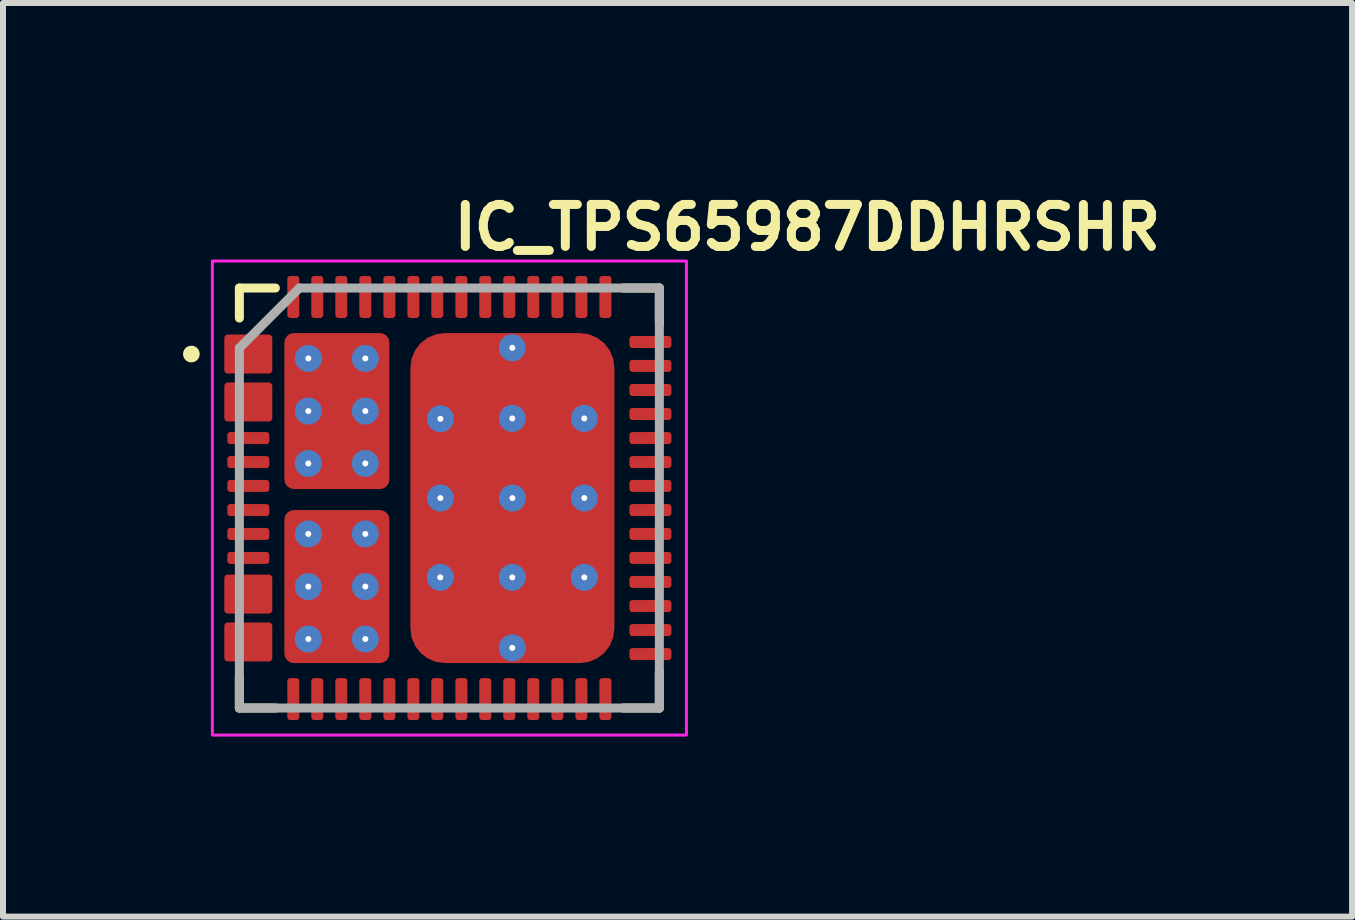
<source format=kicad_pcb>
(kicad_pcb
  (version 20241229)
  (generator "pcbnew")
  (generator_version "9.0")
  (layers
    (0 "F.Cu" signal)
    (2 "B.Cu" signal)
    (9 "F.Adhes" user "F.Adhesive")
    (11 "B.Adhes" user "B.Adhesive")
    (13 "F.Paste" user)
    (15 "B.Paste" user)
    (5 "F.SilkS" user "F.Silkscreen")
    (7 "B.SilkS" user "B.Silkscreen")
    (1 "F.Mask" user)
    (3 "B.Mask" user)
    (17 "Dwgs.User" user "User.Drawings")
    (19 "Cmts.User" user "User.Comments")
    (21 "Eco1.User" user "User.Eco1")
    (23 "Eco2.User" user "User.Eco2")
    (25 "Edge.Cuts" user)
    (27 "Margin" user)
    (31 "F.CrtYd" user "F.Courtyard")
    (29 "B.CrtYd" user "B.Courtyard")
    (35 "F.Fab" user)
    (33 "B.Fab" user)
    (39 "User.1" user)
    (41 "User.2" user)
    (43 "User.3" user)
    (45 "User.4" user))
  (footprint "IC_TPS65987DDHRSHR"
    (layer "F.Cu")
    (at 4.439 5.25)
    (property "Reference" "IC_TPS65987DDHRSHR" (at 0 -4.1 0) (layer "F.SilkS") (effects (font (size 0.7 0.7) (thickness 0.15)) (justify left bottom)))
    (attr smd)
    (fp_poly (pts (xy 2.548 3.624) (xy 2.548 3.075) (xy 2.548 3.072) (xy 2.548 3.071) (xy 2.551 3.068) (xy 2.551 3.067) (xy 2.551 3.064) (xy 2.551 3.063) (xy 2.552 3.059) (xy 2.555 3.059) (xy 2.555 3.056) (xy 2.555 3.055) (xy 2.556 3.055) (xy 2.559 3.055) (xy 2.56 3.055) (xy 2.56 3.052) (xy 2.563 3.051) (xy 2.564 3.051) (xy 2.567 3.051) (xy 2.568 3.051) (xy 2.571 3.048) (xy 2.572 3.048) (xy 2.575 3.048) (xy 2.624 3.048) (xy 2.628 3.048) (xy 2.628 3.051) (xy 2.629 3.051) (xy 2.632 3.051) (xy 2.633 3.051) (xy 2.636 3.051) (xy 2.637 3.052) (xy 2.64 3.055) (xy 2.641 3.055) (xy 2.644 3.056) (xy 2.644 3.059) (xy 2.645 3.063) (xy 2.648 3.063) (xy 2.648 3.064) (xy 2.648 3.067) (xy 2.648 3.068) (xy 2.648 3.071) (xy 2.648 3.072) (xy 2.648 3.075) (xy 2.648 3.624) (xy 2.648 3.628) (xy 2.648 3.629) (xy 2.648 3.632) (xy 2.648 3.633) (xy 2.645 3.636) (xy 2.644 3.637) (xy 2.644 3.64) (xy 2.641 3.641) (xy 2.64 3.644) (xy 2.637 3.644) (xy 2.636 3.645) (xy 2.633 3.648) (xy 2.632 3.648) (xy 2.629 3.648) (xy 2.628 3.648) (xy 2.624 3.648) (xy 2.575 3.648) (xy 2.572 3.648) (xy 2.571 3.648) (xy 2.568 3.648) (xy 2.567 3.648) (xy 2.564 3.648) (xy 2.564 3.645) (xy 2.563 3.645) (xy 2.56 3.644) (xy 2.559 3.644) (xy 2.556 3.644) (xy 2.555 3.641) (xy 2.555 3.64) (xy 2.552 3.637) (xy 2.551 3.636) (xy 2.551 3.633) (xy 2.551 3.632) (xy 2.551 3.629) (xy 2.551 3.628) (xy 2.548 3.628) (xy 2.548 3.624)) (stroke (width 0.0001) (type solid)) (fill yes) (layer "F.Mask"))
    (fp_poly (pts (xy 3.075 2.548) (xy 3.624 2.548) (xy 3.628 2.548) (xy 3.628 2.551) (xy 3.629 2.551) (xy 3.632 2.551) (xy 3.633 2.551) (xy 3.636 2.551) (xy 3.637 2.552) (xy 3.64 2.555) (xy 3.641 2.555) (xy 3.644 2.556) (xy 3.644 2.559) (xy 3.644 2.56) (xy 3.645 2.563) (xy 3.645 2.564) (xy 3.648 2.564) (xy 3.648 2.567) (xy 3.648 2.568) (xy 3.648 2.571) (xy 3.648 2.572) (xy 3.648 2.575) (xy 3.648 2.624) (xy 3.648 2.628) (xy 3.648 2.629) (xy 3.648 2.632) (xy 3.648 2.633) (xy 3.645 2.636) (xy 3.644 2.637) (xy 3.644 2.64) (xy 3.641 2.641) (xy 3.64 2.644) (xy 3.637 2.644) (xy 3.636 2.645) (xy 3.633 2.648) (xy 3.632 2.648) (xy 3.629 2.648) (xy 3.628 2.648) (xy 3.624 2.648) (xy 3.075 2.648) (xy 3.072 2.648) (xy 3.071 2.648) (xy 3.068 2.648) (xy 3.067 2.648) (xy 3.064 2.648) (xy 3.063 2.648) (xy 3.063 2.645) (xy 3.059 2.644) (xy 3.056 2.644) (xy 3.055 2.641) (xy 3.055 2.64) (xy 3.052 2.637) (xy 3.051 2.636) (xy 3.051 2.633) (xy 3.051 2.632) (xy 3.051 2.629) (xy 3.051 2.628) (xy 3.048 2.628) (xy 3.048 2.624) (xy 3.048 2.575) (xy 3.048 2.572) (xy 3.048 2.571) (xy 3.051 2.568) (xy 3.051 2.567) (xy 3.051 2.564) (xy 3.051 2.563) (xy 3.052 2.56) (xy 3.055 2.56) (xy 3.055 2.559) (xy 3.055 2.556) (xy 3.055 2.555) (xy 3.056 2.555) (xy 3.059 2.555) (xy 3.059 2.552) (xy 3.063 2.551) (xy 3.064 2.551) (xy 3.067 2.551) (xy 3.068 2.551) (xy 3.071 2.548) (xy 3.072 2.548) (xy 3.075 2.548)) (stroke (width 0.0001) (type solid)) (fill yes) (layer "F.Mask"))
    (fp_poly (pts (xy 3.075 -1.851) (xy 3.624 -1.851) (xy 3.628 -1.851) (xy 3.628 -1.849) (xy 3.629 -1.849) (xy 3.632 -1.849) (xy 3.633 -1.849) (xy 3.636 -1.847) (xy 3.637 -1.847) (xy 3.64 -1.845) (xy 3.641 -1.843) (xy 3.644 -1.843) (xy 3.644 -1.841) (xy 3.644 -1.839) (xy 3.645 -1.837) (xy 3.648 -1.835) (xy 3.648 -1.833) (xy 3.648 -1.831) (xy 3.648 -1.829) (xy 3.648 -1.827) (xy 3.648 -1.825) (xy 3.648 -1.776) (xy 3.648 -1.774) (xy 3.648 -1.772) (xy 3.648 -1.77) (xy 3.648 -1.768) (xy 3.648 -1.766) (xy 3.645 -1.764) (xy 3.645 -1.762) (xy 3.644 -1.762) (xy 3.644 -1.76) (xy 3.644 -1.758) (xy 3.641 -1.758) (xy 3.64 -1.756) (xy 3.637 -1.754) (xy 3.636 -1.754) (xy 3.633 -1.752) (xy 3.632 -1.752) (xy 3.629 -1.752) (xy 3.628 -1.752) (xy 3.628 -1.75) (xy 3.624 -1.75) (xy 3.075 -1.75) (xy 3.072 -1.75) (xy 3.071 -1.75) (xy 3.068 -1.752) (xy 3.067 -1.752) (xy 3.064 -1.752) (xy 3.063 -1.752) (xy 3.063 -1.754) (xy 3.059 -1.754) (xy 3.059 -1.756) (xy 3.056 -1.756) (xy 3.055 -1.758) (xy 3.055 -1.76) (xy 3.052 -1.762) (xy 3.051 -1.764) (xy 3.051 -1.766) (xy 3.051 -1.768) (xy 3.051 -1.77) (xy 3.048 -1.772) (xy 3.048 -1.774) (xy 3.048 -1.776) (xy 3.048 -1.825) (xy 3.048 -1.827) (xy 3.048 -1.829) (xy 3.051 -1.831) (xy 3.051 -1.833) (xy 3.051 -1.835) (xy 3.051 -1.837) (xy 3.052 -1.839) (xy 3.055 -1.841) (xy 3.055 -1.843) (xy 3.056 -1.845) (xy 3.059 -1.845) (xy 3.059 -1.847) (xy 3.063 -1.847) (xy 3.063 -1.849) (xy 3.064 -1.849) (xy 3.067 -1.849) (xy 3.068 -1.849) (xy 3.071 -1.851) (xy 3.072 -1.851) (xy 3.075 -1.851)) (stroke (width 0.0001) (type solid)) (fill yes) (layer "F.Mask"))
    (fp_poly (pts (xy -1.851 3.624) (xy -1.851 3.075) (xy -1.851 3.072) (xy -1.851 3.071) (xy -1.849 3.068) (xy -1.849 3.067) (xy -1.849 3.064) (xy -1.849 3.063) (xy -1.847 3.063) (xy -1.847 3.059) (xy -1.845 3.059) (xy -1.845 3.056) (xy -1.843 3.055) (xy -1.841 3.055) (xy -1.839 3.052) (xy -1.837 3.051) (xy -1.835 3.051) (xy -1.833 3.051) (xy -1.831 3.051) (xy -1.829 3.048) (xy -1.827 3.048) (xy -1.825 3.048) (xy -1.776 3.048) (xy -1.774 3.048) (xy -1.772 3.048) (xy -1.77 3.051) (xy -1.768 3.051) (xy -1.766 3.051) (xy -1.764 3.051) (xy -1.762 3.051) (xy -1.762 3.052) (xy -1.76 3.055) (xy -1.758 3.055) (xy -1.756 3.056) (xy -1.756 3.059) (xy -1.754 3.059) (xy -1.754 3.063) (xy -1.752 3.063) (xy -1.752 3.064) (xy -1.752 3.067) (xy -1.752 3.068) (xy -1.75 3.071) (xy -1.75 3.072) (xy -1.75 3.075) (xy -1.75 3.624) (xy -1.75 3.628) (xy -1.752 3.628) (xy -1.752 3.629) (xy -1.752 3.632) (xy -1.752 3.633) (xy -1.754 3.636) (xy -1.754 3.637) (xy -1.756 3.64) (xy -1.758 3.641) (xy -1.758 3.644) (xy -1.76 3.644) (xy -1.762 3.644) (xy -1.762 3.645) (xy -1.764 3.645) (xy -1.766 3.648) (xy -1.768 3.648) (xy -1.77 3.648) (xy -1.772 3.648) (xy -1.774 3.648) (xy -1.776 3.648) (xy -1.825 3.648) (xy -1.827 3.648) (xy -1.829 3.648) (xy -1.831 3.648) (xy -1.833 3.648) (xy -1.835 3.648) (xy -1.837 3.645) (xy -1.839 3.644) (xy -1.841 3.644) (xy -1.843 3.644) (xy -1.843 3.641) (xy -1.845 3.64) (xy -1.847 3.637) (xy -1.847 3.636) (xy -1.849 3.633) (xy -1.849 3.632) (xy -1.849 3.629) (xy -1.849 3.628) (xy -1.851 3.628) (xy -1.851 3.624)) (stroke (width 0.0001) (type solid)) (fill yes) (layer "F.Mask"))
    (fp_poly (pts (xy 1.749 3.624) (xy 1.749 3.075) (xy 1.749 3.072) (xy 1.749 3.071) (xy 1.749 3.068) (xy 1.749 3.067) (xy 1.751 3.064) (xy 1.751 3.063) (xy 1.753 3.059) (xy 1.755 3.059) (xy 1.755 3.056) (xy 1.755 3.055) (xy 1.757 3.055) (xy 1.759 3.055) (xy 1.759 3.052) (xy 1.761 3.051) (xy 1.763 3.051) (xy 1.765 3.051) (xy 1.767 3.051) (xy 1.769 3.051) (xy 1.769 3.048) (xy 1.771 3.048) (xy 1.773 3.048) (xy 1.824 3.048) (xy 1.826 3.048) (xy 1.828 3.048) (xy 1.83 3.051) (xy 1.832 3.051) (xy 1.834 3.051) (xy 1.836 3.051) (xy 1.838 3.052) (xy 1.84 3.055) (xy 1.842 3.055) (xy 1.844 3.056) (xy 1.844 3.059) (xy 1.846 3.059) (xy 1.846 3.063) (xy 1.848 3.063) (xy 1.848 3.064) (xy 1.848 3.067) (xy 1.848 3.068) (xy 1.85 3.071) (xy 1.85 3.072) (xy 1.85 3.075) (xy 1.85 3.624) (xy 1.85 3.628) (xy 1.848 3.628) (xy 1.848 3.629) (xy 1.848 3.632) (xy 1.848 3.633) (xy 1.846 3.636) (xy 1.846 3.637) (xy 1.844 3.64) (xy 1.842 3.641) (xy 1.842 3.644) (xy 1.84 3.644) (xy 1.838 3.644) (xy 1.836 3.645) (xy 1.834 3.648) (xy 1.832 3.648) (xy 1.83 3.648) (xy 1.828 3.648) (xy 1.826 3.648) (xy 1.824 3.648) (xy 1.773 3.648) (xy 1.771 3.648) (xy 1.769 3.648) (xy 1.767 3.648) (xy 1.765 3.648) (xy 1.763 3.648) (xy 1.763 3.645) (xy 1.761 3.645) (xy 1.759 3.644) (xy 1.757 3.644) (xy 1.755 3.641) (xy 1.755 3.64) (xy 1.753 3.64) (xy 1.753 3.637) (xy 1.751 3.636) (xy 1.751 3.633) (xy 1.751 3.632) (xy 1.749 3.632) (xy 1.749 3.629) (xy 1.749 3.628) (xy 1.749 3.624)) (stroke (width 0.0001) (type solid)) (fill yes) (layer "F.Mask"))
    (fp_poly (pts (xy 3.075 1.749) (xy 3.624 1.749) (xy 3.628 1.749) (xy 3.629 1.749) (xy 3.632 1.749) (xy 3.632 1.751) (xy 3.633 1.751) (xy 3.636 1.751) (xy 3.637 1.753) (xy 3.64 1.753) (xy 3.64 1.755) (xy 3.641 1.755) (xy 3.644 1.757) (xy 3.644 1.759) (xy 3.645 1.761) (xy 3.645 1.763) (xy 3.648 1.763) (xy 3.648 1.765) (xy 3.648 1.767) (xy 3.648 1.769) (xy 3.648 1.771) (xy 3.648 1.773) (xy 3.648 1.824) (xy 3.648 1.826) (xy 3.648 1.828) (xy 3.648 1.83) (xy 3.648 1.832) (xy 3.648 1.834) (xy 3.645 1.836) (xy 3.644 1.838) (xy 3.644 1.84) (xy 3.644 1.842) (xy 3.641 1.842) (xy 3.64 1.844) (xy 3.637 1.846) (xy 3.636 1.846) (xy 3.633 1.848) (xy 3.632 1.848) (xy 3.629 1.848) (xy 3.628 1.848) (xy 3.628 1.85) (xy 3.624 1.85) (xy 3.075 1.85) (xy 3.072 1.85) (xy 3.071 1.85) (xy 3.068 1.848) (xy 3.067 1.848) (xy 3.064 1.848) (xy 3.063 1.848) (xy 3.063 1.846) (xy 3.059 1.846) (xy 3.059 1.844) (xy 3.056 1.844) (xy 3.055 1.842) (xy 3.055 1.84) (xy 3.052 1.838) (xy 3.051 1.836) (xy 3.051 1.834) (xy 3.051 1.832) (xy 3.051 1.83) (xy 3.048 1.828) (xy 3.048 1.826) (xy 3.048 1.824) (xy 3.048 1.773) (xy 3.048 1.771) (xy 3.048 1.769) (xy 3.051 1.769) (xy 3.051 1.767) (xy 3.051 1.765) (xy 3.051 1.763) (xy 3.051 1.761) (xy 3.052 1.759) (xy 3.055 1.759) (xy 3.055 1.757) (xy 3.055 1.755) (xy 3.056 1.755) (xy 3.059 1.755) (xy 3.059 1.753) (xy 3.063 1.751) (xy 3.064 1.751) (xy 3.067 1.749) (xy 3.068 1.749) (xy 3.071 1.749) (xy 3.072 1.749) (xy 3.075 1.749)) (stroke (width 0.0001) (type solid)) (fill yes) (layer "F.Mask"))
    (fp_poly (pts (xy -1.45 3.624) (xy -1.45 3.075) (xy -1.45 3.072) (xy -1.45 3.071) (xy -1.45 3.068) (xy -1.45 3.067) (xy -1.448 3.064) (xy -1.448 3.063) (xy -1.446 3.059) (xy -1.444 3.059) (xy -1.444 3.056) (xy -1.444 3.055) (xy -1.442 3.055) (xy -1.44 3.055) (xy -1.44 3.052) (xy -1.438 3.051) (xy -1.436 3.051) (xy -1.434 3.051) (xy -1.432 3.051) (xy -1.43 3.051) (xy -1.43 3.048) (xy -1.428 3.048) (xy -1.426 3.048) (xy -1.375 3.048) (xy -1.373 3.048) (xy -1.371 3.048) (xy -1.371 3.051) (xy -1.369 3.051) (xy -1.367 3.051) (xy -1.365 3.051) (xy -1.363 3.051) (xy -1.361 3.052) (xy -1.361 3.055) (xy -1.359 3.055) (xy -1.357 3.055) (xy -1.357 3.056) (xy -1.357 3.059) (xy -1.355 3.059) (xy -1.353 3.063) (xy -1.353 3.064) (xy -1.351 3.067) (xy -1.351 3.068) (xy -1.351 3.071) (xy -1.351 3.072) (xy -1.351 3.075) (xy -1.351 3.624) (xy -1.351 3.628) (xy -1.351 3.629) (xy -1.351 3.632) (xy -1.353 3.632) (xy -1.353 3.633) (xy -1.353 3.636) (xy -1.355 3.637) (xy -1.355 3.64) (xy -1.357 3.64) (xy -1.357 3.641) (xy -1.359 3.644) (xy -1.361 3.644) (xy -1.363 3.645) (xy -1.365 3.645) (xy -1.365 3.648) (xy -1.367 3.648) (xy -1.369 3.648) (xy -1.371 3.648) (xy -1.373 3.648) (xy -1.375 3.648) (xy -1.426 3.648) (xy -1.428 3.648) (xy -1.43 3.648) (xy -1.432 3.648) (xy -1.434 3.648) (xy -1.436 3.648) (xy -1.436 3.645) (xy -1.438 3.645) (xy -1.44 3.644) (xy -1.442 3.644) (xy -1.444 3.641) (xy -1.444 3.64) (xy -1.446 3.64) (xy -1.446 3.637) (xy -1.448 3.636) (xy -1.448 3.633) (xy -1.448 3.632) (xy -1.45 3.632) (xy -1.45 3.629) (xy -1.45 3.628) (xy -1.45 3.624)) (stroke (width 0.0001) (type solid)) (fill yes) (layer "F.Mask"))
    (fp_poly (pts (xy 1.35 3.624) (xy 1.35 3.075) (xy 1.35 3.072) (xy 1.35 3.071) (xy 1.35 3.068) (xy 1.35 3.067) (xy 1.352 3.064) (xy 1.352 3.063) (xy 1.354 3.059) (xy 1.356 3.059) (xy 1.356 3.056) (xy 1.356 3.055) (xy 1.358 3.055) (xy 1.36 3.055) (xy 1.36 3.052) (xy 1.362 3.051) (xy 1.364 3.051) (xy 1.366 3.051) (xy 1.368 3.051) (xy 1.37 3.051) (xy 1.37 3.048) (xy 1.372 3.048) (xy 1.374 3.048) (xy 1.425 3.048) (xy 1.427 3.048) (xy 1.429 3.048) (xy 1.429 3.051) (xy 1.431 3.051) (xy 1.433 3.051) (xy 1.435 3.051) (xy 1.437 3.051) (xy 1.439 3.052) (xy 1.439 3.055) (xy 1.441 3.055) (xy 1.443 3.055) (xy 1.443 3.056) (xy 1.443 3.059) (xy 1.445 3.059) (xy 1.447 3.063) (xy 1.447 3.064) (xy 1.449 3.067) (xy 1.449 3.068) (xy 1.449 3.071) (xy 1.449 3.072) (xy 1.449 3.075) (xy 1.449 3.624) (xy 1.449 3.628) (xy 1.449 3.629) (xy 1.449 3.632) (xy 1.447 3.632) (xy 1.447 3.633) (xy 1.447 3.636) (xy 1.445 3.637) (xy 1.445 3.64) (xy 1.443 3.64) (xy 1.443 3.641) (xy 1.441 3.644) (xy 1.439 3.644) (xy 1.437 3.645) (xy 1.435 3.645) (xy 1.435 3.648) (xy 1.433 3.648) (xy 1.431 3.648) (xy 1.429 3.648) (xy 1.427 3.648) (xy 1.425 3.648) (xy 1.374 3.648) (xy 1.372 3.648) (xy 1.37 3.648) (xy 1.368 3.648) (xy 1.366 3.648) (xy 1.364 3.648) (xy 1.364 3.645) (xy 1.362 3.645) (xy 1.36 3.644) (xy 1.358 3.644) (xy 1.356 3.641) (xy 1.356 3.64) (xy 1.354 3.64) (xy 1.354 3.637) (xy 1.352 3.636) (xy 1.352 3.633) (xy 1.352 3.632) (xy 1.35 3.632) (xy 1.35 3.629) (xy 1.35 3.628) (xy 1.35 3.624)) (stroke (width 0.0001) (type solid)) (fill yes) (layer "F.Mask"))
    (fp_poly (pts (xy 2.148 3.624) (xy 2.148 3.075) (xy 2.148 3.072) (xy 2.148 3.071) (xy 2.149 3.068) (xy 2.149 3.067) (xy 2.152 3.064) (xy 2.152 3.063) (xy 2.152 3.059) (xy 2.153 3.059) (xy 2.156 3.059) (xy 2.156 3.056) (xy 2.156 3.055) (xy 2.157 3.055) (xy 2.16 3.055) (xy 2.16 3.052) (xy 2.16 3.051) (xy 2.164 3.051) (xy 2.165 3.051) (xy 2.168 3.051) (xy 2.169 3.048) (xy 2.172 3.048) (xy 2.173 3.048) (xy 2.225 3.048) (xy 2.228 3.048) (xy 2.229 3.048) (xy 2.229 3.051) (xy 2.233 3.051) (xy 2.236 3.051) (xy 2.237 3.051) (xy 2.237 3.052) (xy 2.24 3.055) (xy 2.241 3.055) (xy 2.244 3.056) (xy 2.244 3.059) (xy 2.245 3.059) (xy 2.245 3.063) (xy 2.248 3.063) (xy 2.248 3.064) (xy 2.249 3.067) (xy 2.249 3.068) (xy 2.249 3.071) (xy 2.249 3.072) (xy 2.249 3.075) (xy 2.249 3.624) (xy 2.249 3.628) (xy 2.249 3.629) (xy 2.249 3.632) (xy 2.248 3.632) (xy 2.248 3.633) (xy 2.245 3.636) (xy 2.245 3.637) (xy 2.245 3.64) (xy 2.244 3.64) (xy 2.241 3.641) (xy 2.241 3.644) (xy 2.24 3.644) (xy 2.237 3.644) (xy 2.237 3.645) (xy 2.236 3.645) (xy 2.233 3.648) (xy 2.229 3.648) (xy 2.228 3.648) (xy 2.225 3.648) (xy 2.173 3.648) (xy 2.172 3.648) (xy 2.169 3.648) (xy 2.168 3.648) (xy 2.165 3.648) (xy 2.164 3.648) (xy 2.164 3.645) (xy 2.16 3.645) (xy 2.16 3.644) (xy 2.157 3.644) (xy 2.156 3.644) (xy 2.156 3.641) (xy 2.156 3.64) (xy 2.153 3.64) (xy 2.152 3.637) (xy 2.152 3.636) (xy 2.152 3.633) (xy 2.152 3.632) (xy 2.149 3.632) (xy 2.149 3.629) (xy 2.149 3.628) (xy 2.148 3.628) (xy 2.148 3.624)) (stroke (width 0.0001) (type solid)) (fill yes) (layer "F.Mask"))
    (fp_poly (pts (xy 3.075 -1.45) (xy 3.624 -1.45) (xy 3.628 -1.45) (xy 3.629 -1.45) (xy 3.632 -1.45) (xy 3.632 -1.448) (xy 3.633 -1.448) (xy 3.636 -1.448) (xy 3.637 -1.446) (xy 3.64 -1.446) (xy 3.64 -1.444) (xy 3.641 -1.444) (xy 3.644 -1.442) (xy 3.644 -1.44) (xy 3.645 -1.438) (xy 3.645 -1.436) (xy 3.648 -1.436) (xy 3.648 -1.434) (xy 3.648 -1.432) (xy 3.648 -1.43) (xy 3.648 -1.428) (xy 3.648 -1.426) (xy 3.648 -1.375) (xy 3.648 -1.373) (xy 3.648 -1.371) (xy 3.648 -1.369) (xy 3.648 -1.367) (xy 3.648 -1.365) (xy 3.645 -1.365) (xy 3.645 -1.363) (xy 3.644 -1.361) (xy 3.644 -1.359) (xy 3.641 -1.357) (xy 3.64 -1.357) (xy 3.64 -1.355) (xy 3.637 -1.355) (xy 3.636 -1.353) (xy 3.633 -1.353) (xy 3.632 -1.353) (xy 3.632 -1.351) (xy 3.629 -1.351) (xy 3.628 -1.351) (xy 3.624 -1.351) (xy 3.075 -1.351) (xy 3.072 -1.351) (xy 3.071 -1.351) (xy 3.068 -1.351) (xy 3.067 -1.351) (xy 3.064 -1.353) (xy 3.063 -1.353) (xy 3.059 -1.355) (xy 3.059 -1.357) (xy 3.056 -1.357) (xy 3.055 -1.357) (xy 3.055 -1.359) (xy 3.055 -1.361) (xy 3.052 -1.361) (xy 3.051 -1.363) (xy 3.051 -1.365) (xy 3.051 -1.367) (xy 3.051 -1.369) (xy 3.051 -1.371) (xy 3.048 -1.371) (xy 3.048 -1.373) (xy 3.048 -1.375) (xy 3.048 -1.426) (xy 3.048 -1.428) (xy 3.048 -1.43) (xy 3.051 -1.43) (xy 3.051 -1.432) (xy 3.051 -1.434) (xy 3.051 -1.436) (xy 3.051 -1.438) (xy 3.052 -1.44) (xy 3.055 -1.44) (xy 3.055 -1.442) (xy 3.055 -1.444) (xy 3.056 -1.444) (xy 3.059 -1.444) (xy 3.059 -1.446) (xy 3.063 -1.448) (xy 3.064 -1.448) (xy 3.067 -1.45) (xy 3.068 -1.45) (xy 3.071 -1.45) (xy 3.072 -1.45) (xy 3.075 -1.45)) (stroke (width 0.0001) (type solid)) (fill yes) (layer "F.Mask"))
    (fp_poly (pts (xy 3.075 1.35) (xy 3.624 1.35) (xy 3.628 1.35) (xy 3.629 1.35) (xy 3.632 1.35) (xy 3.632 1.352) (xy 3.633 1.352) (xy 3.636 1.352) (xy 3.637 1.354) (xy 3.64 1.354) (xy 3.64 1.356) (xy 3.641 1.356) (xy 3.644 1.358) (xy 3.644 1.36) (xy 3.645 1.362) (xy 3.645 1.364) (xy 3.648 1.364) (xy 3.648 1.366) (xy 3.648 1.368) (xy 3.648 1.37) (xy 3.648 1.372) (xy 3.648 1.374) (xy 3.648 1.425) (xy 3.648 1.427) (xy 3.648 1.429) (xy 3.648 1.431) (xy 3.648 1.433) (xy 3.648 1.435) (xy 3.645 1.435) (xy 3.645 1.437) (xy 3.644 1.439) (xy 3.644 1.441) (xy 3.641 1.443) (xy 3.64 1.443) (xy 3.64 1.445) (xy 3.637 1.445) (xy 3.636 1.447) (xy 3.633 1.447) (xy 3.632 1.447) (xy 3.632 1.449) (xy 3.629 1.449) (xy 3.628 1.449) (xy 3.624 1.449) (xy 3.075 1.449) (xy 3.072 1.449) (xy 3.071 1.449) (xy 3.068 1.449) (xy 3.067 1.449) (xy 3.064 1.447) (xy 3.063 1.447) (xy 3.059 1.445) (xy 3.059 1.443) (xy 3.056 1.443) (xy 3.055 1.443) (xy 3.055 1.441) (xy 3.055 1.439) (xy 3.052 1.439) (xy 3.051 1.437) (xy 3.051 1.435) (xy 3.051 1.433) (xy 3.051 1.431) (xy 3.051 1.429) (xy 3.048 1.429) (xy 3.048 1.427) (xy 3.048 1.425) (xy 3.048 1.374) (xy 3.048 1.372) (xy 3.048 1.37) (xy 3.051 1.37) (xy 3.051 1.368) (xy 3.051 1.366) (xy 3.051 1.364) (xy 3.051 1.362) (xy 3.052 1.36) (xy 3.055 1.36) (xy 3.055 1.358) (xy 3.055 1.356) (xy 3.056 1.356) (xy 3.059 1.356) (xy 3.059 1.354) (xy 3.063 1.352) (xy 3.064 1.352) (xy 3.067 1.35) (xy 3.068 1.35) (xy 3.071 1.35) (xy 3.072 1.35) (xy 3.075 1.35)) (stroke (width 0.0001) (type solid)) (fill yes) (layer "F.Mask"))
    (fp_poly (pts (xy 3.075 2.148) (xy 3.624 2.148) (xy 3.628 2.148) (xy 3.628 2.149) (xy 3.629 2.149) (xy 3.632 2.149) (xy 3.632 2.152) (xy 3.633 2.152) (xy 3.636 2.152) (xy 3.637 2.152) (xy 3.64 2.153) (xy 3.64 2.156) (xy 3.641 2.156) (xy 3.644 2.156) (xy 3.644 2.157) (xy 3.644 2.16) (xy 3.645 2.16) (xy 3.645 2.164) (xy 3.648 2.164) (xy 3.648 2.165) (xy 3.648 2.168) (xy 3.648 2.169) (xy 3.648 2.172) (xy 3.648 2.173) (xy 3.648 2.225) (xy 3.648 2.228) (xy 3.648 2.229) (xy 3.648 2.233) (xy 3.645 2.236) (xy 3.645 2.237) (xy 3.644 2.237) (xy 3.644 2.24) (xy 3.644 2.241) (xy 3.641 2.241) (xy 3.64 2.244) (xy 3.64 2.245) (xy 3.637 2.245) (xy 3.636 2.245) (xy 3.633 2.248) (xy 3.632 2.248) (xy 3.632 2.249) (xy 3.629 2.249) (xy 3.628 2.249) (xy 3.624 2.249) (xy 3.075 2.249) (xy 3.072 2.249) (xy 3.071 2.249) (xy 3.068 2.249) (xy 3.067 2.249) (xy 3.064 2.248) (xy 3.063 2.248) (xy 3.063 2.245) (xy 3.059 2.245) (xy 3.059 2.244) (xy 3.056 2.244) (xy 3.055 2.241) (xy 3.055 2.24) (xy 3.052 2.237) (xy 3.051 2.237) (xy 3.051 2.236) (xy 3.051 2.233) (xy 3.051 2.229) (xy 3.048 2.229) (xy 3.048 2.228) (xy 3.048 2.225) (xy 3.048 2.173) (xy 3.048 2.172) (xy 3.048 2.169) (xy 3.051 2.168) (xy 3.051 2.165) (xy 3.051 2.164) (xy 3.051 2.16) (xy 3.052 2.16) (xy 3.055 2.16) (xy 3.055 2.157) (xy 3.055 2.156) (xy 3.056 2.156) (xy 3.059 2.156) (xy 3.059 2.153) (xy 3.059 2.152) (xy 3.063 2.152) (xy 3.064 2.152) (xy 3.067 2.149) (xy 3.068 2.149) (xy 3.071 2.148) (xy 3.072 2.148) (xy 3.075 2.148)) (stroke (width 0.0001) (type solid)) (fill yes) (layer "F.Mask"))
    (fp_poly (pts (xy -2.25 3.624) (xy -2.25 3.075) (xy -2.25 3.072) (xy -2.25 3.071) (xy -2.25 3.068) (xy -2.25 3.067) (xy -2.25 3.064) (xy -2.25 3.063) (xy -2.247 3.063) (xy -2.246 3.059) (xy -2.246 3.056) (xy -2.243 3.055) (xy -2.242 3.055) (xy -2.239 3.052) (xy -2.238 3.051) (xy -2.235 3.051) (xy -2.234 3.051) (xy -2.231 3.051) (xy -2.23 3.051) (xy -2.23 3.048) (xy -2.226 3.048) (xy -2.176 3.048) (xy -2.174 3.048) (xy -2.173 3.048) (xy -2.172 3.048) (xy -2.17 3.051) (xy -2.169 3.051) (xy -2.168 3.051) (xy -2.166 3.051) (xy -2.165 3.051) (xy -2.162 3.051) (xy -2.161 3.052) (xy -2.161 3.055) (xy -2.16 3.055) (xy -2.158 3.055) (xy -2.157 3.055) (xy -2.157 3.056) (xy -2.157 3.059) (xy -2.156 3.059) (xy -2.154 3.059) (xy -2.153 3.063) (xy -2.153 3.064) (xy -2.152 3.067) (xy -2.152 3.068) (xy -2.15 3.071) (xy -2.15 3.072) (xy -2.15 3.075) (xy -2.15 3.624) (xy -2.15 3.628) (xy -2.152 3.628) (xy -2.152 3.629) (xy -2.152 3.632) (xy -2.153 3.632) (xy -2.153 3.633) (xy -2.153 3.636) (xy -2.154 3.637) (xy -2.156 3.64) (xy -2.157 3.64) (xy -2.157 3.641) (xy -2.158 3.644) (xy -2.16 3.644) (xy -2.161 3.644) (xy -2.162 3.645) (xy -2.165 3.645) (xy -2.165 3.648) (xy -2.166 3.648) (xy -2.168 3.648) (xy -2.169 3.648) (xy -2.17 3.648) (xy -2.172 3.648) (xy -2.173 3.648) (xy -2.174 3.648) (xy -2.176 3.648) (xy -2.226 3.648) (xy -2.23 3.648) (xy -2.231 3.648) (xy -2.234 3.648) (xy -2.235 3.648) (xy -2.238 3.645) (xy -2.239 3.644) (xy -2.242 3.644) (xy -2.243 3.641) (xy -2.246 3.64) (xy -2.246 3.637) (xy -2.247 3.636) (xy -2.25 3.633) (xy -2.25 3.632) (xy -2.25 3.629) (xy -2.25 3.628) (xy -2.25 3.624)) (stroke (width 0.0001) (type solid)) (fill yes) (layer "F.Mask"))
    (fp_poly (pts (xy 3.075 -2.25) (xy 3.624 -2.25) (xy 3.628 -2.25) (xy 3.629 -2.25) (xy 3.632 -2.25) (xy 3.633 -2.25) (xy 3.636 -2.247) (xy 3.637 -2.246) (xy 3.64 -2.246) (xy 3.641 -2.243) (xy 3.644 -2.242) (xy 3.644 -2.239) (xy 3.645 -2.238) (xy 3.648 -2.235) (xy 3.648 -2.234) (xy 3.648 -2.231) (xy 3.648 -2.23) (xy 3.648 -2.226) (xy 3.648 -2.176) (xy 3.648 -2.174) (xy 3.648 -2.173) (xy 3.648 -2.172) (xy 3.648 -2.17) (xy 3.648 -2.169) (xy 3.648 -2.168) (xy 3.648 -2.166) (xy 3.648 -2.165) (xy 3.645 -2.165) (xy 3.645 -2.162) (xy 3.644 -2.161) (xy 3.644 -2.16) (xy 3.644 -2.158) (xy 3.641 -2.157) (xy 3.64 -2.157) (xy 3.64 -2.156) (xy 3.637 -2.154) (xy 3.636 -2.153) (xy 3.633 -2.153) (xy 3.632 -2.153) (xy 3.632 -2.152) (xy 3.629 -2.152) (xy 3.628 -2.152) (xy 3.628 -2.15) (xy 3.624 -2.15) (xy 3.075 -2.15) (xy 3.072 -2.15) (xy 3.071 -2.15) (xy 3.068 -2.152) (xy 3.067 -2.152) (xy 3.064 -2.153) (xy 3.063 -2.153) (xy 3.059 -2.154) (xy 3.059 -2.156) (xy 3.059 -2.157) (xy 3.056 -2.157) (xy 3.055 -2.157) (xy 3.055 -2.158) (xy 3.055 -2.16) (xy 3.055 -2.161) (xy 3.052 -2.161) (xy 3.051 -2.162) (xy 3.051 -2.165) (xy 3.051 -2.166) (xy 3.051 -2.168) (xy 3.051 -2.169) (xy 3.051 -2.17) (xy 3.048 -2.172) (xy 3.048 -2.173) (xy 3.048 -2.174) (xy 3.048 -2.176) (xy 3.048 -2.226) (xy 3.048 -2.23) (xy 3.051 -2.23) (xy 3.051 -2.231) (xy 3.051 -2.234) (xy 3.051 -2.235) (xy 3.051 -2.238) (xy 3.052 -2.239) (xy 3.055 -2.242) (xy 3.055 -2.243) (xy 3.056 -2.246) (xy 3.059 -2.246) (xy 3.063 -2.247) (xy 3.063 -2.25) (xy 3.064 -2.25) (xy 3.067 -2.25) (xy 3.068 -2.25) (xy 3.071 -2.25) (xy 3.072 -2.25) (xy 3.075 -2.25)) (stroke (width 0.0001) (type solid)) (fill yes) (layer "F.Mask"))
    (fp_poly (pts (xy -2.65 3.624) (xy -2.65 3.075) (xy -2.65 3.072) (xy -2.65 3.071) (xy -2.649 3.068) (xy -2.649 3.067) (xy -2.649 3.064) (xy -2.649 3.063) (xy -2.648 3.063) (xy -2.646 3.059) (xy -2.645 3.059) (xy -2.645 3.056) (xy -2.644 3.055) (xy -2.642 3.055) (xy -2.641 3.055) (xy -2.64 3.052) (xy -2.638 3.051) (xy -2.637 3.051) (xy -2.636 3.051) (xy -2.634 3.051) (xy -2.633 3.051) (xy -2.632 3.051) (xy -2.63 3.051) (xy -2.629 3.048) (xy -2.626 3.048) (xy -2.625 3.048) (xy -2.577 3.048) (xy -2.574 3.048) (xy -2.573 3.048) (xy -2.57 3.051) (xy -2.569 3.051) (xy -2.566 3.051) (xy -2.565 3.051) (xy -2.561 3.052) (xy -2.56 3.055) (xy -2.559 3.055) (xy -2.557 3.055) (xy -2.556 3.056) (xy -2.556 3.059) (xy -2.555 3.059) (xy -2.553 3.063) (xy -2.552 3.063) (xy -2.552 3.064) (xy -2.552 3.067) (xy -2.552 3.068) (xy -2.551 3.071) (xy -2.551 3.072) (xy -2.551 3.075) (xy -2.551 3.624) (xy -2.551 3.628) (xy -2.552 3.628) (xy -2.552 3.629) (xy -2.552 3.632) (xy -2.552 3.633) (xy -2.553 3.636) (xy -2.555 3.637) (xy -2.556 3.64) (xy -2.557 3.641) (xy -2.559 3.644) (xy -2.56 3.644) (xy -2.561 3.644) (xy -2.565 3.645) (xy -2.565 3.648) (xy -2.566 3.648) (xy -2.569 3.648) (xy -2.57 3.648) (xy -2.573 3.648) (xy -2.574 3.648) (xy -2.577 3.648) (xy -2.625 3.648) (xy -2.626 3.648) (xy -2.629 3.648) (xy -2.63 3.648) (xy -2.632 3.648) (xy -2.633 3.648) (xy -2.634 3.648) (xy -2.636 3.648) (xy -2.637 3.645) (xy -2.638 3.645) (xy -2.64 3.644) (xy -2.641 3.644) (xy -2.642 3.644) (xy -2.644 3.641) (xy -2.645 3.64) (xy -2.646 3.637) (xy -2.648 3.636) (xy -2.649 3.633) (xy -2.649 3.632) (xy -2.649 3.629) (xy -2.649 3.628) (xy -2.65 3.628) (xy -2.65 3.624)) (stroke (width 0.0001) (type solid)) (fill yes) (layer "F.Mask"))
    (fp_poly (pts (xy 3.075 -2.65) (xy 3.624 -2.65) (xy 3.628 -2.65) (xy 3.628 -2.649) (xy 3.629 -2.649) (xy 3.632 -2.649) (xy 3.633 -2.649) (xy 3.636 -2.648) (xy 3.637 -2.646) (xy 3.64 -2.645) (xy 3.641 -2.644) (xy 3.644 -2.642) (xy 3.644 -2.641) (xy 3.644 -2.64) (xy 3.645 -2.638) (xy 3.645 -2.637) (xy 3.648 -2.636) (xy 3.648 -2.634) (xy 3.648 -2.633) (xy 3.648 -2.632) (xy 3.648 -2.63) (xy 3.648 -2.629) (xy 3.648 -2.626) (xy 3.648 -2.625) (xy 3.648 -2.577) (xy 3.648 -2.574) (xy 3.648 -2.573) (xy 3.648 -2.57) (xy 3.648 -2.569) (xy 3.648 -2.566) (xy 3.648 -2.565) (xy 3.645 -2.565) (xy 3.644 -2.561) (xy 3.644 -2.56) (xy 3.644 -2.559) (xy 3.641 -2.557) (xy 3.64 -2.556) (xy 3.637 -2.555) (xy 3.636 -2.553) (xy 3.633 -2.552) (xy 3.632 -2.552) (xy 3.629 -2.552) (xy 3.628 -2.552) (xy 3.628 -2.551) (xy 3.624 -2.551) (xy 3.075 -2.551) (xy 3.072 -2.551) (xy 3.071 -2.551) (xy 3.068 -2.552) (xy 3.067 -2.552) (xy 3.064 -2.552) (xy 3.063 -2.552) (xy 3.063 -2.553) (xy 3.059 -2.555) (xy 3.059 -2.556) (xy 3.056 -2.556) (xy 3.055 -2.557) (xy 3.055 -2.559) (xy 3.055 -2.56) (xy 3.052 -2.561) (xy 3.051 -2.565) (xy 3.051 -2.566) (xy 3.051 -2.569) (xy 3.051 -2.57) (xy 3.048 -2.573) (xy 3.048 -2.574) (xy 3.048 -2.577) (xy 3.048 -2.625) (xy 3.048 -2.626) (xy 3.048 -2.629) (xy 3.051 -2.63) (xy 3.051 -2.632) (xy 3.051 -2.633) (xy 3.051 -2.634) (xy 3.051 -2.636) (xy 3.051 -2.637) (xy 3.051 -2.638) (xy 3.052 -2.64) (xy 3.055 -2.641) (xy 3.055 -2.642) (xy 3.055 -2.644) (xy 3.056 -2.645) (xy 3.059 -2.645) (xy 3.059 -2.646) (xy 3.063 -2.648) (xy 3.063 -2.649) (xy 3.064 -2.649) (xy 3.067 -2.649) (xy 3.068 -2.649) (xy 3.071 -2.65) (xy 3.072 -2.65) (xy 3.075 -2.65)) (stroke (width 0.0001) (type solid)) (fill yes) (layer "F.Mask"))
    (fp_poly (pts (xy -1.851 -3.077) (xy -1.851 -3.625) (xy -1.851 -3.626) (xy -1.851 -3.629) (xy -1.849 -3.63) (xy -1.849 -3.632) (xy -1.849 -3.633) (xy -1.849 -3.634) (xy -1.849 -3.636) (xy -1.847 -3.637) (xy -1.847 -3.638) (xy -1.847 -3.64) (xy -1.845 -3.641) (xy -1.845 -3.642) (xy -1.843 -3.644) (xy -1.843 -3.645) (xy -1.841 -3.645) (xy -1.839 -3.646) (xy -1.837 -3.648) (xy -1.835 -3.649) (xy -1.833 -3.649) (xy -1.831 -3.649) (xy -1.829 -3.65) (xy -1.827 -3.65) (xy -1.825 -3.65) (xy -1.776 -3.65) (xy -1.774 -3.65) (xy -1.772 -3.65) (xy -1.77 -3.649) (xy -1.768 -3.649) (xy -1.766 -3.649) (xy -1.764 -3.648) (xy -1.762 -3.648) (xy -1.762 -3.646) (xy -1.76 -3.645) (xy -1.758 -3.645) (xy -1.758 -3.644) (xy -1.756 -3.642) (xy -1.756 -3.641) (xy -1.754 -3.64) (xy -1.754 -3.638) (xy -1.754 -3.637) (xy -1.752 -3.636) (xy -1.752 -3.634) (xy -1.752 -3.633) (xy -1.752 -3.632) (xy -1.752 -3.63) (xy -1.75 -3.629) (xy -1.75 -3.626) (xy -1.75 -3.625) (xy -1.75 -3.077) (xy -1.75 -3.074) (xy -1.75 -3.072) (xy -1.752 -3.071) (xy -1.752 -3.069) (xy -1.752 -3.068) (xy -1.752 -3.067) (xy -1.752 -3.065) (xy -1.754 -3.064) (xy -1.754 -3.061) (xy -1.756 -3.06) (xy -1.756 -3.059) (xy -1.758 -3.057) (xy -1.758 -3.056) (xy -1.76 -3.056) (xy -1.762 -3.055) (xy -1.762 -3.053) (xy -1.764 -3.053) (xy -1.766 -3.052) (xy -1.768 -3.052) (xy -1.77 -3.052) (xy -1.772 -3.051) (xy -1.774 -3.051) (xy -1.776 -3.051) (xy -1.825 -3.051) (xy -1.827 -3.051) (xy -1.829 -3.051) (xy -1.831 -3.052) (xy -1.833 -3.052) (xy -1.835 -3.052) (xy -1.837 -3.053) (xy -1.839 -3.055) (xy -1.841 -3.056) (xy -1.843 -3.056) (xy -1.843 -3.057) (xy -1.845 -3.059) (xy -1.845 -3.06) (xy -1.847 -3.061) (xy -1.847 -3.064) (xy -1.849 -3.065) (xy -1.849 -3.067) (xy -1.849 -3.068) (xy -1.849 -3.069) (xy -1.849 -3.071) (xy -1.851 -3.072) (xy -1.851 -3.074) (xy -1.851 -3.077)) (stroke (width 0.0001) (type solid)) (fill yes) (layer "F.Mask"))
    (fp_poly (pts (xy -1.051 3.624) (xy -1.051 3.075) (xy -1.051 3.072) (xy -1.051 3.071) (xy -1.049 3.068) (xy -1.049 3.067) (xy -1.049 3.064) (xy -1.049 3.063) (xy -1.047 3.063) (xy -1.047 3.059) (xy -1.045 3.059) (xy -1.045 3.056) (xy -1.043 3.055) (xy -1.041 3.055) (xy -1.039 3.052) (xy -1.039 3.051) (xy -1.037 3.051) (xy -1.035 3.051) (xy -1.033 3.051) (xy -1.031 3.051) (xy -1.029 3.048) (xy -1.027 3.048) (xy -1.025 3.048) (xy -0.975 3.048) (xy -0.974 3.048) (xy -0.972 3.048) (xy -0.971 3.048) (xy -0.97 3.051) (xy -0.969 3.051) (xy -0.967 3.051) (xy -0.966 3.051) (xy -0.965 3.051) (xy -0.964 3.051) (xy -0.963 3.051) (xy -0.961 3.052) (xy -0.96 3.055) (xy -0.959 3.055) (xy -0.958 3.055) (xy -0.957 3.056) (xy -0.957 3.059) (xy -0.956 3.059) (xy -0.955 3.059) (xy -0.954 3.063) (xy -0.953 3.063) (xy -0.953 3.064) (xy -0.952 3.067) (xy -0.952 3.068) (xy -0.951 3.071) (xy -0.951 3.072) (xy -0.951 3.075) (xy -0.951 3.624) (xy -0.951 3.628) (xy -0.952 3.628) (xy -0.952 3.629) (xy -0.952 3.632) (xy -0.953 3.632) (xy -0.953 3.633) (xy -0.954 3.636) (xy -0.955 3.637) (xy -0.956 3.64) (xy -0.957 3.64) (xy -0.958 3.641) (xy -0.959 3.644) (xy -0.96 3.644) (xy -0.961 3.644) (xy -0.962 3.645) (xy -0.964 3.645) (xy -0.965 3.648) (xy -0.966 3.648) (xy -0.967 3.648) (xy -0.969 3.648) (xy -0.97 3.648) (xy -0.971 3.648) (xy -0.972 3.648) (xy -0.974 3.648) (xy -0.975 3.648) (xy -1.025 3.648) (xy -1.027 3.648) (xy -1.029 3.648) (xy -1.031 3.648) (xy -1.033 3.648) (xy -1.035 3.648) (xy -1.037 3.645) (xy -1.039 3.645) (xy -1.039 3.644) (xy -1.041 3.644) (xy -1.043 3.644) (xy -1.043 3.641) (xy -1.045 3.64) (xy -1.047 3.637) (xy -1.047 3.636) (xy -1.049 3.633) (xy -1.049 3.632) (xy -1.049 3.629) (xy -1.049 3.628) (xy -1.051 3.628) (xy -1.051 3.624)) (stroke (width 0.0001) (type solid)) (fill yes) (layer "F.Mask"))
    (fp_poly (pts (xy 2.548 -3.077) (xy 2.548 -3.625) (xy 2.548 -3.626) (xy 2.548 -3.629) (xy 2.551 -3.63) (xy 2.551 -3.632) (xy 2.551 -3.633) (xy 2.551 -3.634) (xy 2.551 -3.636) (xy 2.551 -3.637) (xy 2.551 -3.638) (xy 2.552 -3.64) (xy 2.555 -3.641) (xy 2.555 -3.642) (xy 2.555 -3.644) (xy 2.556 -3.645) (xy 2.559 -3.645) (xy 2.56 -3.645) (xy 2.56 -3.646) (xy 2.563 -3.648) (xy 2.564 -3.648) (xy 2.564 -3.649) (xy 2.567 -3.649) (xy 2.568 -3.649) (xy 2.571 -3.65) (xy 2.572 -3.65) (xy 2.575 -3.65) (xy 2.624 -3.65) (xy 2.628 -3.65) (xy 2.628 -3.649) (xy 2.629 -3.649) (xy 2.632 -3.649) (xy 2.633 -3.649) (xy 2.636 -3.648) (xy 2.637 -3.646) (xy 2.64 -3.645) (xy 2.641 -3.644) (xy 2.644 -3.642) (xy 2.644 -3.641) (xy 2.644 -3.64) (xy 2.645 -3.638) (xy 2.645 -3.637) (xy 2.648 -3.636) (xy 2.648 -3.634) (xy 2.648 -3.633) (xy 2.648 -3.632) (xy 2.648 -3.63) (xy 2.648 -3.629) (xy 2.648 -3.626) (xy 2.648 -3.625) (xy 2.648 -3.077) (xy 2.648 -3.074) (xy 2.648 -3.072) (xy 2.648 -3.071) (xy 2.648 -3.069) (xy 2.648 -3.068) (xy 2.648 -3.067) (xy 2.648 -3.065) (xy 2.645 -3.064) (xy 2.644 -3.061) (xy 2.644 -3.06) (xy 2.644 -3.059) (xy 2.641 -3.057) (xy 2.64 -3.056) (xy 2.637 -3.055) (xy 2.636 -3.053) (xy 2.633 -3.052) (xy 2.632 -3.052) (xy 2.629 -3.052) (xy 2.628 -3.052) (xy 2.628 -3.051) (xy 2.624 -3.051) (xy 2.575 -3.051) (xy 2.572 -3.051) (xy 2.571 -3.051) (xy 2.568 -3.052) (xy 2.567 -3.052) (xy 2.564 -3.052) (xy 2.564 -3.053) (xy 2.563 -3.053) (xy 2.56 -3.055) (xy 2.56 -3.056) (xy 2.559 -3.056) (xy 2.556 -3.056) (xy 2.555 -3.057) (xy 2.555 -3.059) (xy 2.555 -3.06) (xy 2.552 -3.061) (xy 2.551 -3.064) (xy 2.551 -3.065) (xy 2.551 -3.067) (xy 2.551 -3.068) (xy 2.551 -3.069) (xy 2.551 -3.071) (xy 2.548 -3.072) (xy 2.548 -3.074) (xy 2.548 -3.077)) (stroke (width 0.0001) (type solid)) (fill yes) (layer "F.Mask"))
    (fp_poly (pts (xy 3.075 -1.051) (xy 3.624 -1.051) (xy 3.628 -1.051) (xy 3.628 -1.049) (xy 3.629 -1.049) (xy 3.632 -1.049) (xy 3.633 -1.049) (xy 3.636 -1.047) (xy 3.637 -1.047) (xy 3.64 -1.045) (xy 3.641 -1.043) (xy 3.644 -1.043) (xy 3.644 -1.041) (xy 3.644 -1.039) (xy 3.645 -1.039) (xy 3.645 -1.037) (xy 3.648 -1.035) (xy 3.648 -1.033) (xy 3.648 -1.031) (xy 3.648 -1.029) (xy 3.648 -1.027) (xy 3.648 -1.025) (xy 3.648 -0.975) (xy 3.648 -0.974) (xy 3.648 -0.972) (xy 3.648 -0.971) (xy 3.648 -0.97) (xy 3.648 -0.969) (xy 3.648 -0.967) (xy 3.648 -0.966) (xy 3.648 -0.965) (xy 3.645 -0.964) (xy 3.645 -0.962) (xy 3.644 -0.961) (xy 3.644 -0.96) (xy 3.644 -0.959) (xy 3.641 -0.958) (xy 3.64 -0.957) (xy 3.64 -0.956) (xy 3.637 -0.955) (xy 3.636 -0.954) (xy 3.633 -0.953) (xy 3.632 -0.953) (xy 3.632 -0.952) (xy 3.629 -0.952) (xy 3.628 -0.952) (xy 3.628 -0.951) (xy 3.624 -0.951) (xy 3.075 -0.951) (xy 3.072 -0.951) (xy 3.071 -0.951) (xy 3.068 -0.952) (xy 3.067 -0.952) (xy 3.064 -0.953) (xy 3.063 -0.953) (xy 3.063 -0.954) (xy 3.059 -0.955) (xy 3.059 -0.956) (xy 3.059 -0.957) (xy 3.056 -0.957) (xy 3.055 -0.958) (xy 3.055 -0.959) (xy 3.055 -0.96) (xy 3.052 -0.961) (xy 3.051 -0.963) (xy 3.051 -0.964) (xy 3.051 -0.965) (xy 3.051 -0.966) (xy 3.051 -0.967) (xy 3.051 -0.969) (xy 3.051 -0.97) (xy 3.048 -0.971) (xy 3.048 -0.972) (xy 3.048 -0.974) (xy 3.048 -0.975) (xy 3.048 -1.025) (xy 3.048 -1.027) (xy 3.048 -1.029) (xy 3.051 -1.031) (xy 3.051 -1.033) (xy 3.051 -1.035) (xy 3.051 -1.037) (xy 3.051 -1.039) (xy 3.052 -1.039) (xy 3.055 -1.041) (xy 3.055 -1.043) (xy 3.056 -1.045) (xy 3.059 -1.045) (xy 3.059 -1.047) (xy 3.063 -1.047) (xy 3.063 -1.049) (xy 3.064 -1.049) (xy 3.067 -1.049) (xy 3.068 -1.049) (xy 3.071 -1.051) (xy 3.072 -1.051) (xy 3.075 -1.051)) (stroke (width 0.0001) (type solid)) (fill yes) (layer "F.Mask"))
    (fp_poly (pts (xy 0.949 3.624) (xy 0.949 3.075) (xy 0.949 3.072) (xy 0.949 3.071) (xy 0.95 3.068) (xy 0.95 3.067) (xy 0.951 3.064) (xy 0.951 3.063) (xy 0.952 3.063) (xy 0.953 3.059) (xy 0.954 3.059) (xy 0.955 3.059) (xy 0.955 3.056) (xy 0.956 3.055) (xy 0.957 3.055) (xy 0.958 3.055) (xy 0.959 3.055) (xy 0.959 3.052) (xy 0.961 3.051) (xy 0.962 3.051) (xy 0.963 3.051) (xy 0.964 3.051) (xy 0.965 3.051) (xy 0.967 3.051) (xy 0.968 3.051) (xy 0.969 3.048) (xy 0.97 3.048) (xy 0.972 3.048) (xy 0.973 3.048) (xy 1.024 3.048) (xy 1.026 3.048) (xy 1.028 3.048) (xy 1.03 3.051) (xy 1.032 3.051) (xy 1.034 3.051) (xy 1.036 3.051) (xy 1.038 3.051) (xy 1.038 3.052) (xy 1.04 3.055) (xy 1.042 3.055) (xy 1.044 3.056) (xy 1.044 3.059) (xy 1.046 3.059) (xy 1.046 3.063) (xy 1.048 3.063) (xy 1.048 3.064) (xy 1.048 3.067) (xy 1.048 3.068) (xy 1.05 3.071) (xy 1.05 3.072) (xy 1.05 3.075) (xy 1.05 3.624) (xy 1.05 3.628) (xy 1.048 3.628) (xy 1.048 3.629) (xy 1.048 3.632) (xy 1.048 3.633) (xy 1.046 3.636) (xy 1.046 3.637) (xy 1.044 3.64) (xy 1.042 3.641) (xy 1.042 3.644) (xy 1.04 3.644) (xy 1.038 3.644) (xy 1.038 3.645) (xy 1.036 3.645) (xy 1.034 3.648) (xy 1.032 3.648) (xy 1.03 3.648) (xy 1.028 3.648) (xy 1.026 3.648) (xy 1.024 3.648) (xy 0.973 3.648) (xy 0.972 3.648) (xy 0.97 3.648) (xy 0.969 3.648) (xy 0.968 3.648) (xy 0.967 3.648) (xy 0.965 3.648) (xy 0.964 3.648) (xy 0.963 3.648) (xy 0.962 3.645) (xy 0.96 3.645) (xy 0.959 3.644) (xy 0.958 3.644) (xy 0.957 3.644) (xy 0.956 3.641) (xy 0.955 3.64) (xy 0.954 3.64) (xy 0.953 3.637) (xy 0.952 3.636) (xy 0.951 3.633) (xy 0.951 3.632) (xy 0.95 3.632) (xy 0.95 3.629) (xy 0.95 3.628) (xy 0.949 3.628) (xy 0.949 3.624)) (stroke (width 0.0001) (type solid)) (fill yes) (layer "F.Mask"))
    (fp_poly (pts (xy 3.075 0.949) (xy 3.624 0.949) (xy 3.628 0.949) (xy 3.628 0.95) (xy 3.629 0.95) (xy 3.632 0.95) (xy 3.632 0.951) (xy 3.633 0.951) (xy 3.636 0.952) (xy 3.637 0.953) (xy 3.64 0.954) (xy 3.64 0.955) (xy 3.641 0.956) (xy 3.644 0.957) (xy 3.644 0.958) (xy 3.644 0.959) (xy 3.645 0.96) (xy 3.645 0.962) (xy 3.648 0.963) (xy 3.648 0.964) (xy 3.648 0.965) (xy 3.648 0.967) (xy 3.648 0.968) (xy 3.648 0.969) (xy 3.648 0.97) (xy 3.648 0.972) (xy 3.648 0.973) (xy 3.648 1.024) (xy 3.648 1.026) (xy 3.648 1.028) (xy 3.648 1.03) (xy 3.648 1.032) (xy 3.648 1.034) (xy 3.645 1.036) (xy 3.645 1.038) (xy 3.644 1.038) (xy 3.644 1.04) (xy 3.644 1.042) (xy 3.641 1.042) (xy 3.64 1.044) (xy 3.637 1.046) (xy 3.636 1.046) (xy 3.633 1.048) (xy 3.632 1.048) (xy 3.629 1.048) (xy 3.628 1.048) (xy 3.628 1.05) (xy 3.624 1.05) (xy 3.075 1.05) (xy 3.072 1.05) (xy 3.071 1.05) (xy 3.068 1.048) (xy 3.067 1.048) (xy 3.064 1.048) (xy 3.063 1.048) (xy 3.063 1.046) (xy 3.059 1.046) (xy 3.059 1.044) (xy 3.056 1.044) (xy 3.055 1.042) (xy 3.055 1.04) (xy 3.052 1.038) (xy 3.051 1.038) (xy 3.051 1.036) (xy 3.051 1.034) (xy 3.051 1.032) (xy 3.051 1.03) (xy 3.048 1.028) (xy 3.048 1.026) (xy 3.048 1.024) (xy 3.048 0.973) (xy 3.048 0.972) (xy 3.048 0.97) (xy 3.048 0.969) (xy 3.051 0.968) (xy 3.051 0.967) (xy 3.051 0.965) (xy 3.051 0.964) (xy 3.051 0.963) (xy 3.051 0.962) (xy 3.051 0.961) (xy 3.052 0.959) (xy 3.055 0.959) (xy 3.055 0.958) (xy 3.055 0.957) (xy 3.055 0.956) (xy 3.056 0.955) (xy 3.059 0.955) (xy 3.059 0.954) (xy 3.059 0.953) (xy 3.063 0.952) (xy 3.063 0.951) (xy 3.064 0.951) (xy 3.067 0.95) (xy 3.068 0.95) (xy 3.071 0.949) (xy 3.072 0.949) (xy 3.075 0.949)) (stroke (width 0.0001) (type solid)) (fill yes) (layer "F.Mask"))
    (fp_poly (pts (xy 1.749 -3.077) (xy 1.749 -3.625) (xy 1.749 -3.626) (xy 1.749 -3.629) (xy 1.749 -3.63) (xy 1.749 -3.632) (xy 1.749 -3.633) (xy 1.751 -3.634) (xy 1.751 -3.636) (xy 1.751 -3.637) (xy 1.751 -3.638) (xy 1.753 -3.64) (xy 1.753 -3.641) (xy 1.755 -3.641) (xy 1.755 -3.642) (xy 1.755 -3.644) (xy 1.757 -3.645) (xy 1.759 -3.645) (xy 1.759 -3.646) (xy 1.761 -3.648) (xy 1.763 -3.648) (xy 1.763 -3.649) (xy 1.765 -3.649) (xy 1.767 -3.649) (xy 1.769 -3.649) (xy 1.769 -3.65) (xy 1.771 -3.65) (xy 1.773 -3.65) (xy 1.824 -3.65) (xy 1.826 -3.65) (xy 1.828 -3.65) (xy 1.83 -3.649) (xy 1.832 -3.649) (xy 1.834 -3.649) (xy 1.836 -3.648) (xy 1.838 -3.646) (xy 1.84 -3.645) (xy 1.842 -3.645) (xy 1.842 -3.644) (xy 1.844 -3.642) (xy 1.844 -3.641) (xy 1.846 -3.64) (xy 1.846 -3.638) (xy 1.846 -3.637) (xy 1.848 -3.636) (xy 1.848 -3.634) (xy 1.848 -3.633) (xy 1.848 -3.632) (xy 1.848 -3.63) (xy 1.85 -3.629) (xy 1.85 -3.626) (xy 1.85 -3.625) (xy 1.85 -3.077) (xy 1.85 -3.074) (xy 1.85 -3.072) (xy 1.848 -3.071) (xy 1.848 -3.069) (xy 1.848 -3.068) (xy 1.848 -3.067) (xy 1.848 -3.065) (xy 1.846 -3.064) (xy 1.846 -3.061) (xy 1.844 -3.06) (xy 1.844 -3.059) (xy 1.842 -3.057) (xy 1.842 -3.056) (xy 1.84 -3.056) (xy 1.838 -3.055) (xy 1.836 -3.053) (xy 1.834 -3.052) (xy 1.832 -3.052) (xy 1.83 -3.052) (xy 1.828 -3.051) (xy 1.826 -3.051) (xy 1.824 -3.051) (xy 1.773 -3.051) (xy 1.771 -3.051) (xy 1.769 -3.051) (xy 1.769 -3.052) (xy 1.767 -3.052) (xy 1.765 -3.052) (xy 1.763 -3.052) (xy 1.763 -3.053) (xy 1.761 -3.053) (xy 1.759 -3.055) (xy 1.759 -3.056) (xy 1.757 -3.056) (xy 1.755 -3.057) (xy 1.755 -3.059) (xy 1.755 -3.06) (xy 1.753 -3.06) (xy 1.753 -3.061) (xy 1.751 -3.064) (xy 1.751 -3.065) (xy 1.751 -3.067) (xy 1.749 -3.068) (xy 1.749 -3.069) (xy 1.749 -3.071) (xy 1.749 -3.072) (xy 1.749 -3.074) (xy 1.749 -3.077)) (stroke (width 0.0001) (type solid)) (fill yes) (layer "F.Mask"))
    (fp_poly (pts (xy -2.65 -3.077) (xy -2.65 -3.625) (xy -2.65 -3.626) (xy -2.65 -3.629) (xy -2.649 -3.63) (xy -2.649 -3.632) (xy -2.649 -3.633) (xy -2.649 -3.634) (xy -2.649 -3.636) (xy -2.648 -3.637) (xy -2.648 -3.638) (xy -2.646 -3.64) (xy -2.645 -3.641) (xy -2.645 -3.642) (xy -2.644 -3.644) (xy -2.642 -3.645) (xy -2.641 -3.645) (xy -2.64 -3.646) (xy -2.637 -3.648) (xy -2.636 -3.649) (xy -2.634 -3.649) (xy -2.633 -3.649) (xy -2.632 -3.649) (xy -2.63 -3.649) (xy -2.629 -3.65) (xy -2.626 -3.65) (xy -2.625 -3.65) (xy -2.577 -3.65) (xy -2.574 -3.65) (xy -2.573 -3.65) (xy -2.57 -3.649) (xy -2.569 -3.649) (xy -2.566 -3.649) (xy -2.565 -3.649) (xy -2.565 -3.648) (xy -2.561 -3.646) (xy -2.56 -3.645) (xy -2.559 -3.645) (xy -2.557 -3.644) (xy -2.556 -3.642) (xy -2.556 -3.641) (xy -2.555 -3.64) (xy -2.553 -3.638) (xy -2.553 -3.637) (xy -2.552 -3.636) (xy -2.552 -3.634) (xy -2.552 -3.633) (xy -2.552 -3.632) (xy -2.552 -3.63) (xy -2.551 -3.629) (xy -2.551 -3.626) (xy -2.551 -3.625) (xy -2.551 -3.077) (xy -2.551 -3.074) (xy -2.551 -3.072) (xy -2.552 -3.071) (xy -2.552 -3.069) (xy -2.552 -3.068) (xy -2.552 -3.067) (xy -2.552 -3.065) (xy -2.553 -3.064) (xy -2.555 -3.061) (xy -2.556 -3.06) (xy -2.556 -3.059) (xy -2.557 -3.057) (xy -2.559 -3.056) (xy -2.56 -3.056) (xy -2.561 -3.055) (xy -2.565 -3.053) (xy -2.565 -3.052) (xy -2.566 -3.052) (xy -2.569 -3.052) (xy -2.57 -3.052) (xy -2.573 -3.051) (xy -2.574 -3.051) (xy -2.577 -3.051) (xy -2.625 -3.051) (xy -2.626 -3.051) (xy -2.629 -3.051) (xy -2.63 -3.052) (xy -2.632 -3.052) (xy -2.633 -3.052) (xy -2.634 -3.052) (xy -2.636 -3.052) (xy -2.637 -3.053) (xy -2.638 -3.053) (xy -2.64 -3.055) (xy -2.641 -3.056) (xy -2.642 -3.056) (xy -2.644 -3.057) (xy -2.645 -3.059) (xy -2.645 -3.06) (xy -2.646 -3.061) (xy -2.648 -3.064) (xy -2.649 -3.065) (xy -2.649 -3.067) (xy -2.649 -3.068) (xy -2.649 -3.069) (xy -2.649 -3.071) (xy -2.65 -3.072) (xy -2.65 -3.074) (xy -2.65 -3.077)) (stroke (width 0.0001) (type solid)) (fill yes) (layer "F.Mask"))
    (fp_poly (pts (xy 2.148 -3.077) (xy 2.148 -3.625) (xy 2.148 -3.626) (xy 2.148 -3.629) (xy 2.149 -3.63) (xy 2.149 -3.632) (xy 2.149 -3.633) (xy 2.152 -3.634) (xy 2.152 -3.636) (xy 2.152 -3.637) (xy 2.152 -3.638) (xy 2.152 -3.64) (xy 2.153 -3.641) (xy 2.156 -3.641) (xy 2.156 -3.642) (xy 2.156 -3.644) (xy 2.156 -3.645) (xy 2.157 -3.645) (xy 2.16 -3.645) (xy 2.16 -3.646) (xy 2.161 -3.648) (xy 2.164 -3.648) (xy 2.164 -3.649) (xy 2.165 -3.649) (xy 2.168 -3.649) (xy 2.169 -3.65) (xy 2.172 -3.65) (xy 2.173 -3.65) (xy 2.225 -3.65) (xy 2.228 -3.65) (xy 2.229 -3.65) (xy 2.229 -3.649) (xy 2.233 -3.649) (xy 2.236 -3.648) (xy 2.237 -3.648) (xy 2.237 -3.646) (xy 2.24 -3.645) (xy 2.241 -3.645) (xy 2.241 -3.644) (xy 2.244 -3.642) (xy 2.244 -3.641) (xy 2.245 -3.641) (xy 2.245 -3.64) (xy 2.245 -3.638) (xy 2.245 -3.637) (xy 2.248 -3.636) (xy 2.248 -3.634) (xy 2.249 -3.633) (xy 2.249 -3.632) (xy 2.249 -3.63) (xy 2.249 -3.629) (xy 2.249 -3.626) (xy 2.249 -3.625) (xy 2.249 -3.077) (xy 2.249 -3.074) (xy 2.249 -3.072) (xy 2.249 -3.071) (xy 2.249 -3.069) (xy 2.249 -3.068) (xy 2.248 -3.067) (xy 2.248 -3.065) (xy 2.245 -3.064) (xy 2.245 -3.061) (xy 2.245 -3.06) (xy 2.244 -3.06) (xy 2.244 -3.059) (xy 2.241 -3.057) (xy 2.241 -3.056) (xy 2.24 -3.056) (xy 2.237 -3.055) (xy 2.237 -3.053) (xy 2.236 -3.053) (xy 2.233 -3.052) (xy 2.229 -3.052) (xy 2.229 -3.051) (xy 2.228 -3.051) (xy 2.225 -3.051) (xy 2.173 -3.051) (xy 2.172 -3.051) (xy 2.169 -3.051) (xy 2.168 -3.052) (xy 2.165 -3.052) (xy 2.164 -3.052) (xy 2.164 -3.053) (xy 2.16 -3.053) (xy 2.16 -3.055) (xy 2.16 -3.056) (xy 2.157 -3.056) (xy 2.156 -3.056) (xy 2.156 -3.057) (xy 2.156 -3.059) (xy 2.156 -3.06) (xy 2.153 -3.06) (xy 2.152 -3.061) (xy 2.152 -3.064) (xy 2.152 -3.065) (xy 2.152 -3.067) (xy 2.149 -3.068) (xy 2.149 -3.069) (xy 2.149 -3.071) (xy 2.148 -3.072) (xy 2.148 -3.074) (xy 2.148 -3.077)) (stroke (width 0.0001) (type solid)) (fill yes) (layer "F.Mask"))
    (fp_poly (pts (xy -2.25 -3.077) (xy -2.25 -3.625) (xy -2.25 -3.626) (xy -2.25 -3.629) (xy -2.25 -3.63) (xy -2.25 -3.632) (xy -2.25 -3.633) (xy -2.25 -3.634) (xy -2.25 -3.636) (xy -2.247 -3.637) (xy -2.247 -3.638) (xy -2.246 -3.64) (xy -2.246 -3.641) (xy -2.246 -3.642) (xy -2.243 -3.644) (xy -2.242 -3.645) (xy -2.239 -3.646) (xy -2.238 -3.648) (xy -2.235 -3.649) (xy -2.234 -3.649) (xy -2.231 -3.649) (xy -2.23 -3.649) (xy -2.23 -3.65) (xy -2.226 -3.65) (xy -2.176 -3.65) (xy -2.174 -3.65) (xy -2.173 -3.65) (xy -2.172 -3.65) (xy -2.17 -3.649) (xy -2.169 -3.649) (xy -2.168 -3.649) (xy -2.166 -3.649) (xy -2.165 -3.649) (xy -2.165 -3.648) (xy -2.162 -3.648) (xy -2.161 -3.646) (xy -2.161 -3.645) (xy -2.16 -3.645) (xy -2.158 -3.645) (xy -2.157 -3.644) (xy -2.157 -3.642) (xy -2.157 -3.641) (xy -2.156 -3.641) (xy -2.154 -3.64) (xy -2.153 -3.638) (xy -2.153 -3.637) (xy -2.153 -3.636) (xy -2.153 -3.634) (xy -2.152 -3.633) (xy -2.152 -3.632) (xy -2.152 -3.63) (xy -2.15 -3.629) (xy -2.15 -3.626) (xy -2.15 -3.625) (xy -2.15 -3.077) (xy -2.15 -3.074) (xy -2.15 -3.072) (xy -2.152 -3.071) (xy -2.152 -3.069) (xy -2.152 -3.068) (xy -2.153 -3.067) (xy -2.153 -3.065) (xy -2.153 -3.064) (xy -2.154 -3.061) (xy -2.156 -3.06) (xy -2.157 -3.06) (xy -2.157 -3.059) (xy -2.157 -3.057) (xy -2.158 -3.056) (xy -2.16 -3.056) (xy -2.161 -3.056) (xy -2.161 -3.055) (xy -2.162 -3.053) (xy -2.165 -3.053) (xy -2.165 -3.052) (xy -2.166 -3.052) (xy -2.168 -3.052) (xy -2.169 -3.052) (xy -2.17 -3.052) (xy -2.172 -3.051) (xy -2.173 -3.051) (xy -2.174 -3.051) (xy -2.176 -3.051) (xy -2.226 -3.051) (xy -2.23 -3.051) (xy -2.23 -3.052) (xy -2.231 -3.052) (xy -2.234 -3.052) (xy -2.235 -3.052) (xy -2.238 -3.053) (xy -2.239 -3.055) (xy -2.242 -3.056) (xy -2.243 -3.057) (xy -2.246 -3.059) (xy -2.246 -3.06) (xy -2.246 -3.061) (xy -2.247 -3.064) (xy -2.25 -3.065) (xy -2.25 -3.067) (xy -2.25 -3.068) (xy -2.25 -3.069) (xy -2.25 -3.071) (xy -2.25 -3.072) (xy -2.25 -3.074) (xy -2.25 -3.077)) (stroke (width 0.0001) (type solid)) (fill yes) (layer "F.Mask"))
    (fp_poly (pts (xy 0.148 3.624) (xy 0.148 3.075) (xy 0.148 3.072) (xy 0.148 3.071) (xy 0.149 3.068) (xy 0.149 3.067) (xy 0.15 3.064) (xy 0.15 3.063) (xy 0.151 3.063) (xy 0.152 3.059) (xy 0.153 3.059) (xy 0.154 3.059) (xy 0.154 3.056) (xy 0.155 3.055) (xy 0.156 3.055) (xy 0.157 3.055) (xy 0.16 3.055) (xy 0.161 3.052) (xy 0.163 3.051) (xy 0.164 3.051) (xy 0.165 3.051) (xy 0.166 3.051) (xy 0.167 3.051) (xy 0.169 3.051) (xy 0.17 3.051) (xy 0.171 3.048) (xy 0.173 3.048) (xy 0.174 3.048) (xy 0.225 3.048) (xy 0.226 3.048) (xy 0.228 3.048) (xy 0.229 3.048) (xy 0.23 3.051) (xy 0.231 3.051) (xy 0.233 3.051) (xy 0.234 3.051) (xy 0.235 3.051) (xy 0.236 3.051) (xy 0.238 3.052) (xy 0.239 3.055) (xy 0.24 3.055) (xy 0.241 3.055) (xy 0.242 3.056) (xy 0.242 3.059) (xy 0.243 3.059) (xy 0.244 3.059) (xy 0.245 3.063) (xy 0.246 3.063) (xy 0.246 3.064) (xy 0.247 3.067) (xy 0.247 3.068) (xy 0.248 3.071) (xy 0.248 3.072) (xy 0.248 3.075) (xy 0.248 3.624) (xy 0.248 3.628) (xy 0.247 3.628) (xy 0.247 3.629) (xy 0.247 3.632) (xy 0.246 3.632) (xy 0.246 3.633) (xy 0.245 3.636) (xy 0.244 3.637) (xy 0.243 3.64) (xy 0.242 3.64) (xy 0.241 3.641) (xy 0.24 3.644) (xy 0.239 3.644) (xy 0.238 3.644) (xy 0.237 3.645) (xy 0.235 3.645) (xy 0.234 3.648) (xy 0.233 3.648) (xy 0.231 3.648) (xy 0.23 3.648) (xy 0.229 3.648) (xy 0.228 3.648) (xy 0.226 3.648) (xy 0.225 3.648) (xy 0.174 3.648) (xy 0.173 3.648) (xy 0.171 3.648) (xy 0.17 3.648) (xy 0.169 3.648) (xy 0.167 3.648) (xy 0.166 3.648) (xy 0.165 3.648) (xy 0.164 3.645) (xy 0.162 3.645) (xy 0.161 3.644) (xy 0.16 3.644) (xy 0.157 3.644) (xy 0.156 3.644) (xy 0.155 3.641) (xy 0.154 3.64) (xy 0.153 3.64) (xy 0.152 3.637) (xy 0.151 3.636) (xy 0.15 3.633) (xy 0.15 3.632) (xy 0.149 3.632) (xy 0.149 3.629) (xy 0.149 3.628) (xy 0.148 3.628) (xy 0.148 3.624)) (stroke (width 0.0001) (type solid)) (fill yes) (layer "F.Mask"))
    (fp_poly (pts (xy 3.075 0.148) (xy 3.624 0.148) (xy 3.628 0.148) (xy 3.628 0.149) (xy 3.629 0.149) (xy 3.632 0.149) (xy 3.632 0.15) (xy 3.633 0.15) (xy 3.636 0.151) (xy 3.637 0.152) (xy 3.64 0.153) (xy 3.64 0.154) (xy 3.641 0.155) (xy 3.644 0.156) (xy 3.644 0.157) (xy 3.644 0.16) (xy 3.644 0.161) (xy 3.645 0.162) (xy 3.645 0.164) (xy 3.648 0.165) (xy 3.648 0.166) (xy 3.648 0.167) (xy 3.648 0.169) (xy 3.648 0.17) (xy 3.648 0.171) (xy 3.648 0.173) (xy 3.648 0.174) (xy 3.648 0.225) (xy 3.648 0.226) (xy 3.648 0.228) (xy 3.648 0.229) (xy 3.648 0.23) (xy 3.648 0.231) (xy 3.648 0.233) (xy 3.648 0.234) (xy 3.645 0.235) (xy 3.645 0.237) (xy 3.644 0.238) (xy 3.644 0.239) (xy 3.644 0.24) (xy 3.641 0.241) (xy 3.64 0.242) (xy 3.64 0.243) (xy 3.637 0.244) (xy 3.636 0.245) (xy 3.633 0.246) (xy 3.632 0.246) (xy 3.632 0.247) (xy 3.629 0.247) (xy 3.628 0.247) (xy 3.628 0.248) (xy 3.624 0.248) (xy 3.075 0.248) (xy 3.072 0.248) (xy 3.071 0.248) (xy 3.068 0.247) (xy 3.067 0.247) (xy 3.064 0.246) (xy 3.063 0.246) (xy 3.063 0.245) (xy 3.059 0.244) (xy 3.059 0.243) (xy 3.059 0.242) (xy 3.056 0.242) (xy 3.055 0.241) (xy 3.055 0.24) (xy 3.055 0.239) (xy 3.052 0.238) (xy 3.051 0.236) (xy 3.051 0.235) (xy 3.051 0.234) (xy 3.051 0.233) (xy 3.051 0.231) (xy 3.051 0.23) (xy 3.048 0.229) (xy 3.048 0.228) (xy 3.048 0.226) (xy 3.048 0.225) (xy 3.048 0.174) (xy 3.048 0.173) (xy 3.048 0.171) (xy 3.051 0.17) (xy 3.051 0.169) (xy 3.051 0.167) (xy 3.051 0.166) (xy 3.051 0.165) (xy 3.051 0.164) (xy 3.051 0.163) (xy 3.052 0.161) (xy 3.055 0.16) (xy 3.055 0.157) (xy 3.055 0.156) (xy 3.055 0.155) (xy 3.056 0.154) (xy 3.059 0.154) (xy 3.059 0.153) (xy 3.059 0.152) (xy 3.063 0.151) (xy 3.063 0.15) (xy 3.064 0.15) (xy 3.067 0.149) (xy 3.068 0.149) (xy 3.071 0.148) (xy 3.072 0.148) (xy 3.075 0.148)) (stroke (width 0.0001) (type solid)) (fill yes) (layer "F.Mask"))
    (fp_poly (pts (xy -0.25 3.624) (xy -0.25 3.075) (xy -0.25 3.072) (xy -0.25 3.071) (xy -0.249 3.068) (xy -0.249 3.067) (xy -0.248 3.064) (xy -0.248 3.063) (xy -0.247 3.063) (xy -0.246 3.059) (xy -0.245 3.059) (xy -0.244 3.059) (xy -0.244 3.056) (xy -0.243 3.055) (xy -0.242 3.055) (xy -0.241 3.055) (xy -0.24 3.055) (xy -0.24 3.052) (xy -0.238 3.051) (xy -0.237 3.051) (xy -0.236 3.051) (xy -0.235 3.051) (xy -0.233 3.051) (xy -0.232 3.051) (xy -0.231 3.048) (xy -0.23 3.048) (xy -0.228 3.048) (xy -0.227 3.048) (xy -0.176 3.048) (xy -0.175 3.048) (xy -0.173 3.048) (xy -0.172 3.051) (xy -0.171 3.051) (xy -0.169 3.051) (xy -0.168 3.051) (xy -0.167 3.051) (xy -0.166 3.051) (xy -0.165 3.051) (xy -0.163 3.052) (xy -0.16 3.055) (xy -0.159 3.055) (xy -0.158 3.055) (xy -0.157 3.055) (xy -0.156 3.056) (xy -0.156 3.059) (xy -0.155 3.059) (xy -0.154 3.059) (xy -0.153 3.063) (xy -0.152 3.063) (xy -0.152 3.064) (xy -0.151 3.067) (xy -0.151 3.068) (xy -0.15 3.071) (xy -0.15 3.072) (xy -0.15 3.075) (xy -0.15 3.624) (xy -0.15 3.628) (xy -0.151 3.628) (xy -0.151 3.629) (xy -0.151 3.632) (xy -0.152 3.632) (xy -0.152 3.633) (xy -0.153 3.636) (xy -0.154 3.637) (xy -0.155 3.64) (xy -0.156 3.64) (xy -0.157 3.641) (xy -0.158 3.644) (xy -0.159 3.644) (xy -0.16 3.644) (xy -0.163 3.644) (xy -0.164 3.645) (xy -0.166 3.645) (xy -0.167 3.648) (xy -0.168 3.648) (xy -0.169 3.648) (xy -0.171 3.648) (xy -0.172 3.648) (xy -0.173 3.648) (xy -0.175 3.648) (xy -0.176 3.648) (xy -0.227 3.648) (xy -0.228 3.648) (xy -0.23 3.648) (xy -0.231 3.648) (xy -0.232 3.648) (xy -0.233 3.648) (xy -0.235 3.648) (xy -0.236 3.648) (xy -0.237 3.645) (xy -0.239 3.645) (xy -0.24 3.644) (xy -0.241 3.644) (xy -0.242 3.644) (xy -0.243 3.641) (xy -0.244 3.64) (xy -0.245 3.64) (xy -0.246 3.637) (xy -0.247 3.636) (xy -0.248 3.633) (xy -0.248 3.632) (xy -0.249 3.632) (xy -0.249 3.629) (xy -0.249 3.628) (xy -0.25 3.628) (xy -0.25 3.624)) (stroke (width 0.0001) (type solid)) (fill yes) (layer "F.Mask"))
    (fp_poly (pts (xy 3.075 -0.25) (xy 3.624 -0.25) (xy 3.628 -0.25) (xy 3.628 -0.249) (xy 3.629 -0.249) (xy 3.632 -0.249) (xy 3.632 -0.248) (xy 3.633 -0.248) (xy 3.636 -0.247) (xy 3.637 -0.246) (xy 3.64 -0.245) (xy 3.64 -0.244) (xy 3.641 -0.243) (xy 3.644 -0.242) (xy 3.644 -0.241) (xy 3.644 -0.24) (xy 3.645 -0.239) (xy 3.645 -0.237) (xy 3.648 -0.236) (xy 3.648 -0.235) (xy 3.648 -0.233) (xy 3.648 -0.232) (xy 3.648 -0.231) (xy 3.648 -0.23) (xy 3.648 -0.228) (xy 3.648 -0.227) (xy 3.648 -0.176) (xy 3.648 -0.175) (xy 3.648 -0.173) (xy 3.648 -0.172) (xy 3.648 -0.171) (xy 3.648 -0.169) (xy 3.648 -0.168) (xy 3.648 -0.167) (xy 3.645 -0.166) (xy 3.645 -0.164) (xy 3.644 -0.163) (xy 3.644 -0.16) (xy 3.644 -0.159) (xy 3.644 -0.158) (xy 3.641 -0.157) (xy 3.64 -0.156) (xy 3.64 -0.155) (xy 3.637 -0.154) (xy 3.636 -0.153) (xy 3.633 -0.152) (xy 3.632 -0.152) (xy 3.632 -0.151) (xy 3.629 -0.151) (xy 3.628 -0.151) (xy 3.628 -0.15) (xy 3.624 -0.15) (xy 3.075 -0.15) (xy 3.072 -0.15) (xy 3.071 -0.15) (xy 3.068 -0.151) (xy 3.067 -0.151) (xy 3.064 -0.152) (xy 3.063 -0.152) (xy 3.063 -0.153) (xy 3.059 -0.154) (xy 3.059 -0.155) (xy 3.059 -0.156) (xy 3.056 -0.156) (xy 3.055 -0.157) (xy 3.055 -0.158) (xy 3.055 -0.159) (xy 3.055 -0.16) (xy 3.052 -0.163) (xy 3.051 -0.165) (xy 3.051 -0.166) (xy 3.051 -0.167) (xy 3.051 -0.168) (xy 3.051 -0.169) (xy 3.051 -0.171) (xy 3.051 -0.172) (xy 3.048 -0.173) (xy 3.048 -0.175) (xy 3.048 -0.176) (xy 3.048 -0.227) (xy 3.048 -0.228) (xy 3.048 -0.23) (xy 3.048 -0.231) (xy 3.051 -0.232) (xy 3.051 -0.233) (xy 3.051 -0.235) (xy 3.051 -0.236) (xy 3.051 -0.237) (xy 3.051 -0.238) (xy 3.052 -0.24) (xy 3.055 -0.24) (xy 3.055 -0.241) (xy 3.055 -0.242) (xy 3.055 -0.243) (xy 3.056 -0.244) (xy 3.059 -0.244) (xy 3.059 -0.245) (xy 3.059 -0.246) (xy 3.063 -0.247) (xy 3.063 -0.248) (xy 3.064 -0.248) (xy 3.067 -0.249) (xy 3.068 -0.249) (xy 3.071 -0.25) (xy 3.072 -0.25) (xy 3.075 -0.25)) (stroke (width 0.0001) (type solid)) (fill yes) (layer "F.Mask"))
    (fp_poly (pts (xy -3.625 -1.051) (xy -3.077 -1.051) (xy -3.074 -1.051) (xy -3.072 -1.051) (xy -3.071 -1.049) (xy -3.069 -1.049) (xy -3.068 -1.049) (xy -3.067 -1.049) (xy -3.065 -1.049) (xy -3.064 -1.047) (xy -3.061 -1.047) (xy -3.06 -1.045) (xy -3.059 -1.045) (xy -3.057 -1.043) (xy -3.056 -1.043) (xy -3.056 -1.041) (xy -3.055 -1.039) (xy -3.053 -1.039) (xy -3.053 -1.037) (xy -3.052 -1.035) (xy -3.052 -1.033) (xy -3.052 -1.031) (xy -3.051 -1.029) (xy -3.051 -1.027) (xy -3.051 -1.025) (xy -3.051 -0.975) (xy -3.051 -0.974) (xy -3.051 -0.972) (xy -3.051 -0.971) (xy -3.052 -0.97) (xy -3.052 -0.969) (xy -3.052 -0.967) (xy -3.052 -0.966) (xy -3.052 -0.965) (xy -3.053 -0.964) (xy -3.053 -0.963) (xy -3.055 -0.961) (xy -3.056 -0.96) (xy -3.056 -0.959) (xy -3.057 -0.958) (xy -3.059 -0.957) (xy -3.06 -0.957) (xy -3.06 -0.956) (xy -3.061 -0.955) (xy -3.064 -0.954) (xy -3.065 -0.953) (xy -3.067 -0.953) (xy -3.068 -0.952) (xy -3.069 -0.952) (xy -3.071 -0.952) (xy -3.072 -0.951) (xy -3.074 -0.951) (xy -3.077 -0.951) (xy -3.625 -0.951) (xy -3.626 -0.951) (xy -3.629 -0.951) (xy -3.63 -0.952) (xy -3.632 -0.952) (xy -3.633 -0.952) (xy -3.634 -0.953) (xy -3.636 -0.953) (xy -3.637 -0.954) (xy -3.638 -0.954) (xy -3.64 -0.955) (xy -3.641 -0.956) (xy -3.641 -0.957) (xy -3.642 -0.957) (xy -3.644 -0.958) (xy -3.645 -0.959) (xy -3.645 -0.96) (xy -3.646 -0.961) (xy -3.648 -0.962) (xy -3.648 -0.964) (xy -3.649 -0.965) (xy -3.649 -0.966) (xy -3.649 -0.967) (xy -3.649 -0.969) (xy -3.649 -0.97) (xy -3.65 -0.971) (xy -3.65 -0.972) (xy -3.65 -0.974) (xy -3.65 -0.975) (xy -3.65 -1.025) (xy -3.65 -1.027) (xy -3.65 -1.029) (xy -3.649 -1.031) (xy -3.649 -1.033) (xy -3.649 -1.035) (xy -3.648 -1.037) (xy -3.648 -1.039) (xy -3.646 -1.039) (xy -3.645 -1.041) (xy -3.645 -1.043) (xy -3.644 -1.043) (xy -3.642 -1.045) (xy -3.641 -1.045) (xy -3.64 -1.047) (xy -3.638 -1.047) (xy -3.637 -1.047) (xy -3.636 -1.049) (xy -3.634 -1.049) (xy -3.633 -1.049) (xy -3.632 -1.049) (xy -3.63 -1.049) (xy -3.629 -1.051) (xy -3.626 -1.051) (xy -3.625 -1.051)) (stroke (width 0.0001) (type solid)) (fill yes) (layer "F.Mask"))
    (fp_poly (pts (xy -1.45 -3.077) (xy -1.45 -3.625) (xy -1.45 -3.626) (xy -1.45 -3.629) (xy -1.45 -3.63) (xy -1.45 -3.632) (xy -1.45 -3.633) (xy -1.448 -3.634) (xy -1.448 -3.636) (xy -1.448 -3.637) (xy -1.448 -3.638) (xy -1.446 -3.64) (xy -1.446 -3.641) (xy -1.444 -3.641) (xy -1.444 -3.642) (xy -1.444 -3.644) (xy -1.442 -3.645) (xy -1.44 -3.645) (xy -1.44 -3.646) (xy -1.438 -3.648) (xy -1.436 -3.648) (xy -1.436 -3.649) (xy -1.434 -3.649) (xy -1.432 -3.649) (xy -1.43 -3.649) (xy -1.43 -3.65) (xy -1.428 -3.65) (xy -1.426 -3.65) (xy -1.375 -3.65) (xy -1.373 -3.65) (xy -1.371 -3.65) (xy -1.371 -3.649) (xy -1.369 -3.649) (xy -1.367 -3.649) (xy -1.365 -3.649) (xy -1.365 -3.648) (xy -1.363 -3.648) (xy -1.361 -3.646) (xy -1.361 -3.645) (xy -1.359 -3.645) (xy -1.357 -3.644) (xy -1.357 -3.642) (xy -1.357 -3.641) (xy -1.355 -3.641) (xy -1.355 -3.64) (xy -1.353 -3.638) (xy -1.353 -3.637) (xy -1.353 -3.636) (xy -1.353 -3.634) (xy -1.351 -3.633) (xy -1.351 -3.632) (xy -1.351 -3.63) (xy -1.351 -3.629) (xy -1.351 -3.626) (xy -1.351 -3.625) (xy -1.351 -3.077) (xy -1.351 -3.074) (xy -1.351 -3.072) (xy -1.351 -3.071) (xy -1.351 -3.069) (xy -1.351 -3.068) (xy -1.353 -3.067) (xy -1.353 -3.065) (xy -1.353 -3.064) (xy -1.355 -3.061) (xy -1.355 -3.06) (xy -1.357 -3.06) (xy -1.357 -3.059) (xy -1.357 -3.057) (xy -1.359 -3.056) (xy -1.361 -3.056) (xy -1.361 -3.055) (xy -1.363 -3.053) (xy -1.365 -3.053) (xy -1.365 -3.052) (xy -1.367 -3.052) (xy -1.369 -3.052) (xy -1.371 -3.052) (xy -1.371 -3.051) (xy -1.373 -3.051) (xy -1.375 -3.051) (xy -1.426 -3.051) (xy -1.428 -3.051) (xy -1.43 -3.051) (xy -1.43 -3.052) (xy -1.432 -3.052) (xy -1.434 -3.052) (xy -1.436 -3.052) (xy -1.436 -3.053) (xy -1.438 -3.053) (xy -1.44 -3.055) (xy -1.44 -3.056) (xy -1.442 -3.056) (xy -1.444 -3.057) (xy -1.444 -3.059) (xy -1.444 -3.06) (xy -1.446 -3.06) (xy -1.446 -3.061) (xy -1.448 -3.064) (xy -1.448 -3.065) (xy -1.448 -3.067) (xy -1.45 -3.068) (xy -1.45 -3.069) (xy -1.45 -3.071) (xy -1.45 -3.072) (xy -1.45 -3.074) (xy -1.45 -3.077)) (stroke (width 0.0001) (type solid)) (fill yes) (layer "F.Mask"))
    (fp_poly (pts (xy -1.051 -3.077) (xy -1.051 -3.625) (xy -1.051 -3.626) (xy -1.051 -3.629) (xy -1.049 -3.63) (xy -1.049 -3.632) (xy -1.049 -3.633) (xy -1.049 -3.634) (xy -1.049 -3.636) (xy -1.047 -3.637) (xy -1.047 -3.638) (xy -1.047 -3.64) (xy -1.045 -3.641) (xy -1.045 -3.642) (xy -1.043 -3.644) (xy -1.043 -3.645) (xy -1.041 -3.645) (xy -1.039 -3.646) (xy -1.039 -3.648) (xy -1.037 -3.648) (xy -1.035 -3.649) (xy -1.033 -3.649) (xy -1.031 -3.649) (xy -1.029 -3.65) (xy -1.027 -3.65) (xy -1.025 -3.65) (xy -0.975 -3.65) (xy -0.974 -3.65) (xy -0.972 -3.65) (xy -0.971 -3.65) (xy -0.97 -3.649) (xy -0.969 -3.649) (xy -0.967 -3.649) (xy -0.966 -3.649) (xy -0.965 -3.649) (xy -0.964 -3.648) (xy -0.962 -3.648) (xy -0.961 -3.646) (xy -0.96 -3.645) (xy -0.959 -3.645) (xy -0.958 -3.644) (xy -0.957 -3.642) (xy -0.957 -3.641) (xy -0.956 -3.641) (xy -0.955 -3.64) (xy -0.954 -3.638) (xy -0.954 -3.637) (xy -0.953 -3.636) (xy -0.953 -3.634) (xy -0.952 -3.633) (xy -0.952 -3.632) (xy -0.952 -3.63) (xy -0.951 -3.629) (xy -0.951 -3.626) (xy -0.951 -3.625) (xy -0.951 -3.077) (xy -0.951 -3.074) (xy -0.951 -3.072) (xy -0.952 -3.071) (xy -0.952 -3.069) (xy -0.952 -3.068) (xy -0.953 -3.067) (xy -0.953 -3.065) (xy -0.954 -3.064) (xy -0.955 -3.061) (xy -0.956 -3.06) (xy -0.957 -3.06) (xy -0.957 -3.059) (xy -0.958 -3.057) (xy -0.959 -3.056) (xy -0.96 -3.056) (xy -0.961 -3.055) (xy -0.963 -3.053) (xy -0.964 -3.053) (xy -0.965 -3.052) (xy -0.966 -3.052) (xy -0.967 -3.052) (xy -0.969 -3.052) (xy -0.97 -3.052) (xy -0.971 -3.051) (xy -0.972 -3.051) (xy -0.974 -3.051) (xy -0.975 -3.051) (xy -1.025 -3.051) (xy -1.027 -3.051) (xy -1.029 -3.051) (xy -1.031 -3.052) (xy -1.033 -3.052) (xy -1.035 -3.052) (xy -1.037 -3.053) (xy -1.039 -3.053) (xy -1.039 -3.055) (xy -1.041 -3.056) (xy -1.043 -3.056) (xy -1.043 -3.057) (xy -1.045 -3.059) (xy -1.045 -3.06) (xy -1.047 -3.061) (xy -1.047 -3.064) (xy -1.049 -3.065) (xy -1.049 -3.067) (xy -1.049 -3.068) (xy -1.049 -3.069) (xy -1.049 -3.071) (xy -1.051 -3.072) (xy -1.051 -3.074) (xy -1.051 -3.077)) (stroke (width 0.0001) (type solid)) (fill yes) (layer "F.Mask"))
    (fp_poly (pts (xy 1.35 -3.077) (xy 1.35 -3.625) (xy 1.35 -3.626) (xy 1.35 -3.629) (xy 1.35 -3.63) (xy 1.35 -3.632) (xy 1.35 -3.633) (xy 1.352 -3.634) (xy 1.352 -3.636) (xy 1.352 -3.637) (xy 1.352 -3.638) (xy 1.354 -3.64) (xy 1.354 -3.641) (xy 1.356 -3.641) (xy 1.356 -3.642) (xy 1.356 -3.644) (xy 1.358 -3.645) (xy 1.36 -3.645) (xy 1.36 -3.646) (xy 1.362 -3.648) (xy 1.364 -3.648) (xy 1.364 -3.649) (xy 1.366 -3.649) (xy 1.368 -3.649) (xy 1.37 -3.649) (xy 1.37 -3.65) (xy 1.372 -3.65) (xy 1.374 -3.65) (xy 1.425 -3.65) (xy 1.427 -3.65) (xy 1.429 -3.65) (xy 1.429 -3.649) (xy 1.431 -3.649) (xy 1.433 -3.649) (xy 1.435 -3.649) (xy 1.435 -3.648) (xy 1.437 -3.648) (xy 1.439 -3.646) (xy 1.439 -3.645) (xy 1.441 -3.645) (xy 1.443 -3.644) (xy 1.443 -3.642) (xy 1.443 -3.641) (xy 1.445 -3.641) (xy 1.445 -3.64) (xy 1.447 -3.638) (xy 1.447 -3.637) (xy 1.447 -3.636) (xy 1.447 -3.634) (xy 1.449 -3.633) (xy 1.449 -3.632) (xy 1.449 -3.63) (xy 1.449 -3.629) (xy 1.449 -3.626) (xy 1.449 -3.625) (xy 1.449 -3.077) (xy 1.449 -3.074) (xy 1.449 -3.072) (xy 1.449 -3.071) (xy 1.449 -3.069) (xy 1.449 -3.068) (xy 1.447 -3.067) (xy 1.447 -3.065) (xy 1.447 -3.064) (xy 1.445 -3.061) (xy 1.445 -3.06) (xy 1.443 -3.06) (xy 1.443 -3.059) (xy 1.443 -3.057) (xy 1.441 -3.056) (xy 1.439 -3.056) (xy 1.439 -3.055) (xy 1.437 -3.053) (xy 1.435 -3.053) (xy 1.435 -3.052) (xy 1.433 -3.052) (xy 1.431 -3.052) (xy 1.429 -3.052) (xy 1.429 -3.051) (xy 1.427 -3.051) (xy 1.425 -3.051) (xy 1.374 -3.051) (xy 1.372 -3.051) (xy 1.37 -3.051) (xy 1.37 -3.052) (xy 1.368 -3.052) (xy 1.366 -3.052) (xy 1.364 -3.052) (xy 1.364 -3.053) (xy 1.362 -3.053) (xy 1.36 -3.055) (xy 1.36 -3.056) (xy 1.358 -3.056) (xy 1.356 -3.057) (xy 1.356 -3.059) (xy 1.356 -3.06) (xy 1.354 -3.06) (xy 1.354 -3.061) (xy 1.352 -3.064) (xy 1.352 -3.065) (xy 1.352 -3.067) (xy 1.35 -3.068) (xy 1.35 -3.069) (xy 1.35 -3.071) (xy 1.35 -3.072) (xy 1.35 -3.074) (xy 1.35 -3.077)) (stroke (width 0.0001) (type solid)) (fill yes) (layer "F.Mask"))
    (fp_poly (pts (xy -3.625 0.949) (xy -3.077 0.949) (xy -3.074 0.949) (xy -3.072 0.949) (xy -3.071 0.95) (xy -3.069 0.95) (xy -3.068 0.95) (xy -3.067 0.951) (xy -3.065 0.951) (xy -3.064 0.952) (xy -3.061 0.953) (xy -3.06 0.954) (xy -3.06 0.955) (xy -3.059 0.955) (xy -3.057 0.956) (xy -3.056 0.957) (xy -3.056 0.958) (xy -3.056 0.959) (xy -3.055 0.959) (xy -3.053 0.961) (xy -3.053 0.962) (xy -3.052 0.963) (xy -3.052 0.964) (xy -3.052 0.965) (xy -3.052 0.967) (xy -3.052 0.968) (xy -3.051 0.969) (xy -3.051 0.97) (xy -3.051 0.972) (xy -3.051 0.973) (xy -3.051 1.024) (xy -3.051 1.026) (xy -3.051 1.028) (xy -3.052 1.03) (xy -3.052 1.032) (xy -3.052 1.034) (xy -3.053 1.036) (xy -3.053 1.038) (xy -3.055 1.038) (xy -3.056 1.04) (xy -3.056 1.042) (xy -3.057 1.042) (xy -3.059 1.044) (xy -3.06 1.044) (xy -3.061 1.046) (xy -3.064 1.046) (xy -3.065 1.048) (xy -3.067 1.048) (xy -3.068 1.048) (xy -3.069 1.048) (xy -3.071 1.048) (xy -3.072 1.05) (xy -3.074 1.05) (xy -3.077 1.05) (xy -3.625 1.05) (xy -3.626 1.05) (xy -3.629 1.05) (xy -3.63 1.048) (xy -3.632 1.048) (xy -3.633 1.048) (xy -3.634 1.048) (xy -3.636 1.048) (xy -3.637 1.046) (xy -3.638 1.046) (xy -3.64 1.046) (xy -3.641 1.044) (xy -3.642 1.044) (xy -3.644 1.042) (xy -3.645 1.042) (xy -3.645 1.04) (xy -3.646 1.038) (xy -3.648 1.038) (xy -3.648 1.036) (xy -3.649 1.034) (xy -3.649 1.032) (xy -3.649 1.03) (xy -3.65 1.028) (xy -3.65 1.026) (xy -3.65 1.024) (xy -3.65 0.973) (xy -3.65 0.972) (xy -3.65 0.97) (xy -3.65 0.969) (xy -3.649 0.968) (xy -3.649 0.967) (xy -3.649 0.965) (xy -3.649 0.964) (xy -3.649 0.963) (xy -3.648 0.962) (xy -3.648 0.96) (xy -3.646 0.959) (xy -3.645 0.959) (xy -3.645 0.958) (xy -3.645 0.957) (xy -3.644 0.956) (xy -3.642 0.955) (xy -3.641 0.955) (xy -3.641 0.954) (xy -3.64 0.953) (xy -3.638 0.952) (xy -3.637 0.952) (xy -3.636 0.951) (xy -3.634 0.951) (xy -3.633 0.95) (xy -3.632 0.95) (xy -3.63 0.95) (xy -3.629 0.949) (xy -3.626 0.949) (xy -3.625 0.949)) (stroke (width 0.0001) (type solid)) (fill yes) (layer "F.Mask"))
    (fp_poly (pts (xy 0.949 -3.077) (xy 0.949 -3.625) (xy 0.949 -3.626) (xy 0.949 -3.629) (xy 0.95 -3.63) (xy 0.95 -3.632) (xy 0.95 -3.633) (xy 0.951 -3.634) (xy 0.951 -3.636) (xy 0.952 -3.637) (xy 0.952 -3.638) (xy 0.953 -3.64) (xy 0.954 -3.641) (xy 0.955 -3.641) (xy 0.955 -3.642) (xy 0.956 -3.644) (xy 0.957 -3.645) (xy 0.958 -3.645) (xy 0.959 -3.645) (xy 0.959 -3.646) (xy 0.96 -3.648) (xy 0.962 -3.648) (xy 0.963 -3.649) (xy 0.964 -3.649) (xy 0.965 -3.649) (xy 0.967 -3.649) (xy 0.968 -3.649) (xy 0.969 -3.65) (xy 0.97 -3.65) (xy 0.972 -3.65) (xy 0.973 -3.65) (xy 1.024 -3.65) (xy 1.026 -3.65) (xy 1.028 -3.65) (xy 1.03 -3.649) (xy 1.032 -3.649) (xy 1.034 -3.649) (xy 1.036 -3.648) (xy 1.038 -3.648) (xy 1.038 -3.646) (xy 1.04 -3.645) (xy 1.042 -3.645) (xy 1.042 -3.644) (xy 1.044 -3.642) (xy 1.044 -3.641) (xy 1.046 -3.64) (xy 1.046 -3.638) (xy 1.046 -3.637) (xy 1.048 -3.636) (xy 1.048 -3.634) (xy 1.048 -3.633) (xy 1.048 -3.632) (xy 1.048 -3.63) (xy 1.05 -3.629) (xy 1.05 -3.626) (xy 1.05 -3.625) (xy 1.05 -3.077) (xy 1.05 -3.074) (xy 1.05 -3.072) (xy 1.048 -3.071) (xy 1.048 -3.069) (xy 1.048 -3.068) (xy 1.048 -3.067) (xy 1.048 -3.065) (xy 1.046 -3.064) (xy 1.046 -3.061) (xy 1.044 -3.06) (xy 1.044 -3.059) (xy 1.042 -3.057) (xy 1.042 -3.056) (xy 1.04 -3.056) (xy 1.038 -3.055) (xy 1.038 -3.053) (xy 1.036 -3.053) (xy 1.034 -3.052) (xy 1.032 -3.052) (xy 1.03 -3.052) (xy 1.028 -3.051) (xy 1.026 -3.051) (xy 1.024 -3.051) (xy 0.973 -3.051) (xy 0.972 -3.051) (xy 0.97 -3.051) (xy 0.969 -3.051) (xy 0.968 -3.052) (xy 0.967 -3.052) (xy 0.965 -3.052) (xy 0.964 -3.052) (xy 0.963 -3.052) (xy 0.962 -3.053) (xy 0.961 -3.053) (xy 0.959 -3.055) (xy 0.959 -3.056) (xy 0.958 -3.056) (xy 0.957 -3.056) (xy 0.956 -3.057) (xy 0.955 -3.059) (xy 0.955 -3.06) (xy 0.954 -3.06) (xy 0.953 -3.061) (xy 0.952 -3.064) (xy 0.951 -3.065) (xy 0.951 -3.067) (xy 0.95 -3.068) (xy 0.95 -3.069) (xy 0.95 -3.071) (xy 0.949 -3.072) (xy 0.949 -3.074) (xy 0.949 -3.077)) (stroke (width 0.0001) (type solid)) (fill yes) (layer "F.Mask"))
    (fp_poly (pts (xy -0.652 3.624) (xy -0.652 3.075) (xy -0.652 3.072) (xy -0.652 3.071) (xy -0.651 3.068) (xy -0.651 3.067) (xy -0.65 3.064) (xy -0.65 3.063) (xy -0.649 3.063) (xy -0.648 3.059) (xy -0.647 3.059) (xy -0.646 3.059) (xy -0.646 3.056) (xy -0.645 3.055) (xy -0.644 3.055) (xy -0.643 3.055) (xy -0.64 3.055) (xy -0.639 3.052) (xy -0.637 3.051) (xy -0.636 3.051) (xy -0.635 3.051) (xy -0.634 3.051) (xy -0.633 3.051) (xy -0.631 3.051) (xy -0.63 3.051) (xy -0.629 3.048) (xy -0.628 3.048) (xy -0.626 3.048) (xy -0.625 3.048) (xy -0.576 3.048) (xy -0.575 3.048) (xy -0.573 3.048) (xy -0.572 3.048) (xy -0.571 3.051) (xy -0.57 3.051) (xy -0.568 3.051) (xy -0.567 3.051) (xy -0.566 3.051) (xy -0.565 3.051) (xy -0.564 3.051) (xy -0.563 3.052) (xy -0.562 3.055) (xy -0.561 3.055) (xy -0.56 3.055) (xy -0.559 3.055) (xy -0.558 3.056) (xy -0.558 3.059) (xy -0.557 3.059) (xy -0.556 3.059) (xy -0.555 3.063) (xy -0.554 3.063) (xy -0.554 3.064) (xy -0.553 3.067) (xy -0.553 3.068) (xy -0.552 3.071) (xy -0.552 3.072) (xy -0.552 3.075) (xy -0.552 3.624) (xy -0.552 3.628) (xy -0.553 3.628) (xy -0.553 3.629) (xy -0.553 3.632) (xy -0.554 3.632) (xy -0.554 3.633) (xy -0.555 3.636) (xy -0.556 3.637) (xy -0.557 3.64) (xy -0.558 3.64) (xy -0.559 3.641) (xy -0.56 3.644) (xy -0.561 3.644) (xy -0.562 3.644) (xy -0.563 3.644) (xy -0.564 3.645) (xy -0.565 3.645) (xy -0.566 3.648) (xy -0.567 3.648) (xy -0.568 3.648) (xy -0.57 3.648) (xy -0.571 3.648) (xy -0.572 3.648) (xy -0.573 3.648) (xy -0.575 3.648) (xy -0.576 3.648) (xy -0.625 3.648) (xy -0.626 3.648) (xy -0.628 3.648) (xy -0.629 3.648) (xy -0.63 3.648) (xy -0.631 3.648) (xy -0.633 3.648) (xy -0.634 3.648) (xy -0.635 3.648) (xy -0.636 3.645) (xy -0.637 3.645) (xy -0.639 3.644) (xy -0.64 3.644) (xy -0.643 3.644) (xy -0.644 3.644) (xy -0.645 3.641) (xy -0.646 3.64) (xy -0.647 3.64) (xy -0.648 3.637) (xy -0.649 3.636) (xy -0.65 3.633) (xy -0.65 3.632) (xy -0.651 3.632) (xy -0.651 3.629) (xy -0.651 3.628) (xy -0.652 3.628) (xy -0.652 3.624)) (stroke (width 0.0001) (type solid)) (fill yes) (layer "F.Mask"))
    (fp_poly (pts (xy 0.55 3.624) (xy 0.55 3.075) (xy 0.55 3.072) (xy 0.55 3.071) (xy 0.551 3.068) (xy 0.551 3.067) (xy 0.552 3.064) (xy 0.552 3.063) (xy 0.553 3.063) (xy 0.554 3.059) (xy 0.555 3.059) (xy 0.556 3.059) (xy 0.556 3.056) (xy 0.557 3.055) (xy 0.558 3.055) (xy 0.559 3.055) (xy 0.56 3.055) (xy 0.561 3.052) (xy 0.562 3.051) (xy 0.563 3.051) (xy 0.564 3.051) (xy 0.565 3.051) (xy 0.566 3.051) (xy 0.568 3.051) (xy 0.569 3.051) (xy 0.57 3.048) (xy 0.571 3.048) (xy 0.573 3.048) (xy 0.574 3.048) (xy 0.623 3.048) (xy 0.624 3.048) (xy 0.626 3.048) (xy 0.627 3.048) (xy 0.628 3.051) (xy 0.629 3.051) (xy 0.631 3.051) (xy 0.632 3.051) (xy 0.633 3.051) (xy 0.634 3.051) (xy 0.635 3.051) (xy 0.637 3.052) (xy 0.64 3.055) (xy 0.641 3.055) (xy 0.642 3.055) (xy 0.643 3.055) (xy 0.644 3.056) (xy 0.644 3.059) (xy 0.645 3.059) (xy 0.646 3.059) (xy 0.647 3.063) (xy 0.648 3.063) (xy 0.648 3.064) (xy 0.649 3.067) (xy 0.649 3.068) (xy 0.65 3.071) (xy 0.65 3.072) (xy 0.65 3.075) (xy 0.65 3.624) (xy 0.65 3.628) (xy 0.649 3.628) (xy 0.649 3.629) (xy 0.649 3.632) (xy 0.648 3.632) (xy 0.648 3.633) (xy 0.647 3.636) (xy 0.646 3.637) (xy 0.645 3.64) (xy 0.644 3.64) (xy 0.643 3.641) (xy 0.642 3.644) (xy 0.641 3.644) (xy 0.64 3.644) (xy 0.637 3.644) (xy 0.635 3.645) (xy 0.634 3.645) (xy 0.633 3.648) (xy 0.632 3.648) (xy 0.631 3.648) (xy 0.629 3.648) (xy 0.628 3.648) (xy 0.627 3.648) (xy 0.626 3.648) (xy 0.624 3.648) (xy 0.623 3.648) (xy 0.574 3.648) (xy 0.573 3.648) (xy 0.571 3.648) (xy 0.57 3.648) (xy 0.569 3.648) (xy 0.568 3.648) (xy 0.566 3.648) (xy 0.565 3.648) (xy 0.564 3.648) (xy 0.563 3.645) (xy 0.562 3.645) (xy 0.561 3.644) (xy 0.56 3.644) (xy 0.559 3.644) (xy 0.558 3.644) (xy 0.557 3.641) (xy 0.556 3.64) (xy 0.555 3.64) (xy 0.554 3.637) (xy 0.553 3.636) (xy 0.552 3.633) (xy 0.552 3.632) (xy 0.551 3.632) (xy 0.551 3.629) (xy 0.551 3.628) (xy 0.55 3.628) (xy 0.55 3.624)) (stroke (width 0.0001) (type solid)) (fill yes) (layer "F.Mask"))
    (fp_poly (pts (xy 3.075 -0.652) (xy 3.624 -0.652) (xy 3.628 -0.652) (xy 3.628 -0.651) (xy 3.629 -0.651) (xy 3.632 -0.651) (xy 3.632 -0.65) (xy 3.633 -0.65) (xy 3.636 -0.649) (xy 3.637 -0.648) (xy 3.64 -0.647) (xy 3.64 -0.646) (xy 3.641 -0.645) (xy 3.644 -0.644) (xy 3.644 -0.643) (xy 3.644 -0.64) (xy 3.644 -0.639) (xy 3.645 -0.637) (xy 3.645 -0.636) (xy 3.648 -0.635) (xy 3.648 -0.634) (xy 3.648 -0.633) (xy 3.648 -0.631) (xy 3.648 -0.63) (xy 3.648 -0.629) (xy 3.648 -0.628) (xy 3.648 -0.626) (xy 3.648 -0.625) (xy 3.648 -0.576) (xy 3.648 -0.575) (xy 3.648 -0.573) (xy 3.648 -0.572) (xy 3.648 -0.571) (xy 3.648 -0.57) (xy 3.648 -0.568) (xy 3.648 -0.567) (xy 3.648 -0.566) (xy 3.645 -0.565) (xy 3.645 -0.564) (xy 3.644 -0.563) (xy 3.644 -0.562) (xy 3.644 -0.561) (xy 3.644 -0.56) (xy 3.641 -0.559) (xy 3.64 -0.558) (xy 3.64 -0.557) (xy 3.637 -0.556) (xy 3.636 -0.555) (xy 3.633 -0.554) (xy 3.632 -0.554) (xy 3.632 -0.553) (xy 3.629 -0.553) (xy 3.628 -0.553) (xy 3.628 -0.552) (xy 3.624 -0.552) (xy 3.075 -0.552) (xy 3.072 -0.552) (xy 3.071 -0.552) (xy 3.068 -0.553) (xy 3.067 -0.553) (xy 3.064 -0.554) (xy 3.063 -0.554) (xy 3.063 -0.555) (xy 3.059 -0.556) (xy 3.059 -0.557) (xy 3.059 -0.558) (xy 3.056 -0.558) (xy 3.055 -0.559) (xy 3.055 -0.56) (xy 3.055 -0.561) (xy 3.055 -0.562) (xy 3.052 -0.563) (xy 3.051 -0.564) (xy 3.051 -0.565) (xy 3.051 -0.566) (xy 3.051 -0.567) (xy 3.051 -0.568) (xy 3.051 -0.57) (xy 3.051 -0.571) (xy 3.048 -0.572) (xy 3.048 -0.573) (xy 3.048 -0.575) (xy 3.048 -0.576) (xy 3.048 -0.625) (xy 3.048 -0.626) (xy 3.048 -0.628) (xy 3.048 -0.629) (xy 3.051 -0.63) (xy 3.051 -0.631) (xy 3.051 -0.633) (xy 3.051 -0.634) (xy 3.051 -0.635) (xy 3.051 -0.636) (xy 3.051 -0.637) (xy 3.052 -0.639) (xy 3.055 -0.64) (xy 3.055 -0.643) (xy 3.055 -0.644) (xy 3.055 -0.645) (xy 3.056 -0.646) (xy 3.059 -0.646) (xy 3.059 -0.647) (xy 3.059 -0.648) (xy 3.063 -0.649) (xy 3.063 -0.65) (xy 3.064 -0.65) (xy 3.067 -0.651) (xy 3.068 -0.651) (xy 3.071 -0.652) (xy 3.072 -0.652) (xy 3.075 -0.652)) (stroke (width 0.0001) (type solid)) (fill yes) (layer "F.Mask"))
    (fp_poly (pts (xy 3.075 0.55) (xy 3.624 0.55) (xy 3.628 0.55) (xy 3.628 0.551) (xy 3.629 0.551) (xy 3.632 0.551) (xy 3.632 0.552) (xy 3.633 0.552) (xy 3.636 0.553) (xy 3.637 0.554) (xy 3.64 0.555) (xy 3.64 0.556) (xy 3.641 0.557) (xy 3.644 0.558) (xy 3.644 0.559) (xy 3.644 0.56) (xy 3.644 0.561) (xy 3.645 0.562) (xy 3.645 0.563) (xy 3.648 0.564) (xy 3.648 0.565) (xy 3.648 0.566) (xy 3.648 0.568) (xy 3.648 0.569) (xy 3.648 0.57) (xy 3.648 0.571) (xy 3.648 0.573) (xy 3.648 0.574) (xy 3.648 0.623) (xy 3.648 0.624) (xy 3.648 0.626) (xy 3.648 0.627) (xy 3.648 0.628) (xy 3.648 0.629) (xy 3.648 0.631) (xy 3.648 0.632) (xy 3.648 0.633) (xy 3.645 0.634) (xy 3.645 0.635) (xy 3.644 0.637) (xy 3.644 0.64) (xy 3.644 0.641) (xy 3.644 0.642) (xy 3.641 0.643) (xy 3.64 0.644) (xy 3.64 0.645) (xy 3.637 0.646) (xy 3.636 0.647) (xy 3.633 0.648) (xy 3.632 0.648) (xy 3.632 0.649) (xy 3.629 0.649) (xy 3.628 0.649) (xy 3.628 0.65) (xy 3.624 0.65) (xy 3.075 0.65) (xy 3.072 0.65) (xy 3.071 0.65) (xy 3.068 0.649) (xy 3.067 0.649) (xy 3.064 0.648) (xy 3.063 0.648) (xy 3.063 0.647) (xy 3.059 0.646) (xy 3.059 0.645) (xy 3.059 0.644) (xy 3.056 0.644) (xy 3.055 0.643) (xy 3.055 0.642) (xy 3.055 0.641) (xy 3.055 0.64) (xy 3.052 0.637) (xy 3.051 0.635) (xy 3.051 0.634) (xy 3.051 0.633) (xy 3.051 0.632) (xy 3.051 0.631) (xy 3.051 0.629) (xy 3.051 0.628) (xy 3.048 0.627) (xy 3.048 0.626) (xy 3.048 0.624) (xy 3.048 0.623) (xy 3.048 0.574) (xy 3.048 0.573) (xy 3.048 0.571) (xy 3.048 0.57) (xy 3.051 0.569) (xy 3.051 0.568) (xy 3.051 0.566) (xy 3.051 0.565) (xy 3.051 0.564) (xy 3.051 0.563) (xy 3.051 0.562) (xy 3.052 0.561) (xy 3.055 0.56) (xy 3.055 0.559) (xy 3.055 0.558) (xy 3.055 0.557) (xy 3.056 0.556) (xy 3.059 0.556) (xy 3.059 0.555) (xy 3.059 0.554) (xy 3.063 0.553) (xy 3.063 0.552) (xy 3.064 0.552) (xy 3.067 0.551) (xy 3.068 0.551) (xy 3.071 0.55) (xy 3.072 0.55) (xy 3.075 0.55)) (stroke (width 0.0001) (type solid)) (fill yes) (layer "F.Mask"))
    (fp_poly (pts (xy -3.625 0.148) (xy -3.077 0.148) (xy -3.074 0.148) (xy -3.072 0.148) (xy -3.071 0.149) (xy -3.069 0.149) (xy -3.068 0.149) (xy -3.067 0.15) (xy -3.065 0.15) (xy -3.064 0.151) (xy -3.061 0.152) (xy -3.06 0.153) (xy -3.06 0.154) (xy -3.059 0.154) (xy -3.057 0.155) (xy -3.056 0.156) (xy -3.056 0.157) (xy -3.056 0.16) (xy -3.055 0.161) (xy -3.053 0.163) (xy -3.053 0.164) (xy -3.052 0.165) (xy -3.052 0.166) (xy -3.052 0.167) (xy -3.052 0.169) (xy -3.052 0.17) (xy -3.051 0.171) (xy -3.051 0.173) (xy -3.051 0.174) (xy -3.051 0.225) (xy -3.051 0.226) (xy -3.051 0.228) (xy -3.051 0.229) (xy -3.052 0.23) (xy -3.052 0.231) (xy -3.052 0.233) (xy -3.052 0.234) (xy -3.053 0.235) (xy -3.053 0.236) (xy -3.055 0.238) (xy -3.056 0.239) (xy -3.056 0.24) (xy -3.057 0.241) (xy -3.059 0.242) (xy -3.06 0.242) (xy -3.06 0.243) (xy -3.061 0.244) (xy -3.064 0.245) (xy -3.065 0.246) (xy -3.067 0.246) (xy -3.068 0.247) (xy -3.069 0.247) (xy -3.071 0.247) (xy -3.072 0.248) (xy -3.074 0.248) (xy -3.077 0.248) (xy -3.625 0.248) (xy -3.626 0.248) (xy -3.629 0.248) (xy -3.63 0.247) (xy -3.632 0.247) (xy -3.633 0.247) (xy -3.634 0.246) (xy -3.636 0.246) (xy -3.637 0.245) (xy -3.638 0.245) (xy -3.64 0.244) (xy -3.641 0.243) (xy -3.641 0.242) (xy -3.642 0.242) (xy -3.644 0.241) (xy -3.645 0.24) (xy -3.645 0.239) (xy -3.646 0.238) (xy -3.648 0.237) (xy -3.648 0.235) (xy -3.649 0.234) (xy -3.649 0.233) (xy -3.649 0.231) (xy -3.649 0.23) (xy -3.65 0.229) (xy -3.65 0.228) (xy -3.65 0.226) (xy -3.65 0.225) (xy -3.65 0.174) (xy -3.65 0.173) (xy -3.65 0.171) (xy -3.649 0.17) (xy -3.649 0.169) (xy -3.649 0.167) (xy -3.649 0.166) (xy -3.649 0.165) (xy -3.648 0.164) (xy -3.648 0.162) (xy -3.646 0.161) (xy -3.645 0.16) (xy -3.645 0.157) (xy -3.645 0.156) (xy -3.644 0.155) (xy -3.642 0.154) (xy -3.641 0.154) (xy -3.641 0.153) (xy -3.64 0.152) (xy -3.638 0.151) (xy -3.637 0.151) (xy -3.636 0.15) (xy -3.634 0.15) (xy -3.633 0.149) (xy -3.632 0.149) (xy -3.63 0.149) (xy -3.629 0.148) (xy -3.626 0.148) (xy -3.625 0.148)) (stroke (width 0.0001) (type solid)) (fill yes) (layer "F.Mask"))
    (fp_poly (pts (xy 0.148 -3.077) (xy 0.148 -3.625) (xy 0.148 -3.626) (xy 0.148 -3.629) (xy 0.149 -3.63) (xy 0.149 -3.632) (xy 0.149 -3.633) (xy 0.15 -3.634) (xy 0.15 -3.636) (xy 0.151 -3.637) (xy 0.151 -3.638) (xy 0.152 -3.64) (xy 0.153 -3.641) (xy 0.154 -3.641) (xy 0.154 -3.642) (xy 0.155 -3.644) (xy 0.156 -3.645) (xy 0.157 -3.645) (xy 0.16 -3.645) (xy 0.161 -3.646) (xy 0.162 -3.648) (xy 0.164 -3.648) (xy 0.165 -3.649) (xy 0.166 -3.649) (xy 0.167 -3.649) (xy 0.169 -3.649) (xy 0.17 -3.649) (xy 0.171 -3.65) (xy 0.173 -3.65) (xy 0.174 -3.65) (xy 0.225 -3.65) (xy 0.226 -3.65) (xy 0.228 -3.65) (xy 0.229 -3.65) (xy 0.23 -3.649) (xy 0.231 -3.649) (xy 0.233 -3.649) (xy 0.234 -3.649) (xy 0.235 -3.648) (xy 0.237 -3.648) (xy 0.238 -3.646) (xy 0.239 -3.645) (xy 0.24 -3.645) (xy 0.241 -3.644) (xy 0.242 -3.642) (xy 0.242 -3.641) (xy 0.243 -3.641) (xy 0.244 -3.64) (xy 0.245 -3.638) (xy 0.245 -3.637) (xy 0.246 -3.636) (xy 0.246 -3.634) (xy 0.247 -3.633) (xy 0.247 -3.632) (xy 0.247 -3.63) (xy 0.248 -3.629) (xy 0.248 -3.626) (xy 0.248 -3.625) (xy 0.248 -3.077) (xy 0.248 -3.074) (xy 0.248 -3.072) (xy 0.247 -3.071) (xy 0.247 -3.069) (xy 0.247 -3.068) (xy 0.246 -3.067) (xy 0.246 -3.065) (xy 0.245 -3.064) (xy 0.244 -3.061) (xy 0.243 -3.06) (xy 0.242 -3.06) (xy 0.242 -3.059) (xy 0.241 -3.057) (xy 0.24 -3.056) (xy 0.239 -3.056) (xy 0.238 -3.055) (xy 0.236 -3.053) (xy 0.235 -3.053) (xy 0.234 -3.052) (xy 0.233 -3.052) (xy 0.231 -3.052) (xy 0.23 -3.052) (xy 0.229 -3.051) (xy 0.228 -3.051) (xy 0.226 -3.051) (xy 0.225 -3.051) (xy 0.174 -3.051) (xy 0.173 -3.051) (xy 0.171 -3.051) (xy 0.17 -3.052) (xy 0.169 -3.052) (xy 0.167 -3.052) (xy 0.166 -3.052) (xy 0.165 -3.052) (xy 0.164 -3.053) (xy 0.163 -3.053) (xy 0.161 -3.055) (xy 0.16 -3.056) (xy 0.157 -3.056) (xy 0.156 -3.056) (xy 0.155 -3.057) (xy 0.154 -3.059) (xy 0.154 -3.06) (xy 0.153 -3.06) (xy 0.152 -3.061) (xy 0.151 -3.064) (xy 0.15 -3.065) (xy 0.15 -3.067) (xy 0.149 -3.068) (xy 0.149 -3.069) (xy 0.149 -3.071) (xy 0.148 -3.072) (xy 0.148 -3.074) (xy 0.148 -3.077)) (stroke (width 0.0001) (type solid)) (fill yes) (layer "F.Mask"))
    (fp_poly (pts (xy -3.625 -0.25) (xy -3.077 -0.25) (xy -3.074 -0.25) (xy -3.072 -0.25) (xy -3.071 -0.249) (xy -3.069 -0.249) (xy -3.068 -0.249) (xy -3.067 -0.248) (xy -3.065 -0.248) (xy -3.064 -0.247) (xy -3.061 -0.246) (xy -3.06 -0.245) (xy -3.06 -0.244) (xy -3.059 -0.244) (xy -3.057 -0.243) (xy -3.056 -0.242) (xy -3.056 -0.241) (xy -3.056 -0.24) (xy -3.055 -0.24) (xy -3.053 -0.238) (xy -3.053 -0.237) (xy -3.052 -0.236) (xy -3.052 -0.235) (xy -3.052 -0.233) (xy -3.052 -0.232) (xy -3.051 -0.231) (xy -3.051 -0.23) (xy -3.051 -0.228) (xy -3.051 -0.227) (xy -3.051 -0.176) (xy -3.051 -0.175) (xy -3.051 -0.173) (xy -3.052 -0.172) (xy -3.052 -0.171) (xy -3.052 -0.169) (xy -3.052 -0.168) (xy -3.052 -0.167) (xy -3.053 -0.166) (xy -3.053 -0.165) (xy -3.055 -0.163) (xy -3.056 -0.16) (xy -3.056 -0.159) (xy -3.056 -0.158) (xy -3.057 -0.157) (xy -3.059 -0.156) (xy -3.06 -0.156) (xy -3.06 -0.155) (xy -3.061 -0.154) (xy -3.064 -0.153) (xy -3.065 -0.152) (xy -3.067 -0.152) (xy -3.068 -0.151) (xy -3.069 -0.151) (xy -3.071 -0.151) (xy -3.072 -0.15) (xy -3.074 -0.15) (xy -3.077 -0.15) (xy -3.625 -0.15) (xy -3.626 -0.15) (xy -3.629 -0.15) (xy -3.63 -0.151) (xy -3.632 -0.151) (xy -3.633 -0.151) (xy -3.634 -0.152) (xy -3.636 -0.152) (xy -3.637 -0.153) (xy -3.638 -0.153) (xy -3.64 -0.154) (xy -3.641 -0.155) (xy -3.641 -0.156) (xy -3.642 -0.156) (xy -3.644 -0.157) (xy -3.645 -0.158) (xy -3.645 -0.159) (xy -3.645 -0.16) (xy -3.646 -0.163) (xy -3.648 -0.164) (xy -3.648 -0.166) (xy -3.649 -0.167) (xy -3.649 -0.168) (xy -3.649 -0.169) (xy -3.649 -0.171) (xy -3.649 -0.172) (xy -3.65 -0.173) (xy -3.65 -0.175) (xy -3.65 -0.176) (xy -3.65 -0.227) (xy -3.65 -0.228) (xy -3.65 -0.23) (xy -3.65 -0.231) (xy -3.649 -0.232) (xy -3.649 -0.233) (xy -3.649 -0.235) (xy -3.649 -0.236) (xy -3.648 -0.237) (xy -3.648 -0.239) (xy -3.646 -0.24) (xy -3.645 -0.24) (xy -3.645 -0.241) (xy -3.645 -0.242) (xy -3.644 -0.243) (xy -3.642 -0.244) (xy -3.641 -0.244) (xy -3.641 -0.245) (xy -3.64 -0.246) (xy -3.638 -0.247) (xy -3.637 -0.247) (xy -3.636 -0.248) (xy -3.634 -0.248) (xy -3.633 -0.249) (xy -3.632 -0.249) (xy -3.63 -0.249) (xy -3.629 -0.25) (xy -3.626 -0.25) (xy -3.625 -0.25)) (stroke (width 0.0001) (type solid)) (fill yes) (layer "F.Mask"))
    (fp_poly (pts (xy -0.25 -3.077) (xy -0.25 -3.625) (xy -0.25 -3.626) (xy -0.25 -3.629) (xy -0.249 -3.63) (xy -0.249 -3.632) (xy -0.249 -3.633) (xy -0.248 -3.634) (xy -0.248 -3.636) (xy -0.247 -3.637) (xy -0.247 -3.638) (xy -0.246 -3.64) (xy -0.245 -3.641) (xy -0.244 -3.641) (xy -0.244 -3.642) (xy -0.243 -3.644) (xy -0.242 -3.645) (xy -0.241 -3.645) (xy -0.24 -3.645) (xy -0.24 -3.646) (xy -0.239 -3.648) (xy -0.237 -3.648) (xy -0.236 -3.649) (xy -0.235 -3.649) (xy -0.233 -3.649) (xy -0.232 -3.649) (xy -0.231 -3.65) (xy -0.23 -3.65) (xy -0.228 -3.65) (xy -0.227 -3.65) (xy -0.176 -3.65) (xy -0.175 -3.65) (xy -0.173 -3.65) (xy -0.172 -3.649) (xy -0.171 -3.649) (xy -0.169 -3.649) (xy -0.168 -3.649) (xy -0.167 -3.649) (xy -0.166 -3.648) (xy -0.164 -3.648) (xy -0.163 -3.646) (xy -0.16 -3.645) (xy -0.159 -3.645) (xy -0.158 -3.645) (xy -0.157 -3.644) (xy -0.156 -3.642) (xy -0.156 -3.641) (xy -0.155 -3.641) (xy -0.154 -3.64) (xy -0.153 -3.638) (xy -0.153 -3.637) (xy -0.152 -3.636) (xy -0.152 -3.634) (xy -0.151 -3.633) (xy -0.151 -3.632) (xy -0.151 -3.63) (xy -0.15 -3.629) (xy -0.15 -3.626) (xy -0.15 -3.625) (xy -0.15 -3.077) (xy -0.15 -3.074) (xy -0.15 -3.072) (xy -0.151 -3.071) (xy -0.151 -3.069) (xy -0.151 -3.068) (xy -0.152 -3.067) (xy -0.152 -3.065) (xy -0.153 -3.064) (xy -0.154 -3.061) (xy -0.155 -3.06) (xy -0.156 -3.06) (xy -0.156 -3.059) (xy -0.157 -3.057) (xy -0.158 -3.056) (xy -0.159 -3.056) (xy -0.16 -3.056) (xy -0.163 -3.055) (xy -0.165 -3.053) (xy -0.166 -3.053) (xy -0.167 -3.052) (xy -0.168 -3.052) (xy -0.169 -3.052) (xy -0.171 -3.052) (xy -0.172 -3.052) (xy -0.173 -3.051) (xy -0.175 -3.051) (xy -0.176 -3.051) (xy -0.227 -3.051) (xy -0.228 -3.051) (xy -0.23 -3.051) (xy -0.231 -3.051) (xy -0.232 -3.052) (xy -0.233 -3.052) (xy -0.235 -3.052) (xy -0.236 -3.052) (xy -0.237 -3.053) (xy -0.238 -3.053) (xy -0.24 -3.055) (xy -0.24 -3.056) (xy -0.241 -3.056) (xy -0.242 -3.056) (xy -0.243 -3.057) (xy -0.244 -3.059) (xy -0.244 -3.06) (xy -0.245 -3.06) (xy -0.246 -3.061) (xy -0.247 -3.064) (xy -0.248 -3.065) (xy -0.248 -3.067) (xy -0.249 -3.068) (xy -0.249 -3.069) (xy -0.249 -3.071) (xy -0.25 -3.072) (xy -0.25 -3.074) (xy -0.25 -3.077)) (stroke (width 0.0001) (type solid)) (fill yes) (layer "F.Mask"))
    (fp_poly (pts (xy -3.625 0.55) (xy -3.077 0.55) (xy -3.074 0.55) (xy -3.072 0.55) (xy -3.071 0.551) (xy -3.069 0.551) (xy -3.068 0.551) (xy -3.067 0.552) (xy -3.065 0.552) (xy -3.064 0.553) (xy -3.061 0.554) (xy -3.06 0.555) (xy -3.06 0.556) (xy -3.059 0.556) (xy -3.057 0.557) (xy -3.056 0.558) (xy -3.056 0.559) (xy -3.056 0.56) (xy -3.055 0.561) (xy -3.053 0.562) (xy -3.053 0.563) (xy -3.052 0.564) (xy -3.052 0.565) (xy -3.052 0.566) (xy -3.052 0.568) (xy -3.052 0.569) (xy -3.051 0.57) (xy -3.051 0.571) (xy -3.051 0.573) (xy -3.051 0.574) (xy -3.051 0.623) (xy -3.051 0.624) (xy -3.051 0.626) (xy -3.051 0.627) (xy -3.052 0.628) (xy -3.052 0.629) (xy -3.052 0.631) (xy -3.052 0.632) (xy -3.052 0.633) (xy -3.053 0.634) (xy -3.053 0.635) (xy -3.055 0.637) (xy -3.056 0.64) (xy -3.056 0.641) (xy -3.056 0.642) (xy -3.057 0.643) (xy -3.059 0.644) (xy -3.06 0.644) (xy -3.06 0.645) (xy -3.061 0.646) (xy -3.064 0.647) (xy -3.065 0.648) (xy -3.067 0.648) (xy -3.068 0.649) (xy -3.069 0.649) (xy -3.071 0.649) (xy -3.072 0.65) (xy -3.074 0.65) (xy -3.077 0.65) (xy -3.625 0.65) (xy -3.626 0.65) (xy -3.629 0.65) (xy -3.63 0.649) (xy -3.632 0.649) (xy -3.633 0.649) (xy -3.634 0.648) (xy -3.636 0.648) (xy -3.637 0.647) (xy -3.638 0.647) (xy -3.64 0.646) (xy -3.641 0.645) (xy -3.641 0.644) (xy -3.642 0.644) (xy -3.644 0.643) (xy -3.645 0.642) (xy -3.645 0.641) (xy -3.645 0.64) (xy -3.646 0.637) (xy -3.648 0.635) (xy -3.648 0.634) (xy -3.649 0.633) (xy -3.649 0.632) (xy -3.649 0.631) (xy -3.649 0.629) (xy -3.649 0.628) (xy -3.65 0.627) (xy -3.65 0.626) (xy -3.65 0.624) (xy -3.65 0.623) (xy -3.65 0.574) (xy -3.65 0.573) (xy -3.65 0.571) (xy -3.65 0.57) (xy -3.649 0.569) (xy -3.649 0.568) (xy -3.649 0.566) (xy -3.649 0.565) (xy -3.649 0.564) (xy -3.648 0.563) (xy -3.648 0.562) (xy -3.646 0.561) (xy -3.645 0.56) (xy -3.645 0.559) (xy -3.645 0.558) (xy -3.644 0.557) (xy -3.642 0.556) (xy -3.641 0.556) (xy -3.641 0.555) (xy -3.64 0.554) (xy -3.637 0.553) (xy -3.636 0.552) (xy -3.634 0.552) (xy -3.633 0.551) (xy -3.632 0.551) (xy -3.63 0.551) (xy -3.629 0.55) (xy -3.626 0.55) (xy -3.625 0.55)) (stroke (width 0.0001) (type solid)) (fill yes) (layer "F.Mask"))
    (fp_poly (pts (xy -3.625 -0.652) (xy -3.077 -0.652) (xy -3.074 -0.652) (xy -3.072 -0.652) (xy -3.071 -0.651) (xy -3.069 -0.651) (xy -3.068 -0.651) (xy -3.067 -0.65) (xy -3.065 -0.65) (xy -3.064 -0.649) (xy -3.061 -0.648) (xy -3.06 -0.647) (xy -3.06 -0.646) (xy -3.059 -0.646) (xy -3.057 -0.645) (xy -3.056 -0.644) (xy -3.056 -0.643) (xy -3.056 -0.64) (xy -3.055 -0.639) (xy -3.053 -0.637) (xy -3.053 -0.636) (xy -3.052 -0.635) (xy -3.052 -0.634) (xy -3.052 -0.633) (xy -3.052 -0.631) (xy -3.052 -0.63) (xy -3.051 -0.629) (xy -3.051 -0.628) (xy -3.051 -0.626) (xy -3.051 -0.625) (xy -3.051 -0.576) (xy -3.051 -0.575) (xy -3.051 -0.573) (xy -3.051 -0.572) (xy -3.052 -0.571) (xy -3.052 -0.57) (xy -3.052 -0.568) (xy -3.052 -0.567) (xy -3.052 -0.566) (xy -3.053 -0.565) (xy -3.053 -0.564) (xy -3.055 -0.563) (xy -3.056 -0.562) (xy -3.056 -0.561) (xy -3.056 -0.56) (xy -3.057 -0.559) (xy -3.059 -0.558) (xy -3.06 -0.558) (xy -3.06 -0.557) (xy -3.061 -0.556) (xy -3.064 -0.555) (xy -3.065 -0.554) (xy -3.067 -0.554) (xy -3.068 -0.553) (xy -3.069 -0.553) (xy -3.071 -0.553) (xy -3.072 -0.552) (xy -3.074 -0.552) (xy -3.077 -0.552) (xy -3.625 -0.552) (xy -3.626 -0.552) (xy -3.629 -0.552) (xy -3.63 -0.553) (xy -3.632 -0.553) (xy -3.633 -0.553) (xy -3.634 -0.554) (xy -3.636 -0.554) (xy -3.637 -0.555) (xy -3.638 -0.555) (xy -3.64 -0.556) (xy -3.641 -0.557) (xy -3.641 -0.558) (xy -3.642 -0.558) (xy -3.644 -0.559) (xy -3.645 -0.56) (xy -3.645 -0.561) (xy -3.645 -0.562) (xy -3.646 -0.563) (xy -3.648 -0.564) (xy -3.648 -0.565) (xy -3.649 -0.566) (xy -3.649 -0.567) (xy -3.649 -0.568) (xy -3.649 -0.57) (xy -3.649 -0.571) (xy -3.65 -0.572) (xy -3.65 -0.573) (xy -3.65 -0.575) (xy -3.65 -0.576) (xy -3.65 -0.625) (xy -3.65 -0.626) (xy -3.65 -0.628) (xy -3.65 -0.629) (xy -3.649 -0.63) (xy -3.649 -0.631) (xy -3.649 -0.633) (xy -3.649 -0.634) (xy -3.649 -0.635) (xy -3.648 -0.636) (xy -3.648 -0.637) (xy -3.646 -0.639) (xy -3.645 -0.64) (xy -3.645 -0.643) (xy -3.645 -0.644) (xy -3.644 -0.645) (xy -3.642 -0.646) (xy -3.641 -0.646) (xy -3.641 -0.647) (xy -3.64 -0.648) (xy -3.638 -0.649) (xy -3.637 -0.649) (xy -3.636 -0.65) (xy -3.634 -0.65) (xy -3.633 -0.651) (xy -3.632 -0.651) (xy -3.63 -0.651) (xy -3.629 -0.652) (xy -3.626 -0.652) (xy -3.625 -0.652)) (stroke (width 0.0001) (type solid)) (fill yes) (layer "F.Mask"))
    (fp_poly (pts (xy -0.652 -3.077) (xy -0.652 -3.625) (xy -0.652 -3.626) (xy -0.652 -3.629) (xy -0.651 -3.63) (xy -0.651 -3.632) (xy -0.651 -3.633) (xy -0.65 -3.634) (xy -0.65 -3.636) (xy -0.649 -3.637) (xy -0.649 -3.638) (xy -0.648 -3.64) (xy -0.647 -3.641) (xy -0.646 -3.641) (xy -0.646 -3.642) (xy -0.645 -3.644) (xy -0.644 -3.645) (xy -0.643 -3.645) (xy -0.64 -3.645) (xy -0.639 -3.646) (xy -0.637 -3.648) (xy -0.636 -3.648) (xy -0.635 -3.649) (xy -0.634 -3.649) (xy -0.633 -3.649) (xy -0.631 -3.649) (xy -0.63 -3.649) (xy -0.629 -3.65) (xy -0.628 -3.65) (xy -0.626 -3.65) (xy -0.625 -3.65) (xy -0.576 -3.65) (xy -0.575 -3.65) (xy -0.573 -3.65) (xy -0.572 -3.65) (xy -0.571 -3.649) (xy -0.57 -3.649) (xy -0.568 -3.649) (xy -0.567 -3.649) (xy -0.566 -3.649) (xy -0.565 -3.648) (xy -0.564 -3.648) (xy -0.563 -3.646) (xy -0.562 -3.645) (xy -0.561 -3.645) (xy -0.56 -3.645) (xy -0.559 -3.644) (xy -0.558 -3.642) (xy -0.558 -3.641) (xy -0.557 -3.641) (xy -0.556 -3.64) (xy -0.555 -3.638) (xy -0.555 -3.637) (xy -0.554 -3.636) (xy -0.554 -3.634) (xy -0.553 -3.633) (xy -0.553 -3.632) (xy -0.553 -3.63) (xy -0.552 -3.629) (xy -0.552 -3.626) (xy -0.552 -3.625) (xy -0.552 -3.077) (xy -0.552 -3.074) (xy -0.552 -3.072) (xy -0.553 -3.071) (xy -0.553 -3.069) (xy -0.553 -3.068) (xy -0.554 -3.067) (xy -0.554 -3.065) (xy -0.555 -3.064) (xy -0.556 -3.061) (xy -0.557 -3.06) (xy -0.558 -3.06) (xy -0.558 -3.059) (xy -0.559 -3.057) (xy -0.56 -3.056) (xy -0.561 -3.056) (xy -0.562 -3.056) (xy -0.563 -3.055) (xy -0.564 -3.053) (xy -0.565 -3.053) (xy -0.566 -3.052) (xy -0.567 -3.052) (xy -0.568 -3.052) (xy -0.57 -3.052) (xy -0.571 -3.052) (xy -0.572 -3.051) (xy -0.573 -3.051) (xy -0.575 -3.051) (xy -0.576 -3.051) (xy -0.625 -3.051) (xy -0.626 -3.051) (xy -0.628 -3.051) (xy -0.629 -3.051) (xy -0.63 -3.052) (xy -0.631 -3.052) (xy -0.633 -3.052) (xy -0.634 -3.052) (xy -0.635 -3.052) (xy -0.636 -3.053) (xy -0.637 -3.053) (xy -0.639 -3.055) (xy -0.64 -3.056) (xy -0.643 -3.056) (xy -0.644 -3.056) (xy -0.645 -3.057) (xy -0.646 -3.059) (xy -0.646 -3.06) (xy -0.647 -3.06) (xy -0.648 -3.061) (xy -0.649 -3.064) (xy -0.65 -3.065) (xy -0.65 -3.067) (xy -0.651 -3.068) (xy -0.651 -3.069) (xy -0.651 -3.071) (xy -0.652 -3.072) (xy -0.652 -3.074) (xy -0.652 -3.077)) (stroke (width 0.0001) (type solid)) (fill yes) (layer "F.Mask"))
    (fp_poly (pts (xy 0.55 -3.077) (xy 0.55 -3.625) (xy 0.55 -3.626) (xy 0.55 -3.629) (xy 0.551 -3.63) (xy 0.551 -3.632) (xy 0.551 -3.633) (xy 0.552 -3.634) (xy 0.552 -3.636) (xy 0.553 -3.637) (xy 0.553 -3.638) (xy 0.554 -3.64) (xy 0.555 -3.641) (xy 0.556 -3.641) (xy 0.556 -3.642) (xy 0.557 -3.644) (xy 0.558 -3.645) (xy 0.559 -3.645) (xy 0.56 -3.645) (xy 0.561 -3.646) (xy 0.562 -3.648) (xy 0.563 -3.648) (xy 0.564 -3.649) (xy 0.565 -3.649) (xy 0.566 -3.649) (xy 0.568 -3.649) (xy 0.569 -3.649) (xy 0.57 -3.65) (xy 0.571 -3.65) (xy 0.573 -3.65) (xy 0.574 -3.65) (xy 0.623 -3.65) (xy 0.624 -3.65) (xy 0.626 -3.65) (xy 0.627 -3.65) (xy 0.628 -3.649) (xy 0.629 -3.649) (xy 0.631 -3.649) (xy 0.632 -3.649) (xy 0.633 -3.649) (xy 0.634 -3.648) (xy 0.635 -3.648) (xy 0.637 -3.646) (xy 0.64 -3.645) (xy 0.641 -3.645) (xy 0.642 -3.645) (xy 0.643 -3.644) (xy 0.644 -3.642) (xy 0.644 -3.641) (xy 0.645 -3.641) (xy 0.646 -3.64) (xy 0.647 -3.638) (xy 0.647 -3.637) (xy 0.648 -3.636) (xy 0.648 -3.634) (xy 0.649 -3.633) (xy 0.649 -3.632) (xy 0.649 -3.63) (xy 0.65 -3.629) (xy 0.65 -3.626) (xy 0.65 -3.625) (xy 0.65 -3.077) (xy 0.65 -3.074) (xy 0.65 -3.072) (xy 0.649 -3.071) (xy 0.649 -3.069) (xy 0.649 -3.068) (xy 0.648 -3.067) (xy 0.648 -3.065) (xy 0.647 -3.064) (xy 0.646 -3.061) (xy 0.645 -3.06) (xy 0.644 -3.06) (xy 0.644 -3.059) (xy 0.643 -3.057) (xy 0.642 -3.056) (xy 0.641 -3.056) (xy 0.64 -3.056) (xy 0.637 -3.055) (xy 0.635 -3.053) (xy 0.634 -3.053) (xy 0.633 -3.052) (xy 0.632 -3.052) (xy 0.631 -3.052) (xy 0.629 -3.052) (xy 0.628 -3.052) (xy 0.627 -3.051) (xy 0.626 -3.051) (xy 0.624 -3.051) (xy 0.623 -3.051) (xy 0.574 -3.051) (xy 0.573 -3.051) (xy 0.571 -3.051) (xy 0.57 -3.051) (xy 0.569 -3.052) (xy 0.568 -3.052) (xy 0.566 -3.052) (xy 0.565 -3.052) (xy 0.564 -3.052) (xy 0.563 -3.053) (xy 0.562 -3.053) (xy 0.561 -3.055) (xy 0.56 -3.056) (xy 0.559 -3.056) (xy 0.558 -3.056) (xy 0.557 -3.057) (xy 0.556 -3.059) (xy 0.556 -3.06) (xy 0.555 -3.06) (xy 0.554 -3.061) (xy 0.553 -3.064) (xy 0.552 -3.065) (xy 0.552 -3.067) (xy 0.551 -3.068) (xy 0.551 -3.069) (xy 0.551 -3.071) (xy 0.55 -3.072) (xy 0.55 -3.074) (xy 0.55 -3.077)) (stroke (width 0.0001) (type solid)) (fill yes) (layer "F.Mask"))
    (fp_poly (pts (xy -3.65 2.1) (xy -3.051 2.1) (xy -3.048 2.1) (xy -3.045 2.1) (xy -3.043 2.1) (xy -3.04 2.1) (xy -3.037 2.1) (xy -3.036 2.1) (xy -3.032 2.103) (xy -3.031 2.104) (xy -3.028 2.104) (xy -3.025 2.107) (xy -3.024 2.108) (xy -3.021 2.108) (xy -3.02 2.111) (xy -3.017 2.112) (xy -3.016 2.115) (xy -3.013 2.116) (xy -3.012 2.119) (xy -3.011 2.12) (xy -3.008 2.123) (xy -3.008 2.124) (xy -3.005 2.125) (xy -3.004 2.128) (xy -3.004 2.132) (xy -3.003 2.133) (xy -3.003 2.136) (xy -3.001 2.14) (xy -3 2.144) (xy -3 2.145) (xy -3 2.148) (xy -3 2.648) (xy -3 2.652) (xy -3 2.653) (xy -3.001 2.656) (xy -3.001 2.66) (xy -3.003 2.661) (xy -3.003 2.664) (xy -3.004 2.668) (xy -3.005 2.672) (xy -3.008 2.673) (xy -3.008 2.676) (xy -3.011 2.677) (xy -3.012 2.68) (xy -3.013 2.681) (xy -3.016 2.684) (xy -3.017 2.685) (xy -3.02 2.689) (xy -3.021 2.689) (xy -3.024 2.692) (xy -3.025 2.693) (xy -3.028 2.693) (xy -3.031 2.696) (xy -3.032 2.697) (xy -3.036 2.697) (xy -3.037 2.697) (xy -3.04 2.697) (xy -3.043 2.697) (xy -3.045 2.7) (xy -3.048 2.7) (xy -3.051 2.7) (xy -3.65 2.7) (xy -3.653 2.7) (xy -3.656 2.7) (xy -3.658 2.697) (xy -3.661 2.697) (xy -3.664 2.697) (xy -3.665 2.697) (xy -3.669 2.697) (xy -3.67 2.696) (xy -3.673 2.693) (xy -3.676 2.693) (xy -3.677 2.692) (xy -3.68 2.689) (xy -3.681 2.689) (xy -3.684 2.685) (xy -3.685 2.684) (xy -3.688 2.681) (xy -3.689 2.68) (xy -3.69 2.677) (xy -3.693 2.676) (xy -3.693 2.673) (xy -3.696 2.672) (xy -3.697 2.668) (xy -3.698 2.664) (xy -3.698 2.661) (xy -3.7 2.66) (xy -3.7 2.656) (xy -3.701 2.653) (xy -3.701 2.652) (xy -3.701 2.648) (xy -3.701 2.548) (xy -3.701 2.547) (xy -3.701 2.543) (xy -3.7 2.54) (xy -3.7 2.539) (xy -3.698 2.535) (xy -3.697 2.531) (xy -3.697 2.528) (xy -3.696 2.527) (xy -3.693 2.523) (xy -3.69 2.519) (xy -3.689 2.519) (xy -3.688 2.515) (xy -3.685 2.515) (xy -3.684 2.511) (xy -3.681 2.511) (xy -3.68 2.508) (xy -3.677 2.507) (xy -3.676 2.507) (xy -3.673 2.503) (xy -3.67 2.503) (xy -3.669 2.503) (xy -3.665 2.5) (xy -3.664 2.5) (xy -3.661 2.499) (xy -3.658 2.499) (xy -3.656 2.499) (xy -3.653 2.499) (xy -3.65 2.499) (xy -3.25 2.499) (xy -3.247 2.499) (xy -3.246 2.499) (xy -3.242 2.499) (xy -3.238 2.498) (xy -3.235 2.498) (xy -3.234 2.495) (xy -3.23 2.495) (xy -3.227 2.495) (xy -3.226 2.491) (xy -3.223 2.491) (xy -3.222 2.49) (xy -3.219 2.487) (xy -3.218 2.487) (xy -3.215 2.483) (xy -3.214 2.483) (xy -3.211 2.479) (xy -3.21 2.479) (xy -3.21 2.475) (xy -3.207 2.475) (xy -3.206 2.471) (xy -3.206 2.47) (xy -3.203 2.467) (xy -3.202 2.463) (xy -3.202 2.459) (xy -3.202 2.458) (xy -3.202 2.455) (xy -3.202 2.451) (xy -3.202 2.45) (xy -3.202 2.35) (xy -3.202 2.346) (xy -3.202 2.345) (xy -3.202 2.342) (xy -3.202 2.338) (xy -3.202 2.337) (xy -3.202 2.334) (xy -3.203 2.33) (xy -3.206 2.33) (xy -3.206 2.326) (xy -3.207 2.325) (xy -3.21 2.322) (xy -3.21 2.321) (xy -3.211 2.318) (xy -3.214 2.317) (xy -3.215 2.314) (xy -3.218 2.313) (xy -3.219 2.31) (xy -3.222 2.31) (xy -3.223 2.306) (xy -3.226 2.306) (xy -3.227 2.305) (xy -3.23 2.302) (xy -3.234 2.301) (xy -3.235 2.301) (xy -3.238 2.301) (xy -3.242 2.301) (xy -3.246 2.298) (xy -3.247 2.298) (xy -3.25 2.298) (xy -3.65 2.298) (xy -3.653 2.298) (xy -3.656 2.298) (xy -3.658 2.297) (xy -3.661 2.297) (xy -3.664 2.297) (xy -3.665 2.297) (xy -3.669 2.297) (xy -3.67 2.294) (xy -3.673 2.293) (xy -3.676 2.293) (xy -3.677 2.29) (xy -3.68 2.289) (xy -3.681 2.289) (xy -3.684 2.285) (xy -3.685 2.285) (xy -3.688 2.281) (xy -3.689 2.281) (xy -3.69 2.277) (xy -3.693 2.277) (xy -3.693 2.273) (xy -3.696 2.273) (xy -3.697 2.269) (xy -3.697 2.266) (xy -3.698 2.265) (xy -3.698 2.261) (xy -3.7 2.258) (xy -3.7 2.257) (xy -3.701 2.253) (xy -3.701 2.249) (xy -3.701 2.148) (xy -3.701 2.145) (xy -3.701 2.144) (xy -3.7 2.14) (xy -3.698 2.136) (xy -3.698 2.133) (xy -3.697 2.132) (xy -3.697 2.128) (xy -3.696 2.125) (xy -3.693 2.124) (xy -3.693 2.123) (xy -3.69 2.12) (xy -3.689 2.119) (xy -3.688 2.116) (xy -3.685 2.115) (xy -3.684 2.112) (xy -3.681 2.111) (xy -3.68 2.108) (xy -3.677 2.108) (xy -3.676 2.107) (xy -3.673 2.104) (xy -3.67 2.104) (xy -3.669 2.103) (xy -3.665 2.1) (xy -3.664 2.1) (xy -3.661 2.1) (xy -3.658 2.1) (xy -3.656 2.1) (xy -3.653 2.1) (xy -3.65 2.1)) (stroke (width 0.0001) (type solid)) (fill yes) (layer "F.Mask"))
    (fp_poly (pts (xy -3.65 -2.702) (xy -3.051 -2.702) (xy -3.048 -2.702) (xy -3.045 -2.702) (xy -3.043 -2.699) (xy -3.04 -2.699) (xy -3.037 -2.698) (xy -3.036 -2.698) (xy -3.032 -2.698) (xy -3.031 -2.698) (xy -3.028 -2.695) (xy -3.025 -2.694) (xy -3.024 -2.694) (xy -3.021 -2.69) (xy -3.02 -2.69) (xy -3.017 -2.688) (xy -3.016 -2.685) (xy -3.013 -2.684) (xy -3.012 -2.681) (xy -3.011 -2.68) (xy -3.008 -2.677) (xy -3.008 -2.676) (xy -3.005 -2.673) (xy -3.004 -2.67) (xy -3.004 -2.669) (xy -3.003 -2.665) (xy -3.003 -2.664) (xy -3.001 -2.661) (xy -3.001 -2.658) (xy -3 -2.656) (xy -3 -2.653) (xy -3 -2.65) (xy -3 -2.15) (xy -3 -2.148) (xy -3 -2.145) (xy -3.001 -2.142) (xy -3.001 -2.141) (xy -3.003 -2.137) (xy -3.003 -2.136) (xy -3.004 -2.133) (xy -3.004 -2.13) (xy -3.005 -2.128) (xy -3.008 -2.125) (xy -3.011 -2.121) (xy -3.012 -2.121) (xy -3.013 -2.117) (xy -3.016 -2.117) (xy -3.017 -2.113) (xy -3.02 -2.113) (xy -3.021 -2.11) (xy -3.024 -2.109) (xy -3.025 -2.109) (xy -3.028 -2.105) (xy -3.031 -2.105) (xy -3.032 -2.105) (xy -3.036 -2.102) (xy -3.037 -2.102) (xy -3.04 -2.101) (xy -3.043 -2.101) (xy -3.045 -2.101) (xy -3.048 -2.101) (xy -3.051 -2.101) (xy -3.65 -2.101) (xy -3.653 -2.101) (xy -3.656 -2.101) (xy -3.658 -2.101) (xy -3.661 -2.101) (xy -3.664 -2.102) (xy -3.665 -2.102) (xy -3.669 -2.105) (xy -3.67 -2.105) (xy -3.673 -2.105) (xy -3.676 -2.109) (xy -3.677 -2.109) (xy -3.68 -2.11) (xy -3.681 -2.113) (xy -3.684 -2.113) (xy -3.685 -2.117) (xy -3.688 -2.117) (xy -3.689 -2.121) (xy -3.69 -2.121) (xy -3.693 -2.125) (xy -3.696 -2.128) (xy -3.697 -2.13) (xy -3.697 -2.133) (xy -3.698 -2.136) (xy -3.698 -2.137) (xy -3.7 -2.141) (xy -3.7 -2.142) (xy -3.701 -2.145) (xy -3.701 -2.148) (xy -3.701 -2.15) (xy -3.701 -2.25) (xy -3.701 -2.254) (xy -3.701 -2.255) (xy -3.7 -2.258) (xy -3.7 -2.261) (xy -3.698 -2.263) (xy -3.698 -2.266) (xy -3.697 -2.269) (xy -3.697 -2.27) (xy -3.696 -2.274) (xy -3.693 -2.275) (xy -3.693 -2.278) (xy -3.69 -2.279) (xy -3.689 -2.282) (xy -3.688 -2.283) (xy -3.685 -2.286) (xy -3.684 -2.287) (xy -3.681 -2.29) (xy -3.68 -2.29) (xy -3.677 -2.293) (xy -3.676 -2.294) (xy -3.673 -2.295) (xy -3.67 -2.297) (xy -3.669 -2.298) (xy -3.665 -2.298) (xy -3.664 -2.298) (xy -3.661 -2.299) (xy -3.658 -2.299) (xy -3.656 -2.301) (xy -3.653 -2.301) (xy -3.65 -2.301) (xy -3.25 -2.301) (xy -3.247 -2.301) (xy -3.246 -2.301) (xy -3.242 -2.302) (xy -3.238 -2.302) (xy -3.235 -2.302) (xy -3.234 -2.303) (xy -3.23 -2.305) (xy -3.227 -2.307) (xy -3.226 -2.307) (xy -3.223 -2.308) (xy -3.222 -2.311) (xy -3.219 -2.311) (xy -3.218 -2.315) (xy -3.215 -2.315) (xy -3.214 -2.319) (xy -3.211 -2.319) (xy -3.21 -2.323) (xy -3.207 -2.327) (xy -3.206 -2.327) (xy -3.206 -2.331) (xy -3.203 -2.332) (xy -3.202 -2.335) (xy -3.202 -2.339) (xy -3.202 -2.34) (xy -3.202 -2.343) (xy -3.202 -2.347) (xy -3.202 -2.351) (xy -3.202 -2.452) (xy -3.202 -2.453) (xy -3.202 -2.456) (xy -3.202 -2.46) (xy -3.202 -2.464) (xy -3.202 -2.465) (xy -3.203 -2.468) (xy -3.206 -2.472) (xy -3.206 -2.473) (xy -3.207 -2.476) (xy -3.21 -2.477) (xy -3.21 -2.48) (xy -3.211 -2.481) (xy -3.214 -2.484) (xy -3.215 -2.485) (xy -3.218 -2.488) (xy -3.219 -2.489) (xy -3.222 -2.492) (xy -3.223 -2.492) (xy -3.226 -2.493) (xy -3.227 -2.496) (xy -3.23 -2.496) (xy -3.234 -2.497) (xy -3.235 -2.5) (xy -3.238 -2.5) (xy -3.242 -2.5) (xy -3.246 -2.5) (xy -3.247 -2.5) (xy -3.25 -2.5) (xy -3.65 -2.5) (xy -3.653 -2.5) (xy -3.656 -2.5) (xy -3.658 -2.501) (xy -3.661 -2.501) (xy -3.664 -2.503) (xy -3.665 -2.503) (xy -3.669 -2.504) (xy -3.67 -2.504) (xy -3.673 -2.505) (xy -3.676 -2.508) (xy -3.677 -2.508) (xy -3.68 -2.511) (xy -3.681 -2.512) (xy -3.684 -2.513) (xy -3.685 -2.516) (xy -3.688 -2.517) (xy -3.689 -2.52) (xy -3.69 -2.521) (xy -3.693 -2.524) (xy -3.693 -2.525) (xy -3.696 -2.528) (xy -3.697 -2.531) (xy -3.697 -2.532) (xy -3.698 -2.536) (xy -3.698 -2.537) (xy -3.7 -2.54) (xy -3.7 -2.543) (xy -3.701 -2.545) (xy -3.701 -2.548) (xy -3.701 -2.551) (xy -3.701 -2.65) (xy -3.701 -2.653) (xy -3.701 -2.656) (xy -3.7 -2.658) (xy -3.7 -2.661) (xy -3.698 -2.664) (xy -3.698 -2.665) (xy -3.697 -2.669) (xy -3.697 -2.67) (xy -3.696 -2.673) (xy -3.693 -2.676) (xy -3.693 -2.677) (xy -3.69 -2.68) (xy -3.689 -2.681) (xy -3.688 -2.684) (xy -3.685 -2.685) (xy -3.684 -2.688) (xy -3.681 -2.69) (xy -3.68 -2.69) (xy -3.677 -2.694) (xy -3.676 -2.694) (xy -3.673 -2.695) (xy -3.67 -2.698) (xy -3.669 -2.698) (xy -3.665 -2.698) (xy -3.664 -2.698) (xy -3.661 -2.699) (xy -3.658 -2.699) (xy -3.656 -2.702) (xy -3.653 -2.702) (xy -3.65 -2.702)) (stroke (width 0.0001) (type solid)) (fill yes) (layer "F.Mask"))
    (fp_poly (pts (xy -3.65 -1.901) (xy -3.051 -1.901) (xy -3.048 -1.901) (xy -3.045 -1.901) (xy -3.043 -1.899) (xy -3.04 -1.899) (xy -3.037 -1.899) (xy -3.036 -1.899) (xy -3.032 -1.897) (xy -3.031 -1.897) (xy -3.028 -1.895) (xy -3.025 -1.893) (xy -3.024 -1.893) (xy -3.021 -1.891) (xy -3.02 -1.889) (xy -3.017 -1.887) (xy -3.016 -1.885) (xy -3.013 -1.883) (xy -3.012 -1.881) (xy -3.011 -1.879) (xy -3.008 -1.877) (xy -3.008 -1.875) (xy -3.005 -1.873) (xy -3.004 -1.871) (xy -3.004 -1.869) (xy -3.003 -1.865) (xy -3.003 -1.863) (xy -3.001 -1.861) (xy -3.001 -1.859) (xy -3 -1.855) (xy -3 -1.853) (xy -3 -1.851) (xy -3 -1.351) (xy -3 -1.347) (xy -3 -1.345) (xy -3.001 -1.343) (xy -3.001 -1.341) (xy -3.003 -1.337) (xy -3.003 -1.335) (xy -3.004 -1.333) (xy -3.004 -1.331) (xy -3.005 -1.327) (xy -3.008 -1.325) (xy -3.008 -1.323) (xy -3.011 -1.321) (xy -3.012 -1.319) (xy -3.013 -1.317) (xy -3.016 -1.315) (xy -3.017 -1.313) (xy -3.02 -1.311) (xy -3.021 -1.311) (xy -3.024 -1.309) (xy -3.025 -1.307) (xy -3.028 -1.305) (xy -3.031 -1.305) (xy -3.032 -1.303) (xy -3.036 -1.303) (xy -3.037 -1.303) (xy -3.04 -1.301) (xy -3.043 -1.301) (xy -3.045 -1.301) (xy -3.048 -1.301) (xy -3.051 -1.301) (xy -3.65 -1.301) (xy -3.653 -1.301) (xy -3.656 -1.301) (xy -3.658 -1.301) (xy -3.661 -1.301) (xy -3.664 -1.303) (xy -3.665 -1.303) (xy -3.669 -1.303) (xy -3.67 -1.305) (xy -3.673 -1.305) (xy -3.676 -1.307) (xy -3.677 -1.309) (xy -3.68 -1.311) (xy -3.681 -1.311) (xy -3.684 -1.313) (xy -3.685 -1.315) (xy -3.688 -1.317) (xy -3.689 -1.319) (xy -3.69 -1.321) (xy -3.693 -1.323) (xy -3.693 -1.325) (xy -3.696 -1.327) (xy -3.697 -1.331) (xy -3.697 -1.333) (xy -3.698 -1.335) (xy -3.698 -1.337) (xy -3.7 -1.341) (xy -3.7 -1.343) (xy -3.701 -1.345) (xy -3.701 -1.347) (xy -3.701 -1.351) (xy -3.701 -1.45) (xy -3.701 -1.454) (xy -3.701 -1.456) (xy -3.7 -1.458) (xy -3.7 -1.46) (xy -3.698 -1.464) (xy -3.698 -1.466) (xy -3.697 -1.468) (xy -3.697 -1.47) (xy -3.696 -1.474) (xy -3.693 -1.476) (xy -3.693 -1.478) (xy -3.69 -1.48) (xy -3.689 -1.482) (xy -3.688 -1.484) (xy -3.685 -1.486) (xy -3.684 -1.488) (xy -3.681 -1.49) (xy -3.68 -1.49) (xy -3.677 -1.492) (xy -3.676 -1.494) (xy -3.673 -1.496) (xy -3.67 -1.496) (xy -3.669 -1.498) (xy -3.665 -1.498) (xy -3.664 -1.498) (xy -3.661 -1.5) (xy -3.658 -1.5) (xy -3.656 -1.5) (xy -3.653 -1.5) (xy -3.65 -1.5) (xy -3.25 -1.5) (xy -3.247 -1.5) (xy -3.246 -1.5) (xy -3.242 -1.502) (xy -3.238 -1.502) (xy -3.235 -1.502) (xy -3.234 -1.504) (xy -3.23 -1.504) (xy -3.227 -1.506) (xy -3.226 -1.508) (xy -3.223 -1.508) (xy -3.222 -1.51) (xy -3.219 -1.512) (xy -3.218 -1.514) (xy -3.215 -1.516) (xy -3.214 -1.518) (xy -3.211 -1.52) (xy -3.21 -1.522) (xy -3.21 -1.524) (xy -3.207 -1.526) (xy -3.206 -1.528) (xy -3.206 -1.53) (xy -3.203 -1.532) (xy -3.202 -1.536) (xy -3.202 -1.537) (xy -3.202 -1.541) (xy -3.202 -1.543) (xy -3.202 -1.545) (xy -3.202 -1.547) (xy -3.202 -1.551) (xy -3.202 -1.651) (xy -3.202 -1.653) (xy -3.202 -1.655) (xy -3.202 -1.659) (xy -3.202 -1.661) (xy -3.202 -1.663) (xy -3.202 -1.666) (xy -3.203 -1.668) (xy -3.206 -1.67) (xy -3.206 -1.674) (xy -3.207 -1.676) (xy -3.21 -1.678) (xy -3.21 -1.68) (xy -3.211 -1.682) (xy -3.214 -1.684) (xy -3.215 -1.686) (xy -3.218 -1.688) (xy -3.219 -1.69) (xy -3.222 -1.69) (xy -3.223 -1.692) (xy -3.226 -1.694) (xy -3.227 -1.696) (xy -3.23 -1.696) (xy -3.234 -1.698) (xy -3.235 -1.698) (xy -3.238 -1.698) (xy -3.242 -1.7) (xy -3.246 -1.7) (xy -3.247 -1.7) (xy -3.25 -1.7) (xy -3.65 -1.7) (xy -3.653 -1.7) (xy -3.656 -1.7) (xy -3.658 -1.702) (xy -3.661 -1.702) (xy -3.664 -1.702) (xy -3.665 -1.702) (xy -3.669 -1.704) (xy -3.67 -1.704) (xy -3.673 -1.706) (xy -3.676 -1.708) (xy -3.677 -1.708) (xy -3.68 -1.71) (xy -3.681 -1.712) (xy -3.684 -1.714) (xy -3.685 -1.716) (xy -3.688 -1.718) (xy -3.689 -1.72) (xy -3.69 -1.722) (xy -3.693 -1.724) (xy -3.693 -1.726) (xy -3.696 -1.728) (xy -3.697 -1.73) (xy -3.697 -1.732) (xy -3.698 -1.736) (xy -3.698 -1.738) (xy -3.7 -1.74) (xy -3.7 -1.742) (xy -3.701 -1.746) (xy -3.701 -1.748) (xy -3.701 -1.75) (xy -3.701 -1.851) (xy -3.701 -1.853) (xy -3.701 -1.855) (xy -3.7 -1.859) (xy -3.7 -1.861) (xy -3.698 -1.863) (xy -3.698 -1.865) (xy -3.697 -1.869) (xy -3.697 -1.871) (xy -3.696 -1.873) (xy -3.693 -1.875) (xy -3.693 -1.877) (xy -3.69 -1.879) (xy -3.689 -1.881) (xy -3.688 -1.883) (xy -3.685 -1.885) (xy -3.684 -1.887) (xy -3.681 -1.889) (xy -3.68 -1.891) (xy -3.677 -1.893) (xy -3.676 -1.893) (xy -3.673 -1.895) (xy -3.67 -1.897) (xy -3.669 -1.897) (xy -3.665 -1.899) (xy -3.664 -1.899) (xy -3.661 -1.899) (xy -3.658 -1.899) (xy -3.656 -1.901) (xy -3.653 -1.901) (xy -3.65 -1.901)) (stroke (width 0.0001) (type solid)) (fill yes) (layer "F.Mask"))
    (fp_poly (pts (xy -3.65 1.3) (xy -3.051 1.3) (xy -3.048 1.3) (xy -3.045 1.3) (xy -3.043 1.3) (xy -3.04 1.3) (xy -3.037 1.302) (xy -3.036 1.302) (xy -3.032 1.302) (xy -3.031 1.304) (xy -3.028 1.304) (xy -3.025 1.306) (xy -3.024 1.308) (xy -3.021 1.31) (xy -3.02 1.31) (xy -3.017 1.312) (xy -3.016 1.314) (xy -3.013 1.316) (xy -3.012 1.318) (xy -3.011 1.32) (xy -3.008 1.322) (xy -3.008 1.324) (xy -3.005 1.326) (xy -3.004 1.33) (xy -3.004 1.332) (xy -3.003 1.334) (xy -3.003 1.336) (xy -3.001 1.34) (xy -3.001 1.342) (xy -3 1.344) (xy -3 1.346) (xy -3 1.35) (xy -3 1.85) (xy -3 1.852) (xy -3 1.854) (xy -3.001 1.858) (xy -3.001 1.86) (xy -3.003 1.862) (xy -3.003 1.864) (xy -3.004 1.868) (xy -3.004 1.87) (xy -3.005 1.872) (xy -3.008 1.874) (xy -3.008 1.876) (xy -3.011 1.878) (xy -3.012 1.88) (xy -3.013 1.882) (xy -3.016 1.884) (xy -3.017 1.886) (xy -3.02 1.888) (xy -3.021 1.888) (xy -3.024 1.89) (xy -3.025 1.892) (xy -3.028 1.894) (xy -3.031 1.894) (xy -3.032 1.896) (xy -3.036 1.896) (xy -3.037 1.896) (xy -3.04 1.898) (xy -3.043 1.898) (xy -3.045 1.898) (xy -3.048 1.898) (xy -3.051 1.898) (xy -3.65 1.898) (xy -3.653 1.898) (xy -3.656 1.898) (xy -3.658 1.898) (xy -3.661 1.898) (xy -3.664 1.896) (xy -3.665 1.896) (xy -3.669 1.896) (xy -3.67 1.894) (xy -3.673 1.894) (xy -3.676 1.892) (xy -3.677 1.89) (xy -3.68 1.888) (xy -3.681 1.888) (xy -3.684 1.886) (xy -3.685 1.884) (xy -3.688 1.882) (xy -3.689 1.88) (xy -3.69 1.878) (xy -3.693 1.876) (xy -3.693 1.874) (xy -3.696 1.872) (xy -3.697 1.87) (xy -3.697 1.868) (xy -3.698 1.864) (xy -3.698 1.862) (xy -3.7 1.86) (xy -3.7 1.858) (xy -3.701 1.854) (xy -3.701 1.852) (xy -3.701 1.85) (xy -3.701 1.749) (xy -3.701 1.747) (xy -3.701 1.745) (xy -3.7 1.741) (xy -3.7 1.739) (xy -3.698 1.737) (xy -3.698 1.735) (xy -3.697 1.731) (xy -3.697 1.729) (xy -3.696 1.727) (xy -3.693 1.725) (xy -3.693 1.723) (xy -3.69 1.721) (xy -3.689 1.719) (xy -3.688 1.717) (xy -3.685 1.715) (xy -3.684 1.713) (xy -3.681 1.711) (xy -3.68 1.709) (xy -3.677 1.707) (xy -3.676 1.707) (xy -3.673 1.705) (xy -3.67 1.703) (xy -3.669 1.703) (xy -3.665 1.701) (xy -3.664 1.701) (xy -3.661 1.701) (xy -3.658 1.701) (xy -3.656 1.699) (xy -3.653 1.699) (xy -3.65 1.699) (xy -3.25 1.699) (xy -3.247 1.699) (xy -3.246 1.699) (xy -3.242 1.699) (xy -3.238 1.697) (xy -3.235 1.697) (xy -3.234 1.697) (xy -3.23 1.695) (xy -3.227 1.695) (xy -3.226 1.693) (xy -3.223 1.691) (xy -3.222 1.689) (xy -3.219 1.689) (xy -3.218 1.687) (xy -3.215 1.685) (xy -3.214 1.683) (xy -3.211 1.681) (xy -3.21 1.679) (xy -3.21 1.677) (xy -3.207 1.675) (xy -3.206 1.673) (xy -3.206 1.669) (xy -3.203 1.667) (xy -3.202 1.665) (xy -3.202 1.662) (xy -3.202 1.658) (xy -3.202 1.656) (xy -3.202 1.654) (xy -3.202 1.652) (xy -3.202 1.648) (xy -3.202 1.55) (xy -3.202 1.546) (xy -3.202 1.544) (xy -3.202 1.542) (xy -3.202 1.54) (xy -3.202 1.536) (xy -3.202 1.533) (xy -3.203 1.531) (xy -3.206 1.529) (xy -3.206 1.525) (xy -3.207 1.523) (xy -3.21 1.521) (xy -3.21 1.519) (xy -3.211 1.517) (xy -3.214 1.515) (xy -3.215 1.513) (xy -3.218 1.511) (xy -3.219 1.509) (xy -3.222 1.509) (xy -3.223 1.507) (xy -3.226 1.505) (xy -3.227 1.503) (xy -3.23 1.503) (xy -3.234 1.501) (xy -3.235 1.501) (xy -3.238 1.501) (xy -3.242 1.499) (xy -3.246 1.499) (xy -3.247 1.499) (xy -3.25 1.499) (xy -3.65 1.499) (xy -3.653 1.499) (xy -3.656 1.499) (xy -3.658 1.499) (xy -3.661 1.499) (xy -3.664 1.497) (xy -3.665 1.497) (xy -3.669 1.497) (xy -3.67 1.495) (xy -3.673 1.495) (xy -3.676 1.493) (xy -3.677 1.491) (xy -3.68 1.489) (xy -3.681 1.489) (xy -3.684 1.487) (xy -3.685 1.485) (xy -3.688 1.483) (xy -3.689 1.481) (xy -3.69 1.479) (xy -3.693 1.477) (xy -3.693 1.475) (xy -3.696 1.473) (xy -3.697 1.469) (xy -3.697 1.467) (xy -3.698 1.465) (xy -3.698 1.463) (xy -3.7 1.459) (xy -3.7 1.457) (xy -3.701 1.455) (xy -3.701 1.453) (xy -3.701 1.449) (xy -3.701 1.35) (xy -3.701 1.346) (xy -3.701 1.344) (xy -3.7 1.342) (xy -3.7 1.34) (xy -3.698 1.336) (xy -3.698 1.334) (xy -3.697 1.332) (xy -3.697 1.33) (xy -3.696 1.326) (xy -3.693 1.324) (xy -3.693 1.322) (xy -3.69 1.32) (xy -3.689 1.318) (xy -3.688 1.316) (xy -3.685 1.314) (xy -3.684 1.312) (xy -3.681 1.31) (xy -3.68 1.31) (xy -3.677 1.308) (xy -3.676 1.306) (xy -3.673 1.304) (xy -3.67 1.304) (xy -3.669 1.302) (xy -3.665 1.302) (xy -3.664 1.302) (xy -3.661 1.3) (xy -3.658 1.3) (xy -3.656 1.3) (xy -3.653 1.3) (xy -3.65 1.3)) (stroke (width 0.0001) (type solid)) (fill yes) (layer "F.Mask"))
    (fp_line (start -3.5 -3.5) (end -3.5 -3) (stroke (width 0.15) (type solid)) (layer "F.SilkS"))
    (fp_line (start -3.5 3.499) (end -3.5 2.999) (stroke (width 0.15) (type solid)) (layer "F.SilkS"))
    (fp_line (start -2.9 -3.5) (end -3.5 -3.5) (stroke (width 0.15) (type solid)) (layer "F.SilkS"))
    (fp_line (start -2.9 3.499) (end -3.5 3.499) (stroke (width 0.15) (type solid)) (layer "F.SilkS"))
    (fp_line (start 2.898 -3.5) (end 3.499 -3.5) (stroke (width 0.15) (type solid)) (layer "F.SilkS"))
    (fp_line (start 2.898 3.499) (end 3.499 3.499) (stroke (width 0.15) (type solid)) (layer "F.SilkS"))
    (fp_line (start 3.499 -3.5) (end 3.499 -2.9) (stroke (width 0.15) (type solid)) (layer "F.SilkS"))
    (fp_line (start 3.499 3.499) (end 3.499 2.898) (stroke (width 0.15) (type solid)) (layer "F.SilkS"))
    (fp_circle (center -4.3 -2.4) (end -4.25 -2.36) (stroke (width 0.15) (type solid)) (fill yes) (layer "F.SilkS"))
    (fp_poly (pts (xy -2.61 -2.702) (xy -1.141 -2.702) (xy -1.141 -1.551) (xy -2.61 -1.551)) (stroke (width 0.01) (type solid)) (fill yes) (layer "F.Paste"))
    (fp_poly (pts (xy -2.61 -1.351) (xy -1.141 -1.351) (xy -1.141 -0.202) (xy -2.61 -0.202)) (stroke (width 0.01) (type solid)) (fill yes) (layer "F.Paste"))
    (fp_poly (pts (xy -2.61 0.225) (xy -1.141 0.225) (xy -1.141 1.374) (xy -2.61 1.374)) (stroke (width 0.01) (type solid)) (fill yes) (layer "F.Paste"))
    (fp_poly (pts (xy -2.61 1.574) (xy -1.141 1.574) (xy -1.141 2.725) (xy -2.61 2.725)) (stroke (width 0.01) (type solid)) (fill yes) (layer "F.Paste"))
    (fp_poly (pts (xy -0.522 -2.54) (xy 0.949 -2.54) (xy 0.949 -1.42) (xy -0.522 -1.42)) (stroke (width 0.01) (type solid)) (fill yes) (layer "F.Paste"))
    (fp_poly (pts (xy -0.522 -1.22) (xy 0.949 -1.22) (xy 0.949 -0.102) (xy -0.522 -0.102)) (stroke (width 0.01) (type solid)) (fill yes) (layer "F.Paste"))
    (fp_poly (pts (xy -0.522 0.1) (xy 0.949 0.1) (xy 0.949 1.219) (xy -0.522 1.219)) (stroke (width 0.01) (type solid)) (fill yes) (layer "F.Paste"))
    (fp_poly (pts (xy -0.522 1.419) (xy 0.949 1.419) (xy 0.949 2.539) (xy -0.522 2.539)) (stroke (width 0.01) (type solid)) (fill yes) (layer "F.Paste"))
    (fp_poly (pts (xy 1.148 -2.54) (xy 2.62 -2.54) (xy 2.62 -1.42) (xy 1.148 -1.42)) (stroke (width 0.01) (type solid)) (fill yes) (layer "F.Paste"))
    (fp_poly (pts (xy 1.148 -1.22) (xy 2.62 -1.22) (xy 2.62 -0.102) (xy 1.148 -0.102)) (stroke (width 0.01) (type solid)) (fill yes) (layer "F.Paste"))
    (fp_poly (pts (xy 1.148 0.1) (xy 2.62 0.1) (xy 2.62 1.219) (xy 1.148 1.219)) (stroke (width 0.01) (type solid)) (fill yes) (layer "F.Paste"))
    (fp_poly (pts (xy 1.148 1.419) (xy 2.62 1.419) (xy 2.62 2.539) (xy 1.148 2.539)) (stroke (width 0.01) (type solid)) (fill yes) (layer "F.Paste"))
    (fp_poly (pts (xy -3.65 2.1) (xy -3.051 2.1) (xy -3.048 2.1) (xy -3.045 2.1) (xy -3.043 2.1) (xy -3.04 2.1) (xy -3.037 2.1) (xy -3.036 2.1) (xy -3.032 2.103) (xy -3.031 2.104) (xy -3.028 2.104) (xy -3.025 2.107) (xy -3.024 2.108) (xy -3.021 2.108) (xy -3.02 2.111) (xy -3.017 2.112) (xy -3.016 2.115) (xy -3.013 2.116) (xy -3.012 2.119) (xy -3.011 2.12) (xy -3.008 2.123) (xy -3.008 2.124) (xy -3.005 2.125) (xy -3.004 2.128) (xy -3.004 2.132) (xy -3.003 2.133) (xy -3.003 2.136) (xy -3.001 2.14) (xy -3 2.144) (xy -3 2.145) (xy -3 2.148) (xy -3 2.648) (xy -3 2.652) (xy -3 2.653) (xy -3.001 2.656) (xy -3.001 2.66) (xy -3.003 2.661) (xy -3.003 2.664) (xy -3.004 2.668) (xy -3.005 2.672) (xy -3.008 2.673) (xy -3.008 2.676) (xy -3.011 2.677) (xy -3.012 2.68) (xy -3.013 2.681) (xy -3.016 2.684) (xy -3.017 2.685) (xy -3.02 2.689) (xy -3.021 2.689) (xy -3.024 2.692) (xy -3.025 2.693) (xy -3.028 2.693) (xy -3.031 2.696) (xy -3.032 2.697) (xy -3.036 2.697) (xy -3.037 2.697) (xy -3.04 2.697) (xy -3.043 2.697) (xy -3.045 2.7) (xy -3.048 2.7) (xy -3.051 2.7) (xy -3.65 2.7) (xy -3.653 2.7) (xy -3.656 2.7) (xy -3.658 2.697) (xy -3.661 2.697) (xy -3.664 2.697) (xy -3.665 2.697) (xy -3.669 2.697) (xy -3.67 2.696) (xy -3.673 2.693) (xy -3.676 2.693) (xy -3.677 2.692) (xy -3.68 2.689) (xy -3.681 2.689) (xy -3.684 2.685) (xy -3.685 2.684) (xy -3.688 2.681) (xy -3.689 2.68) (xy -3.69 2.677) (xy -3.693 2.676) (xy -3.693 2.673) (xy -3.696 2.672) (xy -3.697 2.668) (xy -3.698 2.664) (xy -3.698 2.661) (xy -3.7 2.66) (xy -3.7 2.656) (xy -3.701 2.653) (xy -3.701 2.652) (xy -3.701 2.648) (xy -3.701 2.548) (xy -3.701 2.547) (xy -3.701 2.543) (xy -3.7 2.54) (xy -3.7 2.539) (xy -3.698 2.535) (xy -3.697 2.531) (xy -3.697 2.528) (xy -3.696 2.527) (xy -3.693 2.523) (xy -3.69 2.519) (xy -3.689 2.519) (xy -3.688 2.515) (xy -3.685 2.515) (xy -3.684 2.511) (xy -3.681 2.511) (xy -3.68 2.508) (xy -3.677 2.507) (xy -3.676 2.507) (xy -3.673 2.503) (xy -3.67 2.503) (xy -3.669 2.503) (xy -3.665 2.5) (xy -3.664 2.5) (xy -3.661 2.499) (xy -3.658 2.499) (xy -3.656 2.499) (xy -3.653 2.499) (xy -3.65 2.499) (xy -3.25 2.499) (xy -3.247 2.499) (xy -3.246 2.499) (xy -3.242 2.499) (xy -3.238 2.498) (xy -3.235 2.498) (xy -3.234 2.495) (xy -3.23 2.495) (xy -3.227 2.495) (xy -3.226 2.491) (xy -3.223 2.491) (xy -3.222 2.49) (xy -3.219 2.487) (xy -3.218 2.487) (xy -3.215 2.483) (xy -3.214 2.483) (xy -3.211 2.479) (xy -3.21 2.479) (xy -3.21 2.475) (xy -3.207 2.475) (xy -3.206 2.471) (xy -3.206 2.47) (xy -3.203 2.467) (xy -3.202 2.463) (xy -3.202 2.459) (xy -3.202 2.458) (xy -3.202 2.455) (xy -3.202 2.451) (xy -3.202 2.45) (xy -3.202 2.35) (xy -3.202 2.346) (xy -3.202 2.345) (xy -3.202 2.342) (xy -3.202 2.338) (xy -3.202 2.337) (xy -3.202 2.334) (xy -3.203 2.33) (xy -3.206 2.33) (xy -3.206 2.326) (xy -3.207 2.325) (xy -3.21 2.322) (xy -3.21 2.321) (xy -3.211 2.318) (xy -3.214 2.317) (xy -3.215 2.314) (xy -3.218 2.313) (xy -3.219 2.31) (xy -3.222 2.31) (xy -3.223 2.306) (xy -3.226 2.306) (xy -3.227 2.305) (xy -3.23 2.302) (xy -3.234 2.301) (xy -3.235 2.301) (xy -3.238 2.301) (xy -3.242 2.301) (xy -3.246 2.298) (xy -3.247 2.298) (xy -3.25 2.298) (xy -3.65 2.298) (xy -3.653 2.298) (xy -3.656 2.298) (xy -3.658 2.297) (xy -3.661 2.297) (xy -3.664 2.297) (xy -3.665 2.297) (xy -3.669 2.297) (xy -3.67 2.294) (xy -3.673 2.293) (xy -3.676 2.293) (xy -3.677 2.29) (xy -3.68 2.289) (xy -3.681 2.289) (xy -3.684 2.285) (xy -3.685 2.285) (xy -3.688 2.281) (xy -3.689 2.281) (xy -3.69 2.277) (xy -3.693 2.277) (xy -3.693 2.273) (xy -3.696 2.273) (xy -3.697 2.269) (xy -3.697 2.266) (xy -3.698 2.265) (xy -3.698 2.261) (xy -3.7 2.258) (xy -3.7 2.257) (xy -3.701 2.253) (xy -3.701 2.249) (xy -3.701 2.148) (xy -3.701 2.145) (xy -3.701 2.144) (xy -3.7 2.14) (xy -3.698 2.136) (xy -3.698 2.133) (xy -3.697 2.132) (xy -3.697 2.128) (xy -3.696 2.125) (xy -3.693 2.124) (xy -3.693 2.123) (xy -3.69 2.12) (xy -3.689 2.119) (xy -3.688 2.116) (xy -3.685 2.115) (xy -3.684 2.112) (xy -3.681 2.111) (xy -3.68 2.108) (xy -3.677 2.108) (xy -3.676 2.107) (xy -3.673 2.104) (xy -3.67 2.104) (xy -3.669 2.103) (xy -3.665 2.1) (xy -3.664 2.1) (xy -3.661 2.1) (xy -3.658 2.1) (xy -3.656 2.1) (xy -3.653 2.1) (xy -3.65 2.1)) (stroke (width 0.0001) (type solid)) (fill yes) (layer "F.Paste"))
    (fp_poly (pts (xy -3.65 -2.702) (xy -3.051 -2.702) (xy -3.048 -2.702) (xy -3.045 -2.702) (xy -3.043 -2.699) (xy -3.04 -2.699) (xy -3.037 -2.698) (xy -3.036 -2.698) (xy -3.032 -2.698) (xy -3.031 -2.698) (xy -3.028 -2.695) (xy -3.025 -2.694) (xy -3.024 -2.694) (xy -3.021 -2.69) (xy -3.02 -2.69) (xy -3.017 -2.688) (xy -3.016 -2.685) (xy -3.013 -2.684) (xy -3.012 -2.681) (xy -3.011 -2.68) (xy -3.008 -2.677) (xy -3.008 -2.676) (xy -3.005 -2.673) (xy -3.004 -2.67) (xy -3.004 -2.669) (xy -3.003 -2.665) (xy -3.003 -2.664) (xy -3.001 -2.661) (xy -3.001 -2.658) (xy -3 -2.656) (xy -3 -2.653) (xy -3 -2.65) (xy -3 -2.15) (xy -3 -2.148) (xy -3 -2.145) (xy -3.001 -2.142) (xy -3.001 -2.141) (xy -3.003 -2.137) (xy -3.003 -2.136) (xy -3.004 -2.133) (xy -3.004 -2.13) (xy -3.005 -2.128) (xy -3.008 -2.125) (xy -3.011 -2.121) (xy -3.012 -2.121) (xy -3.013 -2.117) (xy -3.016 -2.117) (xy -3.017 -2.113) (xy -3.02 -2.113) (xy -3.021 -2.11) (xy -3.024 -2.109) (xy -3.025 -2.109) (xy -3.028 -2.105) (xy -3.031 -2.105) (xy -3.032 -2.105) (xy -3.036 -2.102) (xy -3.037 -2.102) (xy -3.04 -2.101) (xy -3.043 -2.101) (xy -3.045 -2.101) (xy -3.048 -2.101) (xy -3.051 -2.101) (xy -3.65 -2.101) (xy -3.653 -2.101) (xy -3.656 -2.101) (xy -3.658 -2.101) (xy -3.661 -2.101) (xy -3.664 -2.102) (xy -3.665 -2.102) (xy -3.669 -2.105) (xy -3.67 -2.105) (xy -3.673 -2.105) (xy -3.676 -2.109) (xy -3.677 -2.109) (xy -3.68 -2.11) (xy -3.681 -2.113) (xy -3.684 -2.113) (xy -3.685 -2.117) (xy -3.688 -2.117) (xy -3.689 -2.121) (xy -3.69 -2.121) (xy -3.693 -2.125) (xy -3.696 -2.128) (xy -3.697 -2.13) (xy -3.697 -2.133) (xy -3.698 -2.136) (xy -3.698 -2.137) (xy -3.7 -2.141) (xy -3.7 -2.142) (xy -3.701 -2.145) (xy -3.701 -2.148) (xy -3.701 -2.15) (xy -3.701 -2.25) (xy -3.701 -2.254) (xy -3.701 -2.255) (xy -3.7 -2.258) (xy -3.7 -2.261) (xy -3.698 -2.263) (xy -3.698 -2.266) (xy -3.697 -2.269) (xy -3.697 -2.27) (xy -3.696 -2.274) (xy -3.693 -2.275) (xy -3.693 -2.278) (xy -3.69 -2.279) (xy -3.689 -2.282) (xy -3.688 -2.283) (xy -3.685 -2.286) (xy -3.684 -2.287) (xy -3.681 -2.29) (xy -3.68 -2.29) (xy -3.677 -2.293) (xy -3.676 -2.294) (xy -3.673 -2.295) (xy -3.67 -2.297) (xy -3.669 -2.298) (xy -3.665 -2.298) (xy -3.664 -2.298) (xy -3.661 -2.299) (xy -3.658 -2.299) (xy -3.656 -2.301) (xy -3.653 -2.301) (xy -3.65 -2.301) (xy -3.25 -2.301) (xy -3.247 -2.301) (xy -3.246 -2.301) (xy -3.242 -2.302) (xy -3.238 -2.302) (xy -3.235 -2.302) (xy -3.234 -2.303) (xy -3.23 -2.305) (xy -3.227 -2.307) (xy -3.226 -2.307) (xy -3.223 -2.308) (xy -3.222 -2.311) (xy -3.219 -2.311) (xy -3.218 -2.315) (xy -3.215 -2.315) (xy -3.214 -2.319) (xy -3.211 -2.319) (xy -3.21 -2.323) (xy -3.207 -2.327) (xy -3.206 -2.327) (xy -3.206 -2.331) (xy -3.203 -2.332) (xy -3.202 -2.335) (xy -3.202 -2.339) (xy -3.202 -2.34) (xy -3.202 -2.343) (xy -3.202 -2.347) (xy -3.202 -2.351) (xy -3.202 -2.452) (xy -3.202 -2.453) (xy -3.202 -2.456) (xy -3.202 -2.46) (xy -3.202 -2.464) (xy -3.202 -2.465) (xy -3.203 -2.468) (xy -3.206 -2.472) (xy -3.206 -2.473) (xy -3.207 -2.476) (xy -3.21 -2.477) (xy -3.21 -2.48) (xy -3.211 -2.481) (xy -3.214 -2.484) (xy -3.215 -2.485) (xy -3.218 -2.488) (xy -3.219 -2.489) (xy -3.222 -2.492) (xy -3.223 -2.492) (xy -3.226 -2.493) (xy -3.227 -2.496) (xy -3.23 -2.496) (xy -3.234 -2.497) (xy -3.235 -2.5) (xy -3.238 -2.5) (xy -3.242 -2.5) (xy -3.246 -2.5) (xy -3.247 -2.5) (xy -3.25 -2.5) (xy -3.65 -2.5) (xy -3.653 -2.5) (xy -3.656 -2.5) (xy -3.658 -2.501) (xy -3.661 -2.501) (xy -3.664 -2.503) (xy -3.665 -2.503) (xy -3.669 -2.504) (xy -3.67 -2.504) (xy -3.673 -2.505) (xy -3.676 -2.508) (xy -3.677 -2.508) (xy -3.68 -2.511) (xy -3.681 -2.512) (xy -3.684 -2.513) (xy -3.685 -2.516) (xy -3.688 -2.517) (xy -3.689 -2.52) (xy -3.69 -2.521) (xy -3.693 -2.524) (xy -3.693 -2.525) (xy -3.696 -2.528) (xy -3.697 -2.531) (xy -3.697 -2.532) (xy -3.698 -2.536) (xy -3.698 -2.537) (xy -3.7 -2.54) (xy -3.7 -2.543) (xy -3.701 -2.545) (xy -3.701 -2.548) (xy -3.701 -2.551) (xy -3.701 -2.65) (xy -3.701 -2.653) (xy -3.701 -2.656) (xy -3.7 -2.658) (xy -3.7 -2.661) (xy -3.698 -2.664) (xy -3.698 -2.665) (xy -3.697 -2.669) (xy -3.697 -2.67) (xy -3.696 -2.673) (xy -3.693 -2.676) (xy -3.693 -2.677) (xy -3.69 -2.68) (xy -3.689 -2.681) (xy -3.688 -2.684) (xy -3.685 -2.685) (xy -3.684 -2.688) (xy -3.681 -2.69) (xy -3.68 -2.69) (xy -3.677 -2.694) (xy -3.676 -2.694) (xy -3.673 -2.695) (xy -3.67 -2.698) (xy -3.669 -2.698) (xy -3.665 -2.698) (xy -3.664 -2.698) (xy -3.661 -2.699) (xy -3.658 -2.699) (xy -3.656 -2.702) (xy -3.653 -2.702) (xy -3.65 -2.702)) (stroke (width 0.0001) (type solid)) (fill yes) (layer "F.Paste"))
    (fp_poly (pts (xy -3.65 -1.901) (xy -3.051 -1.901) (xy -3.048 -1.901) (xy -3.045 -1.901) (xy -3.043 -1.899) (xy -3.04 -1.899) (xy -3.037 -1.899) (xy -3.036 -1.899) (xy -3.032 -1.897) (xy -3.031 -1.897) (xy -3.028 -1.895) (xy -3.025 -1.893) (xy -3.024 -1.893) (xy -3.021 -1.891) (xy -3.02 -1.889) (xy -3.017 -1.887) (xy -3.016 -1.885) (xy -3.013 -1.883) (xy -3.012 -1.881) (xy -3.011 -1.879) (xy -3.008 -1.877) (xy -3.008 -1.875) (xy -3.005 -1.873) (xy -3.004 -1.871) (xy -3.004 -1.869) (xy -3.003 -1.865) (xy -3.003 -1.863) (xy -3.001 -1.861) (xy -3.001 -1.859) (xy -3 -1.855) (xy -3 -1.853) (xy -3 -1.851) (xy -3 -1.351) (xy -3 -1.347) (xy -3 -1.345) (xy -3.001 -1.343) (xy -3.001 -1.341) (xy -3.003 -1.337) (xy -3.003 -1.335) (xy -3.004 -1.333) (xy -3.004 -1.331) (xy -3.005 -1.327) (xy -3.008 -1.325) (xy -3.008 -1.323) (xy -3.011 -1.321) (xy -3.012 -1.319) (xy -3.013 -1.317) (xy -3.016 -1.315) (xy -3.017 -1.313) (xy -3.02 -1.311) (xy -3.021 -1.311) (xy -3.024 -1.309) (xy -3.025 -1.307) (xy -3.028 -1.305) (xy -3.031 -1.305) (xy -3.032 -1.303) (xy -3.036 -1.303) (xy -3.037 -1.303) (xy -3.04 -1.301) (xy -3.043 -1.301) (xy -3.045 -1.301) (xy -3.048 -1.301) (xy -3.051 -1.301) (xy -3.65 -1.301) (xy -3.653 -1.301) (xy -3.656 -1.301) (xy -3.658 -1.301) (xy -3.661 -1.301) (xy -3.664 -1.303) (xy -3.665 -1.303) (xy -3.669 -1.303) (xy -3.67 -1.305) (xy -3.673 -1.305) (xy -3.676 -1.307) (xy -3.677 -1.309) (xy -3.68 -1.311) (xy -3.681 -1.311) (xy -3.684 -1.313) (xy -3.685 -1.315) (xy -3.688 -1.317) (xy -3.689 -1.319) (xy -3.69 -1.321) (xy -3.693 -1.323) (xy -3.693 -1.325) (xy -3.696 -1.327) (xy -3.697 -1.331) (xy -3.697 -1.333) (xy -3.698 -1.335) (xy -3.698 -1.337) (xy -3.7 -1.341) (xy -3.7 -1.343) (xy -3.701 -1.345) (xy -3.701 -1.347) (xy -3.701 -1.351) (xy -3.701 -1.45) (xy -3.701 -1.454) (xy -3.701 -1.456) (xy -3.7 -1.458) (xy -3.7 -1.46) (xy -3.698 -1.464) (xy -3.698 -1.466) (xy -3.697 -1.468) (xy -3.697 -1.47) (xy -3.696 -1.474) (xy -3.693 -1.476) (xy -3.693 -1.478) (xy -3.69 -1.48) (xy -3.689 -1.482) (xy -3.688 -1.484) (xy -3.685 -1.486) (xy -3.684 -1.488) (xy -3.681 -1.49) (xy -3.68 -1.49) (xy -3.677 -1.492) (xy -3.676 -1.494) (xy -3.673 -1.496) (xy -3.67 -1.496) (xy -3.669 -1.498) (xy -3.665 -1.498) (xy -3.664 -1.498) (xy -3.661 -1.5) (xy -3.658 -1.5) (xy -3.656 -1.5) (xy -3.653 -1.5) (xy -3.65 -1.5) (xy -3.25 -1.5) (xy -3.247 -1.5) (xy -3.246 -1.5) (xy -3.242 -1.502) (xy -3.238 -1.502) (xy -3.235 -1.502) (xy -3.234 -1.504) (xy -3.23 -1.504) (xy -3.227 -1.506) (xy -3.226 -1.508) (xy -3.223 -1.508) (xy -3.222 -1.51) (xy -3.219 -1.512) (xy -3.218 -1.514) (xy -3.215 -1.516) (xy -3.214 -1.518) (xy -3.211 -1.52) (xy -3.21 -1.522) (xy -3.21 -1.524) (xy -3.207 -1.526) (xy -3.206 -1.528) (xy -3.206 -1.53) (xy -3.203 -1.532) (xy -3.202 -1.536) (xy -3.202 -1.537) (xy -3.202 -1.541) (xy -3.202 -1.543) (xy -3.202 -1.545) (xy -3.202 -1.547) (xy -3.202 -1.551) (xy -3.202 -1.651) (xy -3.202 -1.653) (xy -3.202 -1.655) (xy -3.202 -1.659) (xy -3.202 -1.661) (xy -3.202 -1.663) (xy -3.202 -1.666) (xy -3.203 -1.668) (xy -3.206 -1.67) (xy -3.206 -1.674) (xy -3.207 -1.676) (xy -3.21 -1.678) (xy -3.21 -1.68) (xy -3.211 -1.682) (xy -3.214 -1.684) (xy -3.215 -1.686) (xy -3.218 -1.688) (xy -3.219 -1.69) (xy -3.222 -1.69) (xy -3.223 -1.692) (xy -3.226 -1.694) (xy -3.227 -1.696) (xy -3.23 -1.696) (xy -3.234 -1.698) (xy -3.235 -1.698) (xy -3.238 -1.698) (xy -3.242 -1.7) (xy -3.246 -1.7) (xy -3.247 -1.7) (xy -3.25 -1.7) (xy -3.65 -1.7) (xy -3.653 -1.7) (xy -3.656 -1.7) (xy -3.658 -1.702) (xy -3.661 -1.702) (xy -3.664 -1.702) (xy -3.665 -1.702) (xy -3.669 -1.704) (xy -3.67 -1.704) (xy -3.673 -1.706) (xy -3.676 -1.708) (xy -3.677 -1.708) (xy -3.68 -1.71) (xy -3.681 -1.712) (xy -3.684 -1.714) (xy -3.685 -1.716) (xy -3.688 -1.718) (xy -3.689 -1.72) (xy -3.69 -1.722) (xy -3.693 -1.724) (xy -3.693 -1.726) (xy -3.696 -1.728) (xy -3.697 -1.73) (xy -3.697 -1.732) (xy -3.698 -1.736) (xy -3.698 -1.738) (xy -3.7 -1.74) (xy -3.7 -1.742) (xy -3.701 -1.746) (xy -3.701 -1.748) (xy -3.701 -1.75) (xy -3.701 -1.851) (xy -3.701 -1.853) (xy -3.701 -1.855) (xy -3.7 -1.859) (xy -3.7 -1.861) (xy -3.698 -1.863) (xy -3.698 -1.865) (xy -3.697 -1.869) (xy -3.697 -1.871) (xy -3.696 -1.873) (xy -3.693 -1.875) (xy -3.693 -1.877) (xy -3.69 -1.879) (xy -3.689 -1.881) (xy -3.688 -1.883) (xy -3.685 -1.885) (xy -3.684 -1.887) (xy -3.681 -1.889) (xy -3.68 -1.891) (xy -3.677 -1.893) (xy -3.676 -1.893) (xy -3.673 -1.895) (xy -3.67 -1.897) (xy -3.669 -1.897) (xy -3.665 -1.899) (xy -3.664 -1.899) (xy -3.661 -1.899) (xy -3.658 -1.899) (xy -3.656 -1.901) (xy -3.653 -1.901) (xy -3.65 -1.901)) (stroke (width 0.0001) (type solid)) (fill yes) (layer "F.Paste"))
    (fp_poly (pts (xy -3.65 1.3) (xy -3.051 1.3) (xy -3.048 1.3) (xy -3.045 1.3) (xy -3.043 1.3) (xy -3.04 1.3) (xy -3.037 1.302) (xy -3.036 1.302) (xy -3.032 1.302) (xy -3.031 1.304) (xy -3.028 1.304) (xy -3.025 1.306) (xy -3.024 1.308) (xy -3.021 1.31) (xy -3.02 1.31) (xy -3.017 1.312) (xy -3.016 1.314) (xy -3.013 1.316) (xy -3.012 1.318) (xy -3.011 1.32) (xy -3.008 1.322) (xy -3.008 1.324) (xy -3.005 1.326) (xy -3.004 1.33) (xy -3.004 1.332) (xy -3.003 1.334) (xy -3.003 1.336) (xy -3.001 1.34) (xy -3.001 1.342) (xy -3 1.344) (xy -3 1.346) (xy -3 1.35) (xy -3 1.85) (xy -3 1.852) (xy -3 1.854) (xy -3.001 1.858) (xy -3.001 1.86) (xy -3.003 1.862) (xy -3.003 1.864) (xy -3.004 1.868) (xy -3.004 1.87) (xy -3.005 1.872) (xy -3.008 1.874) (xy -3.008 1.876) (xy -3.011 1.878) (xy -3.012 1.88) (xy -3.013 1.882) (xy -3.016 1.884) (xy -3.017 1.886) (xy -3.02 1.888) (xy -3.021 1.888) (xy -3.024 1.89) (xy -3.025 1.892) (xy -3.028 1.894) (xy -3.031 1.894) (xy -3.032 1.896) (xy -3.036 1.896) (xy -3.037 1.896) (xy -3.04 1.898) (xy -3.043 1.898) (xy -3.045 1.898) (xy -3.048 1.898) (xy -3.051 1.898) (xy -3.65 1.898) (xy -3.653 1.898) (xy -3.656 1.898) (xy -3.658 1.898) (xy -3.661 1.898) (xy -3.664 1.896) (xy -3.665 1.896) (xy -3.669 1.896) (xy -3.67 1.894) (xy -3.673 1.894) (xy -3.676 1.892) (xy -3.677 1.89) (xy -3.68 1.888) (xy -3.681 1.888) (xy -3.684 1.886) (xy -3.685 1.884) (xy -3.688 1.882) (xy -3.689 1.88) (xy -3.69 1.878) (xy -3.693 1.876) (xy -3.693 1.874) (xy -3.696 1.872) (xy -3.697 1.87) (xy -3.697 1.868) (xy -3.698 1.864) (xy -3.698 1.862) (xy -3.7 1.86) (xy -3.7 1.858) (xy -3.701 1.854) (xy -3.701 1.852) (xy -3.701 1.85) (xy -3.701 1.749) (xy -3.701 1.747) (xy -3.701 1.745) (xy -3.7 1.741) (xy -3.7 1.739) (xy -3.698 1.737) (xy -3.698 1.735) (xy -3.697 1.731) (xy -3.697 1.729) (xy -3.696 1.727) (xy -3.693 1.725) (xy -3.693 1.723) (xy -3.69 1.721) (xy -3.689 1.719) (xy -3.688 1.717) (xy -3.685 1.715) (xy -3.684 1.713) (xy -3.681 1.711) (xy -3.68 1.709) (xy -3.677 1.707) (xy -3.676 1.707) (xy -3.673 1.705) (xy -3.67 1.703) (xy -3.669 1.703) (xy -3.665 1.701) (xy -3.664 1.701) (xy -3.661 1.701) (xy -3.658 1.701) (xy -3.656 1.699) (xy -3.653 1.699) (xy -3.65 1.699) (xy -3.25 1.699) (xy -3.247 1.699) (xy -3.246 1.699) (xy -3.242 1.699) (xy -3.238 1.697) (xy -3.235 1.697) (xy -3.234 1.697) (xy -3.23 1.695) (xy -3.227 1.695) (xy -3.226 1.693) (xy -3.223 1.691) (xy -3.222 1.689) (xy -3.219 1.689) (xy -3.218 1.687) (xy -3.215 1.685) (xy -3.214 1.683) (xy -3.211 1.681) (xy -3.21 1.679) (xy -3.21 1.677) (xy -3.207 1.675) (xy -3.206 1.673) (xy -3.206 1.669) (xy -3.203 1.667) (xy -3.202 1.665) (xy -3.202 1.662) (xy -3.202 1.658) (xy -3.202 1.656) (xy -3.202 1.654) (xy -3.202 1.652) (xy -3.202 1.648) (xy -3.202 1.55) (xy -3.202 1.546) (xy -3.202 1.544) (xy -3.202 1.542) (xy -3.202 1.54) (xy -3.202 1.536) (xy -3.202 1.533) (xy -3.203 1.531) (xy -3.206 1.529) (xy -3.206 1.525) (xy -3.207 1.523) (xy -3.21 1.521) (xy -3.21 1.519) (xy -3.211 1.517) (xy -3.214 1.515) (xy -3.215 1.513) (xy -3.218 1.511) (xy -3.219 1.509) (xy -3.222 1.509) (xy -3.223 1.507) (xy -3.226 1.505) (xy -3.227 1.503) (xy -3.23 1.503) (xy -3.234 1.501) (xy -3.235 1.501) (xy -3.238 1.501) (xy -3.242 1.499) (xy -3.246 1.499) (xy -3.247 1.499) (xy -3.25 1.499) (xy -3.65 1.499) (xy -3.653 1.499) (xy -3.656 1.499) (xy -3.658 1.499) (xy -3.661 1.499) (xy -3.664 1.497) (xy -3.665 1.497) (xy -3.669 1.497) (xy -3.67 1.495) (xy -3.673 1.495) (xy -3.676 1.493) (xy -3.677 1.491) (xy -3.68 1.489) (xy -3.681 1.489) (xy -3.684 1.487) (xy -3.685 1.485) (xy -3.688 1.483) (xy -3.689 1.481) (xy -3.69 1.479) (xy -3.693 1.477) (xy -3.693 1.475) (xy -3.696 1.473) (xy -3.697 1.469) (xy -3.697 1.467) (xy -3.698 1.465) (xy -3.698 1.463) (xy -3.7 1.459) (xy -3.7 1.457) (xy -3.701 1.455) (xy -3.701 1.453) (xy -3.701 1.449) (xy -3.701 1.35) (xy -3.701 1.346) (xy -3.701 1.344) (xy -3.7 1.342) (xy -3.7 1.34) (xy -3.698 1.336) (xy -3.698 1.334) (xy -3.697 1.332) (xy -3.697 1.33) (xy -3.696 1.326) (xy -3.693 1.324) (xy -3.693 1.322) (xy -3.69 1.32) (xy -3.689 1.318) (xy -3.688 1.316) (xy -3.685 1.314) (xy -3.684 1.312) (xy -3.681 1.31) (xy -3.68 1.31) (xy -3.677 1.308) (xy -3.676 1.306) (xy -3.673 1.304) (xy -3.67 1.304) (xy -3.669 1.302) (xy -3.665 1.302) (xy -3.664 1.302) (xy -3.661 1.3) (xy -3.658 1.3) (xy -3.656 1.3) (xy -3.653 1.3) (xy -3.65 1.3)) (stroke (width 0.0001) (type solid)) (fill yes) (layer "F.Paste"))
    (fp_rect (start -3.95 -3.95) (end 3.95 3.95) (stroke (width 0.05) (type solid)) (fill no) (layer "F.CrtYd"))
    (fp_line (start -3.5 -2.5) (end -2.5 -3.5) (stroke (width 0.15) (type solid)) (layer "F.Fab"))
    (fp_line (start -3.5 3.499) (end -3.5 -2.5) (stroke (width 0.15) (type solid)) (layer "F.Fab"))
    (fp_line (start -2.5 -3.5) (end 3.499 -3.5) (stroke (width 0.15) (type solid)) (layer "F.Fab"))
    (fp_line (start 3.499 -3.5) (end 3.499 3.499) (stroke (width 0.15) (type solid)) (layer "F.Fab"))
    (fp_line (start 3.499 3.499) (end -3.5 3.499) (stroke (width 0.15) (type solid)) (layer "F.Fab"))
    (fp_rect (start -3.5 -3.5) (end 3.499 3.499) (stroke (width 0.1) (type solid)) (fill no) (layer "User.5"))
    (fp_line (start -3.5 -3.5) (end -3.5 3.499) (stroke (width 0.02) (type solid)) (layer "User.9"))
    (fp_line (start -3.5 3.499) (end 3.499 3.499) (stroke (width 0.02) (type solid)) (layer "User.9"))
    (fp_line (start -3.043 -2.851) (end -3.041 -2.839) (stroke (width 0.02) (type solid)) (layer "User.9"))
    (fp_line (start -3.043 -2.851) (end -3.041 -2.839) (stroke (width 0.02) (type solid)) (layer "User.9"))
    (fp_line (start -3.041 -2.862) (end -3.043 -2.851) (stroke (width 0.02) (type solid)) (layer "User.9"))
    (fp_line (start -3.041 -2.862) (end -3.043 -2.851) (stroke (width 0.02) (type solid)) (layer "User.9"))
    (fp_line (start -3.041 -2.839) (end -3.04 -2.827) (stroke (width 0.02) (type solid)) (layer "User.9"))
    (fp_line (start -3.041 -2.839) (end -3.04 -2.827) (stroke (width 0.02) (type solid)) (layer "User.9"))
    (fp_line (start -3.04 -2.874) (end -3.041 -2.862) (stroke (width 0.02) (type solid)) (layer "User.9"))
    (fp_line (start -3.04 -2.874) (end -3.041 -2.862) (stroke (width 0.02) (type solid)) (layer "User.9"))
    (fp_line (start -3.04 -2.827) (end -3.039 -2.816) (stroke (width 0.02) (type solid)) (layer "User.9"))
    (fp_line (start -3.04 -2.827) (end -3.039 -2.816) (stroke (width 0.02) (type solid)) (layer "User.9"))
    (fp_line (start -3.039 -2.884) (end -3.04 -2.874) (stroke (width 0.02) (type solid)) (layer "User.9"))
    (fp_line (start -3.039 -2.884) (end -3.04 -2.874) (stroke (width 0.02) (type solid)) (layer "User.9"))
    (fp_line (start -3.039 -2.816) (end -3.036 -2.806) (stroke (width 0.02) (type solid)) (layer "User.9"))
    (fp_line (start -3.039 -2.816) (end -3.036 -2.806) (stroke (width 0.02) (type solid)) (layer "User.9"))
    (fp_line (start -3.036 -2.895) (end -3.039 -2.884) (stroke (width 0.02) (type solid)) (layer "User.9"))
    (fp_line (start -3.036 -2.895) (end -3.039 -2.884) (stroke (width 0.02) (type solid)) (layer "User.9"))
    (fp_line (start -3.036 -2.806) (end -3.032 -2.794) (stroke (width 0.02) (type solid)) (layer "User.9"))
    (fp_line (start -3.036 -2.806) (end -3.032 -2.794) (stroke (width 0.02) (type solid)) (layer "User.9"))
    (fp_line (start -3.032 -2.907) (end -3.036 -2.895) (stroke (width 0.02) (type solid)) (layer "User.9"))
    (fp_line (start -3.032 -2.907) (end -3.036 -2.895) (stroke (width 0.02) (type solid)) (layer "User.9"))
    (fp_line (start -3.032 -2.794) (end -3.028 -2.783) (stroke (width 0.02) (type solid)) (layer "User.9"))
    (fp_line (start -3.032 -2.794) (end -3.028 -2.783) (stroke (width 0.02) (type solid)) (layer "User.9"))
    (fp_line (start -3.028 -2.918) (end -3.032 -2.907) (stroke (width 0.02) (type solid)) (layer "User.9"))
    (fp_line (start -3.028 -2.918) (end -3.032 -2.907) (stroke (width 0.02) (type solid)) (layer "User.9"))
    (fp_line (start -3.028 -2.783) (end -3.024 -2.773) (stroke (width 0.02) (type solid)) (layer "User.9"))
    (fp_line (start -3.028 -2.783) (end -3.024 -2.773) (stroke (width 0.02) (type solid)) (layer "User.9"))
    (fp_line (start -3.024 -2.927) (end -3.028 -2.918) (stroke (width 0.02) (type solid)) (layer "User.9"))
    (fp_line (start -3.024 -2.927) (end -3.028 -2.918) (stroke (width 0.02) (type solid)) (layer "User.9"))
    (fp_line (start -3.024 -2.773) (end -3.019 -2.762) (stroke (width 0.02) (type solid)) (layer "User.9"))
    (fp_line (start -3.024 -2.773) (end -3.019 -2.762) (stroke (width 0.02) (type solid)) (layer "User.9"))
    (fp_line (start -3.019 -2.939) (end -3.024 -2.927) (stroke (width 0.02) (type solid)) (layer "User.9"))
    (fp_line (start -3.019 -2.939) (end -3.024 -2.927) (stroke (width 0.02) (type solid)) (layer "User.9"))
    (fp_line (start -3.019 -2.939) (end -3.019 -2.939) (stroke (width 0.02) (type solid)) (layer "User.9"))
    (fp_line (start -3.019 -2.939) (end -3.019 -2.939) (stroke (width 0.02) (type solid)) (layer "User.9"))
    (fp_line (start -3.019 -2.762) (end -3.019 -2.762) (stroke (width 0.02) (type solid)) (layer "User.9"))
    (fp_line (start -3.019 -2.762) (end -3.019 -2.762) (stroke (width 0.02) (type solid)) (layer "User.9"))
    (fp_line (start -3.019 -2.762) (end -3.016 -2.758) (stroke (width 0.02) (type solid)) (layer "User.9"))
    (fp_line (start -3.019 -2.762) (end -3.016 -2.758) (stroke (width 0.02) (type solid)) (layer "User.9"))
    (fp_line (start -3.016 -2.758) (end -3.012 -2.753) (stroke (width 0.02) (type solid)) (layer "User.9"))
    (fp_line (start -3.016 -2.758) (end -3.012 -2.753) (stroke (width 0.02) (type solid)) (layer "User.9"))
    (fp_line (start -3.012 -2.948) (end -3.019 -2.939) (stroke (width 0.02) (type solid)) (layer "User.9"))
    (fp_line (start -3.012 -2.948) (end -3.019 -2.939) (stroke (width 0.02) (type solid)) (layer "User.9"))
    (fp_line (start -3.012 -2.753) (end -3.009 -2.747) (stroke (width 0.02) (type solid)) (layer "User.9"))
    (fp_line (start -3.012 -2.753) (end -3.009 -2.747) (stroke (width 0.02) (type solid)) (layer "User.9"))
    (fp_line (start -3.009 -2.747) (end -3.005 -2.742) (stroke (width 0.02) (type solid)) (layer "User.9"))
    (fp_line (start -3.009 -2.747) (end -3.005 -2.742) (stroke (width 0.02) (type solid)) (layer "User.9"))
    (fp_line (start -3.005 -2.957) (end -3.012 -2.948) (stroke (width 0.02) (type solid)) (layer "User.9"))
    (fp_line (start -3.005 -2.957) (end -3.012 -2.948) (stroke (width 0.02) (type solid)) (layer "User.9"))
    (fp_line (start -3.005 -2.742) (end -3.003 -2.738) (stroke (width 0.02) (type solid)) (layer "User.9"))
    (fp_line (start -3.005 -2.742) (end -3.003 -2.738) (stroke (width 0.02) (type solid)) (layer "User.9"))
    (fp_line (start -3.003 -2.738) (end -2.999 -2.734) (stroke (width 0.02) (type solid)) (layer "User.9"))
    (fp_line (start -3.003 -2.738) (end -2.999 -2.734) (stroke (width 0.02) (type solid)) (layer "User.9"))
    (fp_line (start -2.999 -2.967) (end -3.005 -2.957) (stroke (width 0.02) (type solid)) (layer "User.9"))
    (fp_line (start -2.999 -2.967) (end -3.005 -2.957) (stroke (width 0.02) (type solid)) (layer "User.9"))
    (fp_line (start -2.999 -2.734) (end -2.995 -2.73) (stroke (width 0.02) (type solid)) (layer "User.9"))
    (fp_line (start -2.999 -2.734) (end -2.995 -2.73) (stroke (width 0.02) (type solid)) (layer "User.9"))
    (fp_line (start -2.995 -2.73) (end -2.991 -2.726) (stroke (width 0.02) (type solid)) (layer "User.9"))
    (fp_line (start -2.995 -2.73) (end -2.991 -2.726) (stroke (width 0.02) (type solid)) (layer "User.9"))
    (fp_line (start -2.991 -2.976) (end -2.999 -2.967) (stroke (width 0.02) (type solid)) (layer "User.9"))
    (fp_line (start -2.991 -2.976) (end -2.999 -2.967) (stroke (width 0.02) (type solid)) (layer "User.9"))
    (fp_line (start -2.991 -2.726) (end -2.987 -2.722) (stroke (width 0.02) (type solid)) (layer "User.9"))
    (fp_line (start -2.991 -2.726) (end -2.987 -2.722) (stroke (width 0.02) (type solid)) (layer "User.9"))
    (fp_line (start -2.987 -2.722) (end -2.983 -2.718) (stroke (width 0.02) (type solid)) (layer "User.9"))
    (fp_line (start -2.987 -2.722) (end -2.983 -2.718) (stroke (width 0.02) (type solid)) (layer "User.9"))
    (fp_line (start -2.983 -2.983) (end -2.991 -2.976) (stroke (width 0.02) (type solid)) (layer "User.9"))
    (fp_line (start -2.983 -2.983) (end -2.991 -2.976) (stroke (width 0.02) (type solid)) (layer "User.9"))
    (fp_line (start -2.983 -2.718) (end -2.977 -2.714) (stroke (width 0.02) (type solid)) (layer "User.9"))
    (fp_line (start -2.983 -2.718) (end -2.977 -2.714) (stroke (width 0.02) (type solid)) (layer "User.9"))
    (fp_line (start -2.977 -2.714) (end -2.973 -2.71) (stroke (width 0.02) (type solid)) (layer "User.9"))
    (fp_line (start -2.977 -2.714) (end -2.973 -2.71) (stroke (width 0.02) (type solid)) (layer "User.9"))
    (fp_line (start -2.973 -2.991) (end -2.983 -2.983) (stroke (width 0.02) (type solid)) (layer "User.9"))
    (fp_line (start -2.973 -2.991) (end -2.983 -2.983) (stroke (width 0.02) (type solid)) (layer "User.9"))
    (fp_line (start -2.973 -2.71) (end -2.968 -2.707) (stroke (width 0.02) (type solid)) (layer "User.9"))
    (fp_line (start -2.973 -2.71) (end -2.968 -2.707) (stroke (width 0.02) (type solid)) (layer "User.9"))
    (fp_line (start -2.968 -2.707) (end -2.964 -2.703) (stroke (width 0.02) (type solid)) (layer "User.9"))
    (fp_line (start -2.968 -2.707) (end -2.964 -2.703) (stroke (width 0.02) (type solid)) (layer "User.9"))
    (fp_line (start -2.964 -2.996) (end -2.973 -2.991) (stroke (width 0.02) (type solid)) (layer "User.9"))
    (fp_line (start -2.964 -2.996) (end -2.973 -2.991) (stroke (width 0.02) (type solid)) (layer "User.9"))
    (fp_line (start -2.964 -2.703) (end -2.96 -2.701) (stroke (width 0.02) (type solid)) (layer "User.9"))
    (fp_line (start -2.964 -2.703) (end -2.96 -2.701) (stroke (width 0.02) (type solid)) (layer "User.9"))
    (fp_line (start -2.96 -2.701) (end -2.955 -2.698) (stroke (width 0.02) (type solid)) (layer "User.9"))
    (fp_line (start -2.96 -2.701) (end -2.955 -2.698) (stroke (width 0.02) (type solid)) (layer "User.9"))
    (fp_line (start -2.955 -3.003) (end -2.964 -2.996) (stroke (width 0.02) (type solid)) (layer "User.9"))
    (fp_line (start -2.955 -3.003) (end -2.964 -2.996) (stroke (width 0.02) (type solid)) (layer "User.9"))
    (fp_line (start -2.955 -2.698) (end -2.949 -2.695) (stroke (width 0.02) (type solid)) (layer "User.9"))
    (fp_line (start -2.955 -2.698) (end -2.949 -2.695) (stroke (width 0.02) (type solid)) (layer "User.9"))
    (fp_line (start -2.949 -2.695) (end -2.944 -2.693) (stroke (width 0.02) (type solid)) (layer "User.9"))
    (fp_line (start -2.949 -2.695) (end -2.944 -2.693) (stroke (width 0.02) (type solid)) (layer "User.9"))
    (fp_line (start -2.944 -3.008) (end -2.955 -3.003) (stroke (width 0.02) (type solid)) (layer "User.9"))
    (fp_line (start -2.944 -3.008) (end -2.955 -3.003) (stroke (width 0.02) (type solid)) (layer "User.9"))
    (fp_line (start -2.944 -2.693) (end -2.939 -2.69) (stroke (width 0.02) (type solid)) (layer "User.9"))
    (fp_line (start -2.944 -2.693) (end -2.939 -2.69) (stroke (width 0.02) (type solid)) (layer "User.9"))
    (fp_line (start -2.939 -2.69) (end -2.934 -2.688) (stroke (width 0.02) (type solid)) (layer "User.9"))
    (fp_line (start -2.939 -2.69) (end -2.934 -2.688) (stroke (width 0.02) (type solid)) (layer "User.9"))
    (fp_line (start -2.934 -3.012) (end -2.944 -3.008) (stroke (width 0.02) (type solid)) (layer "User.9"))
    (fp_line (start -2.934 -3.012) (end -2.944 -3.008) (stroke (width 0.02) (type solid)) (layer "User.9"))
    (fp_line (start -2.934 -2.688) (end -2.928 -2.685) (stroke (width 0.02) (type solid)) (layer "User.9"))
    (fp_line (start -2.934 -2.688) (end -2.928 -2.685) (stroke (width 0.02) (type solid)) (layer "User.9"))
    (fp_line (start -2.928 -2.685) (end -2.923 -2.684) (stroke (width 0.02) (type solid)) (layer "User.9"))
    (fp_line (start -2.928 -2.685) (end -2.923 -2.684) (stroke (width 0.02) (type solid)) (layer "User.9"))
    (fp_line (start -2.923 -3.016) (end -2.934 -3.012) (stroke (width 0.02) (type solid)) (layer "User.9"))
    (fp_line (start -2.923 -3.016) (end -2.934 -3.012) (stroke (width 0.02) (type solid)) (layer "User.9"))
    (fp_line (start -2.923 -2.684) (end -2.918 -2.682) (stroke (width 0.02) (type solid)) (layer "User.9"))
    (fp_line (start -2.923 -2.684) (end -2.918 -2.682) (stroke (width 0.02) (type solid)) (layer "User.9"))
    (fp_line (start -2.918 -2.682) (end -2.912 -2.681) (stroke (width 0.02) (type solid)) (layer "User.9"))
    (fp_line (start -2.918 -2.682) (end -2.912 -2.681) (stroke (width 0.02) (type solid)) (layer "User.9"))
    (fp_line (start -2.912 -3.02) (end -2.923 -3.016) (stroke (width 0.02) (type solid)) (layer "User.9"))
    (fp_line (start -2.912 -3.02) (end -2.923 -3.016) (stroke (width 0.02) (type solid)) (layer "User.9"))
    (fp_line (start -2.912 -2.681) (end -2.907 -2.68) (stroke (width 0.02) (type solid)) (layer "User.9"))
    (fp_line (start -2.912 -2.681) (end -2.907 -2.68) (stroke (width 0.02) (type solid)) (layer "User.9"))
    (fp_line (start -2.907 -2.68) (end -2.9 -2.677) (stroke (width 0.02) (type solid)) (layer "User.9"))
    (fp_line (start -2.907 -2.68) (end -2.9 -2.677) (stroke (width 0.02) (type solid)) (layer "User.9"))
    (fp_line (start -2.9 -3.023) (end -2.912 -3.02) (stroke (width 0.02) (type solid)) (layer "User.9"))
    (fp_line (start -2.9 -3.023) (end -2.912 -3.02) (stroke (width 0.02) (type solid)) (layer "User.9"))
    (fp_line (start -2.9 -2.677) (end -2.895 -2.677) (stroke (width 0.02) (type solid)) (layer "User.9"))
    (fp_line (start -2.9 -2.677) (end -2.895 -2.677) (stroke (width 0.02) (type solid)) (layer "User.9"))
    (fp_line (start -2.895 -2.677) (end -2.89 -2.676) (stroke (width 0.02) (type solid)) (layer "User.9"))
    (fp_line (start -2.895 -2.677) (end -2.89 -2.676) (stroke (width 0.02) (type solid)) (layer "User.9"))
    (fp_line (start -2.89 -3.024) (end -2.9 -3.023) (stroke (width 0.02) (type solid)) (layer "User.9"))
    (fp_line (start -2.89 -3.024) (end -2.9 -3.023) (stroke (width 0.02) (type solid)) (layer "User.9"))
    (fp_line (start -2.89 -2.676) (end -2.883 -2.676) (stroke (width 0.02) (type solid)) (layer "User.9"))
    (fp_line (start -2.89 -2.676) (end -2.883 -2.676) (stroke (width 0.02) (type solid)) (layer "User.9"))
    (fp_line (start -2.883 -2.676) (end -2.878 -2.674) (stroke (width 0.02) (type solid)) (layer "User.9"))
    (fp_line (start -2.883 -2.676) (end -2.878 -2.674) (stroke (width 0.02) (type solid)) (layer "User.9"))
    (fp_line (start -2.878 -3.025) (end -2.89 -3.024) (stroke (width 0.02) (type solid)) (layer "User.9"))
    (fp_line (start -2.878 -3.025) (end -2.89 -3.024) (stroke (width 0.02) (type solid)) (layer "User.9"))
    (fp_line (start -2.878 -2.674) (end -2.872 -2.674) (stroke (width 0.02) (type solid)) (layer "User.9"))
    (fp_line (start -2.878 -2.674) (end -2.872 -2.674) (stroke (width 0.02) (type solid)) (layer "User.9"))
    (fp_line (start -2.872 -2.674) (end -2.867 -2.674) (stroke (width 0.02) (type solid)) (layer "User.9"))
    (fp_line (start -2.872 -2.674) (end -2.867 -2.674) (stroke (width 0.02) (type solid)) (layer "User.9"))
    (fp_line (start -2.867 -3.027) (end -2.878 -3.025) (stroke (width 0.02) (type solid)) (layer "User.9"))
    (fp_line (start -2.867 -3.027) (end -2.878 -3.025) (stroke (width 0.02) (type solid)) (layer "User.9"))
    (fp_line (start -2.867 -2.674) (end -2.855 -2.674) (stroke (width 0.02) (type solid)) (layer "User.9"))
    (fp_line (start -2.867 -2.674) (end -2.855 -2.674) (stroke (width 0.02) (type solid)) (layer "User.9"))
    (fp_line (start -2.86 -3.027) (end -2.867 -3.027) (stroke (width 0.02) (type solid)) (layer "User.9"))
    (fp_line (start -2.86 -3.027) (end -2.867 -3.027) (stroke (width 0.02) (type solid)) (layer "User.9"))
    (fp_line (start -2.855 -3.025) (end -2.86 -3.027) (stroke (width 0.02) (type solid)) (layer "User.9"))
    (fp_line (start -2.855 -3.025) (end -2.86 -3.027) (stroke (width 0.02) (type solid)) (layer "User.9"))
    (fp_line (start -2.855 -2.674) (end -2.843 -2.676) (stroke (width 0.02) (type solid)) (layer "User.9"))
    (fp_line (start -2.855 -2.674) (end -2.843 -2.676) (stroke (width 0.02) (type solid)) (layer "User.9"))
    (fp_line (start -2.848 -3.025) (end -2.855 -3.025) (stroke (width 0.02) (type solid)) (layer "User.9"))
    (fp_line (start -2.848 -3.025) (end -2.855 -3.025) (stroke (width 0.02) (type solid)) (layer "User.9"))
    (fp_line (start -2.843 -3.024) (end -2.848 -3.025) (stroke (width 0.02) (type solid)) (layer "User.9"))
    (fp_line (start -2.843 -3.024) (end -2.848 -3.025) (stroke (width 0.02) (type solid)) (layer "User.9"))
    (fp_line (start -2.843 -2.676) (end -2.831 -2.677) (stroke (width 0.02) (type solid)) (layer "User.9"))
    (fp_line (start -2.843 -2.676) (end -2.831 -2.677) (stroke (width 0.02) (type solid)) (layer "User.9"))
    (fp_line (start -2.838 -3.024) (end -2.843 -3.024) (stroke (width 0.02) (type solid)) (layer "User.9"))
    (fp_line (start -2.838 -3.024) (end -2.843 -3.024) (stroke (width 0.02) (type solid)) (layer "User.9"))
    (fp_line (start -2.831 -3.023) (end -2.838 -3.024) (stroke (width 0.02) (type solid)) (layer "User.9"))
    (fp_line (start -2.831 -3.023) (end -2.838 -3.024) (stroke (width 0.02) (type solid)) (layer "User.9"))
    (fp_line (start -2.831 -2.677) (end -2.82 -2.681) (stroke (width 0.02) (type solid)) (layer "User.9"))
    (fp_line (start -2.831 -2.677) (end -2.82 -2.681) (stroke (width 0.02) (type solid)) (layer "User.9"))
    (fp_line (start -2.826 -3.021) (end -2.831 -3.023) (stroke (width 0.02) (type solid)) (layer "User.9"))
    (fp_line (start -2.826 -3.021) (end -2.831 -3.023) (stroke (width 0.02) (type solid)) (layer "User.9"))
    (fp_line (start -2.82 -3.02) (end -2.826 -3.021) (stroke (width 0.02) (type solid)) (layer "User.9"))
    (fp_line (start -2.82 -3.02) (end -2.826 -3.021) (stroke (width 0.02) (type solid)) (layer "User.9"))
    (fp_line (start -2.82 -2.681) (end -2.81 -2.684) (stroke (width 0.02) (type solid)) (layer "User.9"))
    (fp_line (start -2.82 -2.681) (end -2.81 -2.684) (stroke (width 0.02) (type solid)) (layer "User.9"))
    (fp_line (start -2.814 -3.019) (end -2.82 -3.02) (stroke (width 0.02) (type solid)) (layer "User.9"))
    (fp_line (start -2.814 -3.019) (end -2.82 -3.02) (stroke (width 0.02) (type solid)) (layer "User.9"))
    (fp_line (start -2.81 -3.016) (end -2.814 -3.019) (stroke (width 0.02) (type solid)) (layer "User.9"))
    (fp_line (start -2.81 -3.016) (end -2.814 -3.019) (stroke (width 0.02) (type solid)) (layer "User.9"))
    (fp_line (start -2.81 -2.684) (end -2.798 -2.688) (stroke (width 0.02) (type solid)) (layer "User.9"))
    (fp_line (start -2.81 -2.684) (end -2.798 -2.688) (stroke (width 0.02) (type solid)) (layer "User.9"))
    (fp_line (start -2.803 -3.015) (end -2.81 -3.016) (stroke (width 0.02) (type solid)) (layer "User.9"))
    (fp_line (start -2.803 -3.015) (end -2.81 -3.016) (stroke (width 0.02) (type solid)) (layer "User.9"))
    (fp_line (start -2.798 -3.012) (end -2.803 -3.015) (stroke (width 0.02) (type solid)) (layer "User.9"))
    (fp_line (start -2.798 -3.012) (end -2.803 -3.015) (stroke (width 0.02) (type solid)) (layer "User.9"))
    (fp_line (start -2.798 -2.688) (end -2.789 -2.693) (stroke (width 0.02) (type solid)) (layer "User.9"))
    (fp_line (start -2.798 -2.688) (end -2.789 -2.693) (stroke (width 0.02) (type solid)) (layer "User.9"))
    (fp_line (start -2.794 -3.011) (end -2.798 -3.012) (stroke (width 0.02) (type solid)) (layer "User.9"))
    (fp_line (start -2.794 -3.011) (end -2.798 -3.012) (stroke (width 0.02) (type solid)) (layer "User.9"))
    (fp_line (start -2.789 -3.008) (end -2.794 -3.011) (stroke (width 0.02) (type solid)) (layer "User.9"))
    (fp_line (start -2.789 -3.008) (end -2.794 -3.011) (stroke (width 0.02) (type solid)) (layer "User.9"))
    (fp_line (start -2.789 -2.693) (end -2.778 -2.698) (stroke (width 0.02) (type solid)) (layer "User.9"))
    (fp_line (start -2.789 -2.693) (end -2.778 -2.698) (stroke (width 0.02) (type solid)) (layer "User.9"))
    (fp_line (start -2.783 -3.005) (end -2.789 -3.008) (stroke (width 0.02) (type solid)) (layer "User.9"))
    (fp_line (start -2.783 -3.005) (end -2.789 -3.008) (stroke (width 0.02) (type solid)) (layer "User.9"))
    (fp_line (start -2.778 -3.003) (end -2.783 -3.005) (stroke (width 0.02) (type solid)) (layer "User.9"))
    (fp_line (start -2.778 -3.003) (end -2.783 -3.005) (stroke (width 0.02) (type solid)) (layer "User.9"))
    (fp_line (start -2.778 -2.698) (end -2.769 -2.703) (stroke (width 0.02) (type solid)) (layer "User.9"))
    (fp_line (start -2.778 -2.698) (end -2.769 -2.703) (stroke (width 0.02) (type solid)) (layer "User.9"))
    (fp_line (start -2.774 -3) (end -2.778 -3.003) (stroke (width 0.02) (type solid)) (layer "User.9"))
    (fp_line (start -2.774 -3) (end -2.778 -3.003) (stroke (width 0.02) (type solid)) (layer "User.9"))
    (fp_line (start -2.769 -2.996) (end -2.774 -3) (stroke (width 0.02) (type solid)) (layer "User.9"))
    (fp_line (start -2.769 -2.996) (end -2.774 -3) (stroke (width 0.02) (type solid)) (layer "User.9"))
    (fp_line (start -2.769 -2.703) (end -2.759 -2.71) (stroke (width 0.02) (type solid)) (layer "User.9"))
    (fp_line (start -2.769 -2.703) (end -2.759 -2.71) (stroke (width 0.02) (type solid)) (layer "User.9"))
    (fp_line (start -2.763 -2.993) (end -2.769 -2.996) (stroke (width 0.02) (type solid)) (layer "User.9"))
    (fp_line (start -2.763 -2.993) (end -2.769 -2.996) (stroke (width 0.02) (type solid)) (layer "User.9"))
    (fp_line (start -2.759 -2.991) (end -2.763 -2.993) (stroke (width 0.02) (type solid)) (layer "User.9"))
    (fp_line (start -2.759 -2.991) (end -2.763 -2.993) (stroke (width 0.02) (type solid)) (layer "User.9"))
    (fp_line (start -2.759 -2.71) (end -2.75 -2.718) (stroke (width 0.02) (type solid)) (layer "User.9"))
    (fp_line (start -2.759 -2.71) (end -2.75 -2.718) (stroke (width 0.02) (type solid)) (layer "User.9"))
    (fp_line (start -2.754 -2.987) (end -2.759 -2.991) (stroke (width 0.02) (type solid)) (layer "User.9"))
    (fp_line (start -2.754 -2.987) (end -2.759 -2.991) (stroke (width 0.02) (type solid)) (layer "User.9"))
    (fp_line (start -2.75 -2.983) (end -2.754 -2.987) (stroke (width 0.02) (type solid)) (layer "User.9"))
    (fp_line (start -2.75 -2.983) (end -2.754 -2.987) (stroke (width 0.02) (type solid)) (layer "User.9"))
    (fp_line (start -2.75 -2.718) (end -2.742 -2.726) (stroke (width 0.02) (type solid)) (layer "User.9"))
    (fp_line (start -2.75 -2.718) (end -2.742 -2.726) (stroke (width 0.02) (type solid)) (layer "User.9"))
    (fp_line (start -2.746 -2.979) (end -2.75 -2.983) (stroke (width 0.02) (type solid)) (layer "User.9"))
    (fp_line (start -2.746 -2.979) (end -2.75 -2.983) (stroke (width 0.02) (type solid)) (layer "User.9"))
    (fp_line (start -2.742 -2.976) (end -2.746 -2.979) (stroke (width 0.02) (type solid)) (layer "User.9"))
    (fp_line (start -2.742 -2.976) (end -2.746 -2.979) (stroke (width 0.02) (type solid)) (layer "User.9"))
    (fp_line (start -2.742 -2.726) (end -2.734 -2.734) (stroke (width 0.02) (type solid)) (layer "User.9"))
    (fp_line (start -2.742 -2.726) (end -2.734 -2.734) (stroke (width 0.02) (type solid)) (layer "User.9"))
    (fp_line (start -2.738 -2.971) (end -2.742 -2.976) (stroke (width 0.02) (type solid)) (layer "User.9"))
    (fp_line (start -2.738 -2.971) (end -2.742 -2.976) (stroke (width 0.02) (type solid)) (layer "User.9"))
    (fp_line (start -2.734 -2.967) (end -2.738 -2.971) (stroke (width 0.02) (type solid)) (layer "User.9"))
    (fp_line (start -2.734 -2.967) (end -2.738 -2.971) (stroke (width 0.02) (type solid)) (layer "User.9"))
    (fp_line (start -2.734 -2.734) (end -2.726 -2.742) (stroke (width 0.02) (type solid)) (layer "User.9"))
    (fp_line (start -2.734 -2.734) (end -2.726 -2.742) (stroke (width 0.02) (type solid)) (layer "User.9"))
    (fp_line (start -2.73 -2.963) (end -2.734 -2.967) (stroke (width 0.02) (type solid)) (layer "User.9"))
    (fp_line (start -2.73 -2.963) (end -2.734 -2.967) (stroke (width 0.02) (type solid)) (layer "User.9"))
    (fp_line (start -2.726 -2.957) (end -2.73 -2.963) (stroke (width 0.02) (type solid)) (layer "User.9"))
    (fp_line (start -2.726 -2.957) (end -2.73 -2.963) (stroke (width 0.02) (type solid)) (layer "User.9"))
    (fp_line (start -2.726 -2.742) (end -2.721 -2.753) (stroke (width 0.02) (type solid)) (layer "User.9"))
    (fp_line (start -2.726 -2.742) (end -2.721 -2.753) (stroke (width 0.02) (type solid)) (layer "User.9"))
    (fp_line (start -2.723 -2.953) (end -2.726 -2.957) (stroke (width 0.02) (type solid)) (layer "User.9"))
    (fp_line (start -2.723 -2.953) (end -2.726 -2.957) (stroke (width 0.02) (type solid)) (layer "User.9"))
    (fp_line (start -2.721 -2.948) (end -2.723 -2.953) (stroke (width 0.02) (type solid)) (layer "User.9"))
    (fp_line (start -2.721 -2.948) (end -2.723 -2.953) (stroke (width 0.02) (type solid)) (layer "User.9"))
    (fp_line (start -2.721 -2.753) (end -2.714 -2.762) (stroke (width 0.02) (type solid)) (layer "User.9"))
    (fp_line (start -2.721 -2.753) (end -2.714 -2.762) (stroke (width 0.02) (type solid)) (layer "User.9"))
    (fp_line (start -2.717 -2.943) (end -2.721 -2.948) (stroke (width 0.02) (type solid)) (layer "User.9"))
    (fp_line (start -2.717 -2.943) (end -2.721 -2.948) (stroke (width 0.02) (type solid)) (layer "User.9"))
    (fp_line (start -2.714 -2.939) (end -2.717 -2.943) (stroke (width 0.02) (type solid)) (layer "User.9"))
    (fp_line (start -2.714 -2.939) (end -2.717 -2.943) (stroke (width 0.02) (type solid)) (layer "User.9"))
    (fp_line (start -2.714 -2.939) (end -2.714 -2.939) (stroke (width 0.02) (type solid)) (layer "User.9"))
    (fp_line (start -2.714 -2.939) (end -2.714 -2.939) (stroke (width 0.02) (type solid)) (layer "User.9"))
    (fp_line (start -2.714 -2.762) (end -2.714 -2.762) (stroke (width 0.02) (type solid)) (layer "User.9"))
    (fp_line (start -2.714 -2.762) (end -2.714 -2.762) (stroke (width 0.02) (type solid)) (layer "User.9"))
    (fp_line (start -2.714 -2.762) (end -2.709 -2.773) (stroke (width 0.02) (type solid)) (layer "User.9"))
    (fp_line (start -2.714 -2.762) (end -2.709 -2.773) (stroke (width 0.02) (type solid)) (layer "User.9"))
    (fp_line (start -2.709 -2.927) (end -2.714 -2.939) (stroke (width 0.02) (type solid)) (layer "User.9"))
    (fp_line (start -2.709 -2.927) (end -2.714 -2.939) (stroke (width 0.02) (type solid)) (layer "User.9"))
    (fp_line (start -2.709 -2.773) (end -2.703 -2.783) (stroke (width 0.02) (type solid)) (layer "User.9"))
    (fp_line (start -2.709 -2.773) (end -2.703 -2.783) (stroke (width 0.02) (type solid)) (layer "User.9"))
    (fp_line (start -2.703 -2.918) (end -2.709 -2.927) (stroke (width 0.02) (type solid)) (layer "User.9"))
    (fp_line (start -2.703 -2.918) (end -2.709 -2.927) (stroke (width 0.02) (type solid)) (layer "User.9"))
    (fp_line (start -2.703 -2.783) (end -2.699 -2.794) (stroke (width 0.02) (type solid)) (layer "User.9"))
    (fp_line (start -2.703 -2.783) (end -2.699 -2.794) (stroke (width 0.02) (type solid)) (layer "User.9"))
    (fp_line (start -2.699 -2.907) (end -2.703 -2.918) (stroke (width 0.02) (type solid)) (layer "User.9"))
    (fp_line (start -2.699 -2.907) (end -2.703 -2.918) (stroke (width 0.02) (type solid)) (layer "User.9"))
    (fp_line (start -2.699 -2.794) (end -2.697 -2.806) (stroke (width 0.02) (type solid)) (layer "User.9"))
    (fp_line (start -2.699 -2.794) (end -2.697 -2.806) (stroke (width 0.02) (type solid)) (layer "User.9"))
    (fp_line (start -2.697 -2.895) (end -2.699 -2.907) (stroke (width 0.02) (type solid)) (layer "User.9"))
    (fp_line (start -2.697 -2.895) (end -2.699 -2.907) (stroke (width 0.02) (type solid)) (layer "User.9"))
    (fp_line (start -2.697 -2.806) (end -2.694 -2.816) (stroke (width 0.02) (type solid)) (layer "User.9"))
    (fp_line (start -2.697 -2.806) (end -2.694 -2.816) (stroke (width 0.02) (type solid)) (layer "User.9"))
    (fp_line (start -2.694 -2.884) (end -2.697 -2.895) (stroke (width 0.02) (type solid)) (layer "User.9"))
    (fp_line (start -2.694 -2.884) (end -2.697 -2.895) (stroke (width 0.02) (type solid)) (layer "User.9"))
    (fp_line (start -2.694 -2.816) (end -2.691 -2.827) (stroke (width 0.02) (type solid)) (layer "User.9"))
    (fp_line (start -2.694 -2.816) (end -2.691 -2.827) (stroke (width 0.02) (type solid)) (layer "User.9"))
    (fp_line (start -2.691 -2.874) (end -2.694 -2.884) (stroke (width 0.02) (type solid)) (layer "User.9"))
    (fp_line (start -2.691 -2.874) (end -2.694 -2.884) (stroke (width 0.02) (type solid)) (layer "User.9"))
    (fp_line (start -2.691 -2.827) (end -2.69 -2.839) (stroke (width 0.02) (type solid)) (layer "User.9"))
    (fp_line (start -2.691 -2.827) (end -2.69 -2.839) (stroke (width 0.02) (type solid)) (layer "User.9"))
    (fp_line (start -2.69 -2.862) (end -2.691 -2.874) (stroke (width 0.02) (type solid)) (layer "User.9"))
    (fp_line (start -2.69 -2.862) (end -2.691 -2.874) (stroke (width 0.02) (type solid)) (layer "User.9"))
    (fp_line (start -2.69 -2.851) (end -2.69 -2.862) (stroke (width 0.02) (type solid)) (layer "User.9"))
    (fp_line (start -2.69 -2.851) (end -2.69 -2.862) (stroke (width 0.02) (type solid)) (layer "User.9"))
    (fp_line (start -2.69 -2.839) (end -2.69 -2.851) (stroke (width 0.02) (type solid)) (layer "User.9"))
    (fp_line (start -2.69 -2.839) (end -2.69 -2.851) (stroke (width 0.02) (type solid)) (layer "User.9"))
    (fp_line (start 3.499 -3.5) (end -3.5 -3.5) (stroke (width 0.02) (type solid)) (layer "User.9"))
    (fp_line (start 3.499 3.499) (end 3.499 -3.5) (stroke (width 0.02) (type solid)) (layer "User.9"))
    (pad "1" smd roundrect (at -3.351 -2.4) (size 0.8 0.65) (layers "F.Cu") (roundrect_rratio 0.09))
    (pad "3" smd roundrect (at -3.351 -1.601) (size 0.8 0.65) (layers "F.Cu") (roundrect_rratio 0.09))
    (pad "5" smd roundrect (at -3.351 -1) (size 0.7 0.2) (layers "F.Cu" "F.Paste") (roundrect_rratio 0.25))
    (pad "6" smd roundrect (at -3.351 -0.6) (size 0.7 0.2) (layers "F.Cu" "F.Paste") (roundrect_rratio 0.25))
    (pad "7" smd roundrect (at -3.351 -0.202) (size 0.7 0.2) (layers "F.Cu" "F.Paste") (roundrect_rratio 0.25))
    (pad "8" smd roundrect (at -3.351 0.2) (size 0.7 0.2) (layers "F.Cu" "F.Paste") (roundrect_rratio 0.25))
    (pad "9" smd roundrect (at -3.351 0.598) (size 0.7 0.2) (layers "F.Cu" "F.Paste") (roundrect_rratio 0.25))
    (pad "10" smd roundrect (at -3.351 0.998) (size 0.7 0.2) (layers "F.Cu" "F.Paste") (roundrect_rratio 0.25))
    (pad "11" smd roundrect (at -3.351 1.6) (size 0.8 0.65) (layers "F.Cu") (roundrect_rratio 0.09))
    (pad "13" smd roundrect (at -3.351 2.398) (size 0.8 0.65) (layers "F.Cu") (roundrect_rratio 0.09))
    (pad "15" smd roundrect (at -2.601 3.35 90) (size 0.7 0.2) (layers "F.Cu" "F.Paste") (roundrect_rratio 0.25))
    (pad "16" smd roundrect (at -2.202 3.35 90) (size 0.7 0.2) (layers "F.Cu" "F.Paste") (roundrect_rratio 0.25))
    (pad "17" smd roundrect (at -1.801 3.35 90) (size 0.7 0.2) (layers "F.Cu" "F.Paste") (roundrect_rratio 0.25))
    (pad "18" smd roundrect (at -1.401 3.35 90) (size 0.7 0.2) (layers "F.Cu" "F.Paste") (roundrect_rratio 0.25))
    (pad "19" smd roundrect (at -1 3.35 90) (size 0.7 0.2) (layers "F.Cu" "F.Paste") (roundrect_rratio 0.25))
    (pad "20" smd roundrect (at -0.6 3.35 90) (size 0.7 0.2) (layers "F.Cu" "F.Paste") (roundrect_rratio 0.25))
    (pad "21" smd roundrect (at -0.202 3.35 90) (size 0.7 0.2) (layers "F.Cu" "F.Paste") (roundrect_rratio 0.25))
    (pad "22" smd roundrect (at 0.2 3.35 90) (size 0.7 0.2) (layers "F.Cu" "F.Paste") (roundrect_rratio 0.25))
    (pad "23" smd roundrect (at 0.598 3.35 90) (size 0.7 0.2) (layers "F.Cu" "F.Paste") (roundrect_rratio 0.25))
    (pad "24" smd roundrect (at 0.998 3.35 90) (size 0.7 0.2) (layers "F.Cu" "F.Paste") (roundrect_rratio 0.25))
    (pad "25" smd roundrect (at 1.398 3.35 90) (size 0.7 0.2) (layers "F.Cu" "F.Paste") (roundrect_rratio 0.25))
    (pad "26" smd roundrect (at 1.8 3.35 90) (size 0.7 0.2) (layers "F.Cu" "F.Paste") (roundrect_rratio 0.25))
    (pad "27" smd roundrect (at 2.2 3.35 90) (size 0.7 0.2) (layers "F.Cu" "F.Paste") (roundrect_rratio 0.25))
    (pad "28" smd roundrect (at 2.6 3.35 90) (size 0.7 0.2) (layers "F.Cu" "F.Paste") (roundrect_rratio 0.25))
    (pad "29" smd roundrect (at 3.35 2.6) (size 0.7 0.2) (layers "F.Cu" "F.Paste") (roundrect_rratio 0.25))
    (pad "30" smd roundrect (at 3.35 2.2) (size 0.7 0.2) (layers "F.Cu" "F.Paste") (roundrect_rratio 0.25))
    (pad "31" smd roundrect (at 3.35 1.8) (size 0.7 0.2) (layers "F.Cu" "F.Paste") (roundrect_rratio 0.25))
    (pad "32" smd roundrect (at 3.35 1.398) (size 0.7 0.2) (layers "F.Cu" "F.Paste") (roundrect_rratio 0.25))
    (pad "33" smd roundrect (at 3.35 0.998) (size 0.7 0.2) (layers "F.Cu" "F.Paste") (roundrect_rratio 0.25))
    (pad "34" smd roundrect (at 3.35 0.598) (size 0.7 0.2) (layers "F.Cu" "F.Paste") (roundrect_rratio 0.25))
    (pad "35" smd roundrect (at 3.35 0.2) (size 0.7 0.2) (layers "F.Cu" "F.Paste") (roundrect_rratio 0.25))
    (pad "36" smd roundrect (at 3.35 -0.202) (size 0.7 0.2) (layers "F.Cu" "F.Paste") (roundrect_rratio 0.25))
    (pad "37" smd roundrect (at 3.35 -0.6) (size 0.7 0.2) (layers "F.Cu" "F.Paste") (roundrect_rratio 0.25))
    (pad "38" smd roundrect (at 3.35 -1) (size 0.7 0.2) (layers "F.Cu" "F.Paste") (roundrect_rratio 0.25))
    (pad "39" smd roundrect (at 3.35 -1.401) (size 0.7 0.2) (layers "F.Cu" "F.Paste") (roundrect_rratio 0.25))
    (pad "40" smd roundrect (at 3.35 -1.801) (size 0.7 0.2) (layers "F.Cu" "F.Paste") (roundrect_rratio 0.25))
    (pad "41" smd roundrect (at 3.35 -2.202) (size 0.7 0.2) (layers "F.Cu" "F.Paste") (roundrect_rratio 0.25))
    (pad "42" smd roundrect (at 3.35 -2.601) (size 0.7 0.2) (layers "F.Cu" "F.Paste") (roundrect_rratio 0.25))
    (pad "43" smd roundrect (at 2.6 -3.351 90) (size 0.7 0.2) (layers "F.Cu" "F.Paste") (roundrect_rratio 0.25))
    (pad "44" smd roundrect (at 2.2 -3.351 90) (size 0.7 0.2) (layers "F.Cu" "F.Paste") (roundrect_rratio 0.25))
    (pad "45" smd roundrect (at 1.8 -3.351 90) (size 0.7 0.2) (layers "F.Cu" "F.Paste") (roundrect_rratio 0.25))
    (pad "46" smd roundrect (at 1.398 -3.351 90) (size 0.7 0.2) (layers "F.Cu" "F.Paste") (roundrect_rratio 0.25))
    (pad "47" smd roundrect (at 0.998 -3.351 90) (size 0.7 0.2) (layers "F.Cu" "F.Paste") (roundrect_rratio 0.25))
    (pad "48" smd roundrect (at 0.598 -3.351 90) (size 0.7 0.2) (layers "F.Cu" "F.Paste") (roundrect_rratio 0.25))
    (pad "49" smd roundrect (at 0.2 -3.351 90) (size 0.7 0.2) (layers "F.Cu" "F.Paste") (roundrect_rratio 0.25))
    (pad "50" smd roundrect (at -0.202 -3.351 90) (size 0.7 0.2) (layers "F.Cu" "F.Paste") (roundrect_rratio 0.25))
    (pad "51" smd roundrect (at -0.6 -3.351 90) (size 0.7 0.2) (layers "F.Cu" "F.Paste") (roundrect_rratio 0.25))
    (pad "52" smd roundrect (at -1 -3.351 90) (size 0.7 0.2) (layers "F.Cu" "F.Paste") (roundrect_rratio 0.25))
    (pad "53" smd roundrect (at -1.401 -3.351 90) (size 0.7 0.2) (layers "F.Cu" "F.Paste") (roundrect_rratio 0.25))
    (pad "54" smd roundrect (at -1.801 -3.351 90) (size 0.7 0.2) (layers "F.Cu" "F.Paste") (roundrect_rratio 0.25))
    (pad "55" smd roundrect (at -2.202 -3.351 90) (size 0.7 0.2) (layers "F.Cu" "F.Paste") (roundrect_rratio 0.25))
    (pad "56" smd roundrect (at -2.601 -3.351 90) (size 0.7 0.2) (layers "F.Cu" "F.Paste") (roundrect_rratio 0.25))
    (pad "57" thru_hole circle (at -2.351 -2.327) (size 0.45 0.45) (drill 0.1) (layers "*.Cu"))
    (pad "57" thru_hole circle (at -2.351 -1.45) (size 0.45 0.45) (drill 0.1) (layers "*.Cu"))
    (pad "57" thru_hole circle (at -2.351 -0.576) (size 0.45 0.45) (drill 0.1) (layers "*.Cu"))
    (pad "57" smd roundrect (at -1.875 -1.45 90) (size 2.6 1.75) (layers "F.Cu" "F.Mask") (roundrect_rratio 0.09))
    (pad "57" thru_hole circle (at -1.401 -2.327) (size 0.45 0.45) (drill 0.1) (layers "*.Cu"))
    (pad "57" thru_hole circle (at -1.401 -1.45) (size 0.45 0.45) (drill 0.1) (layers "*.Cu"))
    (pad "57" thru_hole circle (at -1.401 -0.577) (size 0.45 0.45) (drill 0.1) (layers "*.Cu"))
    (pad "58" thru_hole circle (at -2.351 0.598) (size 0.45 0.45) (drill 0.1) (layers "*.Cu"))
    (pad "58" thru_hole circle (at -2.351 1.475) (size 0.45 0.45) (drill 0.1) (layers "*.Cu"))
    (pad "58" thru_hole circle (at -2.351 2.35) (size 0.45 0.45) (drill 0.1) (layers "*.Cu"))
    (pad "58" smd roundrect (at -1.875 1.475 90) (size 2.55 1.75) (layers "F.Cu" "F.Mask") (roundrect_rratio 0.09))
    (pad "58" thru_hole circle (at -1.401 0.598) (size 0.45 0.45) (drill 0.1) (layers "*.Cu"))
    (pad "58" thru_hole circle (at -1.401 1.475) (size 0.45 0.45) (drill 0.1) (layers "*.Cu"))
    (pad "58" thru_hole circle (at -1.401 2.349) (size 0.45 0.45) (drill 0.1) (layers "*.Cu"))
    (pad "59" thru_hole circle (at -0.152 1.322) (size 0.45 0.45) (drill 0.1) (layers "*.Cu"))
    (pad "59" thru_hole circle (at -0.15 -1.321) (size 0.45 0.45) (drill 0.1) (layers "*.Cu"))
    (pad "59" thru_hole circle (at -0.15 0) (size 0.45 0.45) (drill 0.1) (layers "*.Cu"))
    (pad "59" thru_hole circle (at 1.048 -2.504) (size 0.45 0.45) (drill 0.1) (layers "*.Cu"))
    (pad "59" thru_hole circle (at 1.048 -1.327) (size 0.45 0.45) (drill 0.1) (layers "*.Cu"))
    (pad "59" thru_hole circle (at 1.048 1.322) (size 0.45 0.45) (drill 0.1) (layers "*.Cu"))
    (pad "59" thru_hole circle (at 1.048 2.496) (size 0.45 0.45) (drill 0.1) (layers "*.Cu"))
    (pad "59" thru_hole circle (at 1.05 0) (size 0.45 0.45) (drill 0.1) (layers "*.Cu"))
    (pad "59" smd roundrect (at 1.05 0 90) (size 5.5 3.4) (layers "F.Cu" "F.Mask") (roundrect_rratio 0.17))
    (pad "59" thru_hole circle (at 2.248 -1.327) (size 0.45 0.45) (drill 0.1) (layers "*.Cu"))
    (pad "59" thru_hole circle (at 2.248 -0.001) (size 0.45 0.45) (drill 0.1) (layers "*.Cu"))
    (pad "59" thru_hole circle (at 2.248 1.322) (size 0.45 0.45) (drill 0.1) (layers "*.Cu")))
  (gr_rect
    (start -3 -3)
    (end 19.482 12.225)
    (stroke (width 0.1) (type default))
    (fill no)
    (layer "Edge.Cuts")))
</source>
